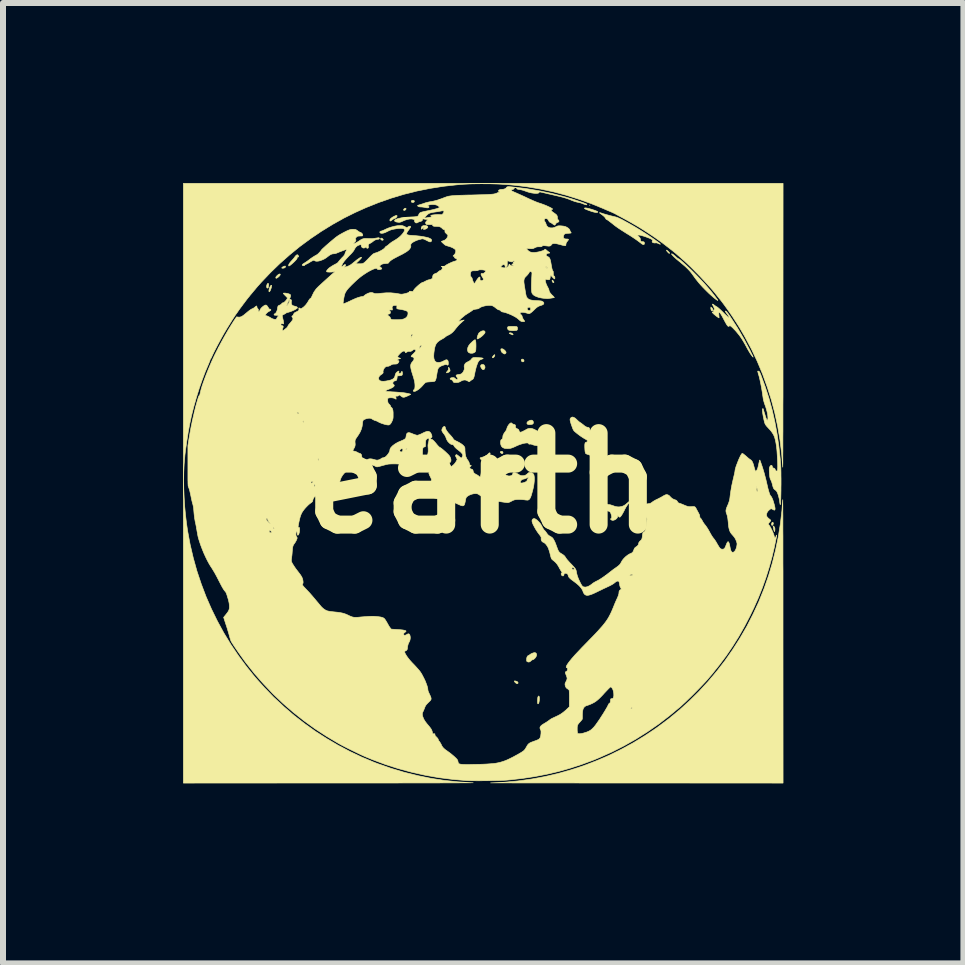
<source format=kicad_pcb>
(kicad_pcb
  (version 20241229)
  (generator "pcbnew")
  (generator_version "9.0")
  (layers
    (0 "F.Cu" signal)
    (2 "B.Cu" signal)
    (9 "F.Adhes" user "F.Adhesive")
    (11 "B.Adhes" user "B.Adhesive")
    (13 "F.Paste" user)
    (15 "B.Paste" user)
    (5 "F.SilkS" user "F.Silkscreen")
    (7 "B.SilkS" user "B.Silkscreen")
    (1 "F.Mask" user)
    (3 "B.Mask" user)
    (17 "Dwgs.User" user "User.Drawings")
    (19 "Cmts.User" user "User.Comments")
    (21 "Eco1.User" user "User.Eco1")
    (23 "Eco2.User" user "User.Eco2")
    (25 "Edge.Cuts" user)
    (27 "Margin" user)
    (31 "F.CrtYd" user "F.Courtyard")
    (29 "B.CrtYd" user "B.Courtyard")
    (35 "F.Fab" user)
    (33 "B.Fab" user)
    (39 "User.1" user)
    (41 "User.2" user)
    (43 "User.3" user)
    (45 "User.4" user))
  (footprint "earth"
    (layer "F.Cu")
    (at 5.001 5.001)
    (property "Reference" "earth" (at 0 0 0) (layer "F.SilkS") (effects (font (size 1.524 1.524) (thickness 0.3))))
    (attr through_hole)
    (fp_poly (pts (xy 1.779 -4.633) (xy 1.778 -4.63) (xy 1.775 -4.63) (xy 1.771 -4.632) (xy 1.772 -4.633) (xy 1.778 -4.634) (xy 1.779 -4.633)) (stroke (width 0.01) (type solid)) (fill yes) (layer "F.SilkS"))
    (fp_poly (pts (xy -1.687 -4.081) (xy -1.677 -4.074) (xy -1.667 -4.062) (xy -1.666 -4.053) (xy -1.675 -4.049) (xy -1.681 -4.048) (xy -1.697 -4.053) (xy -1.704 -4.059) (xy -1.709 -4.072) (xy -1.707 -4.081) (xy -1.699 -4.084) (xy -1.687 -4.081)) (stroke (width 0.01) (type solid)) (fill yes) (layer "F.SilkS"))
    (fp_poly (pts (xy -1.288 -4.579) (xy -1.285 -4.57) (xy -1.291 -4.559) (xy -1.301 -4.55) (xy -1.313 -4.546) (xy -1.324 -4.548) (xy -1.328 -4.551) (xy -1.327 -4.559) (xy -1.32 -4.569) (xy -1.31 -4.577) (xy -1.3 -4.582) (xy -1.298 -4.582) (xy -1.288 -4.579)) (stroke (width 0.01) (type solid)) (fill yes) (layer "F.SilkS"))
    (fp_poly (pts (xy -1.16 -4.711) (xy -1.149 -4.705) (xy -1.147 -4.696) (xy -1.151 -4.686) (xy -1.161 -4.679) (xy -1.173 -4.677) (xy -1.186 -4.679) (xy -1.193 -4.683) (xy -1.199 -4.694) (xy -1.197 -4.704) (xy -1.187 -4.711) (xy -1.173 -4.713) (xy -1.16 -4.711)) (stroke (width 0.01) (type solid)) (fill yes) (layer "F.SilkS"))
    (fp_poly (pts (xy 0.664 -2.065) (xy 0.676 -2.054) (xy 0.68 -2.04) (xy 0.68 -2.036) (xy 0.674 -2.026) (xy 0.663 -2.022) (xy 0.65 -2.024) (xy 0.642 -2.03) (xy 0.635 -2.042) (xy 0.635 -2.055) (xy 0.642 -2.065) (xy 0.65 -2.068) (xy 0.664 -2.065)) (stroke (width 0.01) (type solid)) (fill yes) (layer "F.SilkS"))
    (fp_poly (pts (xy 3.811 -2.919) (xy 3.825 -2.902) (xy 3.828 -2.887) (xy 3.822 -2.876) (xy 3.812 -2.87) (xy 3.804 -2.875) (xy 3.797 -2.889) (xy 3.797 -2.89) (xy 3.793 -2.906) (xy 3.792 -2.921) (xy 3.793 -2.923) (xy 3.794 -2.935) (xy 3.811 -2.919)) (stroke (width 0.01) (type solid)) (fill yes) (layer "F.SilkS"))
    (fp_poly (pts (xy 4.828 0.653) (xy 4.833 0.662) (xy 4.834 0.668) (xy 4.831 0.683) (xy 4.825 0.695) (xy 4.818 0.702) (xy 4.81 0.701) (xy 4.804 0.694) (xy 4.803 0.681) (xy 4.808 0.665) (xy 4.812 0.655) (xy 4.82 0.65) (xy 4.828 0.653)) (stroke (width 0.01) (type solid)) (fill yes) (layer "F.SilkS"))
    (fp_poly (pts (xy 0.081 -0.241) (xy 0.09 -0.23) (xy 0.096 -0.215) (xy 0.096 -0.2) (xy 0.094 -0.194) (xy 0.087 -0.185) (xy 0.079 -0.186) (xy 0.071 -0.195) (xy 0.066 -0.207) (xy 0.063 -0.221) (xy 0.063 -0.235) (xy 0.066 -0.244) (xy 0.07 -0.246) (xy 0.081 -0.241)) (stroke (width 0.01) (type solid)) (fill yes) (layer "F.SilkS"))
    (fp_poly (pts (xy 0.471 -2.502) (xy 0.486 -2.493) (xy 0.496 -2.483) (xy 0.498 -2.475) (xy 0.493 -2.472) (xy 0.48 -2.475) (xy 0.459 -2.484) (xy 0.456 -2.486) (xy 0.44 -2.493) (xy 0.433 -2.498) (xy 0.433 -2.501) (xy 0.438 -2.504) (xy 0.454 -2.506) (xy 0.471 -2.502)) (stroke (width 0.01) (type solid)) (fill yes) (layer "F.SilkS"))
    (fp_poly (pts (xy 1.159 -3.379) (xy 1.167 -3.37) (xy 1.175 -3.358) (xy 1.178 -3.349) (xy 1.178 -3.348) (xy 1.175 -3.342) (xy 1.167 -3.342) (xy 1.158 -3.349) (xy 1.155 -3.353) (xy 1.149 -3.365) (xy 1.147 -3.376) (xy 1.15 -3.383) (xy 1.152 -3.383) (xy 1.159 -3.379)) (stroke (width 0.01) (type solid)) (fill yes) (layer "F.SilkS"))
    (fp_poly (pts (xy 3.062 -3.88) (xy 3.079 -3.867) (xy 3.093 -3.853) (xy 3.102 -3.842) (xy 3.106 -3.835) (xy 3.103 -3.829) (xy 3.095 -3.831) (xy 3.082 -3.842) (xy 3.074 -3.851) (xy 3.062 -3.864) (xy 3.055 -3.876) (xy 3.053 -3.883) (xy 3.055 -3.884) (xy 3.062 -3.88)) (stroke (width 0.01) (type solid)) (fill yes) (layer "F.SilkS"))
    (fp_poly (pts (xy 0.193 -2.138) (xy 0.193 -2.128) (xy 0.187 -2.113) (xy 0.183 -2.107) (xy 0.174 -2.096) (xy 0.164 -2.09) (xy 0.156 -2.09) (xy 0.152 -2.096) (xy 0.152 -2.097) (xy 0.155 -2.105) (xy 0.163 -2.117) (xy 0.173 -2.129) (xy 0.183 -2.138) (xy 0.189 -2.142) (xy 0.193 -2.138)) (stroke (width 0.01) (type solid)) (fill yes) (layer "F.SilkS"))
    (fp_poly (pts (xy 0.32 -0.528) (xy 0.328 -0.518) (xy 0.33 -0.511) (xy 0.327 -0.5) (xy 0.322 -0.495) (xy 0.315 -0.493) (xy 0.31 -0.494) (xy 0.302 -0.498) (xy 0.301 -0.499) (xy 0.287 -0.509) (xy 0.284 -0.519) (xy 0.29 -0.527) (xy 0.293 -0.529) (xy 0.307 -0.532) (xy 0.32 -0.528)) (stroke (width 0.01) (type solid)) (fill yes) (layer "F.SilkS"))
    (fp_poly (pts (xy -3.295 -3.615) (xy -3.294 -3.609) (xy -3.298 -3.598) (xy -3.306 -3.59) (xy -3.316 -3.586) (xy -3.33 -3.583) (xy -3.344 -3.582) (xy -3.354 -3.584) (xy -3.357 -3.587) (xy -3.353 -3.594) (xy -3.342 -3.603) (xy -3.327 -3.611) (xy -3.313 -3.616) (xy -3.31 -3.617) (xy -3.299 -3.618) (xy -3.295 -3.615)) (stroke (width 0.01) (type solid)) (fill yes) (layer "F.SilkS"))
    (fp_poly (pts (xy -3.579 -3.327) (xy -3.575 -3.316) (xy -3.575 -3.297) (xy -3.577 -3.284) (xy -3.58 -3.269) (xy -3.582 -3.259) (xy -3.582 -3.257) (xy -3.586 -3.252) (xy -3.595 -3.251) (xy -3.602 -3.254) (xy -3.608 -3.265) (xy -3.609 -3.281) (xy -3.606 -3.299) (xy -3.6 -3.316) (xy -3.592 -3.327) (xy -3.587 -3.33) (xy -3.579 -3.327)) (stroke (width 0.01) (type solid)) (fill yes) (layer "F.SilkS"))
    (fp_poly (pts (xy -3.386 -3.486) (xy -3.381 -3.48) (xy -3.384 -3.468) (xy -3.395 -3.453) (xy -3.41 -3.438) (xy -3.428 -3.424) (xy -3.442 -3.416) (xy -3.452 -3.415) (xy -3.456 -3.423) (xy -3.456 -3.425) (xy -3.453 -3.437) (xy -3.442 -3.451) (xy -3.428 -3.465) (xy -3.413 -3.477) (xy -3.398 -3.485) (xy -3.387 -3.486) (xy -3.386 -3.486)) (stroke (width 0.01) (type solid)) (fill yes) (layer "F.SilkS"))
    (fp_poly (pts (xy 0.013 -1.971) (xy 0.024 -1.955) (xy 0.029 -1.941) (xy 0.03 -1.93) (xy 0.026 -1.915) (xy 0.026 -1.914) (xy 0.016 -1.898) (xy 0.004 -1.891) (xy -0.009 -1.894) (xy -0.019 -1.902) (xy -0.034 -1.923) (xy -0.042 -1.942) (xy -0.043 -1.959) (xy -0.036 -1.971) (xy -0.024 -1.977) (xy -0.003 -1.979) (xy 0.013 -1.971)) (stroke (width 0.01) (type solid)) (fill yes) (layer "F.SilkS"))
    (fp_poly (pts (xy 0.534 3.295) (xy 0.547 3.298) (xy 0.561 3.303) (xy 0.569 3.307) (xy 0.578 3.317) (xy 0.581 3.328) (xy 0.576 3.337) (xy 0.573 3.338) (xy 0.567 3.34) (xy 0.563 3.34) (xy 0.556 3.337) (xy 0.546 3.331) (xy 0.532 3.32) (xy 0.522 3.306) (xy 0.518 3.296) (xy 0.523 3.294) (xy 0.534 3.295)) (stroke (width 0.01) (type solid)) (fill yes) (layer "F.SilkS"))
    (fp_poly (pts (xy 4.836 0.714) (xy 4.845 0.722) (xy 4.847 0.724) (xy 4.855 0.736) (xy 4.859 0.749) (xy 4.86 0.768) (xy 4.86 0.77) (xy 4.859 0.787) (xy 4.856 0.799) (xy 4.853 0.806) (xy 4.849 0.805) (xy 4.848 0.8) (xy 4.841 0.773) (xy 4.835 0.748) (xy 4.832 0.729) (xy 4.831 0.717) (xy 4.831 0.713) (xy 4.836 0.714)) (stroke (width 0.01) (type solid)) (fill yes) (layer "F.SilkS"))
    (fp_poly (pts (xy -3.527 -3.298) (xy -3.526 -3.297) (xy -3.525 -3.29) (xy -3.527 -3.276) (xy -3.531 -3.258) (xy -3.537 -3.238) (xy -3.544 -3.22) (xy -3.547 -3.212) (xy -3.557 -3.196) (xy -3.564 -3.189) (xy -3.569 -3.192) (xy -3.571 -3.204) (xy -3.57 -3.212) (xy -3.566 -3.235) (xy -3.559 -3.257) (xy -3.551 -3.276) (xy -3.542 -3.29) (xy -3.534 -3.298) (xy -3.527 -3.298)) (stroke (width 0.01) (type solid)) (fill yes) (layer "F.SilkS"))
    (fp_poly (pts (xy 0.337 -2.232) (xy 0.359 -2.214) (xy 0.36 -2.213) (xy 0.375 -2.195) (xy 0.381 -2.18) (xy 0.378 -2.168) (xy 0.371 -2.161) (xy 0.362 -2.155) (xy 0.355 -2.153) (xy 0.347 -2.156) (xy 0.336 -2.162) (xy 0.313 -2.178) (xy 0.299 -2.201) (xy 0.295 -2.217) (xy 0.294 -2.231) (xy 0.297 -2.238) (xy 0.3 -2.239) (xy 0.317 -2.24) (xy 0.337 -2.232)) (stroke (width 0.01) (type solid)) (fill yes) (layer "F.SilkS"))
    (fp_poly (pts (xy 0.815 -1.048) (xy 0.828 -1.038) (xy 0.835 -1.023) (xy 0.836 -1.006) (xy 0.831 -0.992) (xy 0.823 -0.985) (xy 0.81 -0.981) (xy 0.792 -0.978) (xy 0.772 -0.976) (xy 0.756 -0.977) (xy 0.752 -0.978) (xy 0.735 -0.985) (xy 0.728 -0.998) (xy 0.728 -1.003) (xy 0.733 -1.016) (xy 0.745 -1.029) (xy 0.763 -1.04) (xy 0.782 -1.048) (xy 0.801 -1.051) (xy 0.815 -1.048)) (stroke (width 0.01) (type solid)) (fill yes) (layer "F.SilkS"))
    (fp_poly (pts (xy 0.929 3.549) (xy 0.934 3.559) (xy 0.936 3.576) (xy 0.936 3.598) (xy 0.935 3.614) (xy 0.931 3.642) (xy 0.926 3.662) (xy 0.92 3.673) (xy 0.913 3.676) (xy 0.908 3.671) (xy 0.906 3.662) (xy 0.905 3.645) (xy 0.905 3.624) (xy 0.906 3.602) (xy 0.908 3.582) (xy 0.91 3.567) (xy 0.911 3.565) (xy 0.917 3.55) (xy 0.924 3.545) (xy 0.929 3.549)) (stroke (width 0.01) (type solid)) (fill yes) (layer "F.SilkS"))
    (fp_poly (pts (xy -0.572 -1.928) (xy -0.566 -1.917) (xy -0.561 -1.907) (xy -0.553 -1.886) (xy -0.553 -1.87) (xy -0.562 -1.858) (xy -0.578 -1.848) (xy -0.597 -1.841) (xy -0.608 -1.839) (xy -0.612 -1.842) (xy -0.613 -1.845) (xy -0.609 -1.852) (xy -0.601 -1.863) (xy -0.596 -1.868) (xy -0.585 -1.882) (xy -0.58 -1.895) (xy -0.579 -1.909) (xy -0.579 -1.923) (xy -0.577 -1.931) (xy -0.576 -1.932) (xy -0.572 -1.928)) (stroke (width 0.01) (type solid)) (fill yes) (layer "F.SilkS"))
    (fp_poly (pts (xy 1.727 -4.584) (xy 1.757 -4.577) (xy 1.795 -4.567) (xy 1.803 -4.565) (xy 1.844 -4.551) (xy 1.875 -4.54) (xy 1.896 -4.531) (xy 1.908 -4.524) (xy 1.91 -4.518) (xy 1.903 -4.512) (xy 1.887 -4.51) (xy 1.864 -4.513) (xy 1.833 -4.52) (xy 1.8 -4.53) (xy 1.761 -4.544) (xy 1.731 -4.555) (xy 1.709 -4.564) (xy 1.695 -4.572) (xy 1.688 -4.578) (xy 1.686 -4.581) (xy 1.691 -4.586) (xy 1.705 -4.587) (xy 1.727 -4.584)) (stroke (width 0.01) (type solid)) (fill yes) (layer "F.SilkS"))
    (fp_poly (pts (xy -1.438 -4.46) (xy -1.435 -4.451) (xy -1.435 -4.451) (xy -1.439 -4.439) (xy -1.45 -4.426) (xy -1.463 -4.415) (xy -1.477 -4.41) (xy -1.478 -4.41) (xy -1.49 -4.406) (xy -1.505 -4.396) (xy -1.515 -4.389) (xy -1.531 -4.376) (xy -1.541 -4.369) (xy -1.548 -4.369) (xy -1.552 -4.371) (xy -1.555 -4.379) (xy -1.555 -4.386) (xy -1.551 -4.399) (xy -1.537 -4.413) (xy -1.517 -4.429) (xy -1.491 -4.444) (xy -1.487 -4.446) (xy -1.463 -4.457) (xy -1.447 -4.462) (xy -1.438 -4.46)) (stroke (width 0.01) (type solid)) (fill yes) (layer "F.SilkS"))
    (fp_poly (pts (xy 0.019 -2.537) (xy 0.029 -2.527) (xy 0.031 -2.515) (xy 0.027 -2.503) (xy 0.016 -2.488) (xy -0.000176 -2.47) (xy -0.02 -2.451) (xy -0.043 -2.433) (xy -0.055 -2.425) (xy -0.075 -2.413) (xy -0.088 -2.406) (xy -0.096 -2.404) (xy -0.101 -2.407) (xy -0.101 -2.408) (xy -0.102 -2.417) (xy -0.099 -2.432) (xy -0.094 -2.451) (xy -0.087 -2.471) (xy -0.079 -2.489) (xy -0.072 -2.502) (xy -0.069 -2.505) (xy -0.048 -2.522) (xy -0.025 -2.535) (xy -0.002 -2.54) (xy 0.001 -2.54) (xy 0.019 -2.537)) (stroke (width 0.01) (type solid)) (fill yes) (layer "F.SilkS"))
    (fp_poly (pts (xy 0.512 -2.613) (xy 0.534 -2.612) (xy 0.552 -2.61) (xy 0.561 -2.608) (xy 0.561 -2.608) (xy 0.568 -2.599) (xy 0.571 -2.584) (xy 0.571 -2.568) (xy 0.566 -2.555) (xy 0.563 -2.55) (xy 0.553 -2.546) (xy 0.535 -2.544) (xy 0.513 -2.542) (xy 0.488 -2.542) (xy 0.464 -2.543) (xy 0.452 -2.545) (xy 0.43 -2.549) (xy 0.417 -2.556) (xy 0.41 -2.566) (xy 0.406 -2.581) (xy 0.405 -2.593) (xy 0.407 -2.601) (xy 0.414 -2.607) (xy 0.427 -2.611) (xy 0.448 -2.613) (xy 0.477 -2.613) (xy 0.486 -2.613) (xy 0.512 -2.613)) (stroke (width 0.01) (type solid)) (fill yes) (layer "F.SilkS"))
    (fp_poly (pts (xy -0.133 -2.39) (xy -0.131 -2.388) (xy -0.127 -2.377) (xy -0.124 -2.358) (xy -0.122 -2.333) (xy -0.121 -2.304) (xy -0.121 -2.273) (xy -0.122 -2.251) (xy -0.123 -2.227) (xy -0.125 -2.21) (xy -0.128 -2.199) (xy -0.133 -2.191) (xy -0.136 -2.186) (xy -0.157 -2.172) (xy -0.183 -2.165) (xy -0.212 -2.166) (xy -0.224 -2.169) (xy -0.244 -2.179) (xy -0.257 -2.197) (xy -0.262 -2.222) (xy -0.262 -2.227) (xy -0.257 -2.258) (xy -0.242 -2.291) (xy -0.217 -2.324) (xy -0.183 -2.357) (xy -0.164 -2.373) (xy -0.148 -2.385) (xy -0.138 -2.39) (xy -0.133 -2.39)) (stroke (width 0.01) (type solid)) (fill yes) (layer "F.SilkS"))
    (fp_poly (pts (xy -0.96 -4.293) (xy -0.939 -4.288) (xy -0.926 -4.279) (xy -0.923 -4.267) (xy -0.924 -4.263) (xy -0.933 -4.251) (xy -0.949 -4.24) (xy -0.967 -4.232) (xy -0.986 -4.23) (xy -0.991 -4.23) (xy -0.998 -4.233) (xy -0.999 -4.237) (xy -0.992 -4.245) (xy -0.986 -4.25) (xy -0.977 -4.258) (xy -0.975 -4.262) (xy -0.981 -4.263) (xy -0.984 -4.263) (xy -0.995 -4.259) (xy -1.008 -4.25) (xy -1.012 -4.247) (xy -1.022 -4.238) (xy -1.028 -4.232) (xy -1.029 -4.232) (xy -1.031 -4.236) (xy -1.032 -4.248) (xy -1.032 -4.25) (xy -1.027 -4.27) (xy -1.015 -4.284) (xy -0.994 -4.292) (xy -0.967 -4.294) (xy -0.96 -4.293)) (stroke (width 0.01) (type solid)) (fill yes) (layer "F.SilkS"))
    (fp_poly (pts (xy -3.087 -3.801) (xy -3.082 -3.794) (xy -3.076 -3.781) (xy -3.076 -3.772) (xy -3.083 -3.769) (xy -3.091 -3.771) (xy -3.099 -3.775) (xy -3.1 -3.772) (xy -3.099 -3.768) (xy -3.098 -3.758) (xy -3.102 -3.744) (xy -3.104 -3.741) (xy -3.111 -3.73) (xy -3.125 -3.714) (xy -3.142 -3.696) (xy -3.162 -3.677) (xy -3.183 -3.658) (xy -3.202 -3.642) (xy -3.219 -3.629) (xy -3.232 -3.621) (xy -3.237 -3.619) (xy -3.241 -3.623) (xy -3.242 -3.631) (xy -3.238 -3.647) (xy -3.225 -3.668) (xy -3.205 -3.693) (xy -3.187 -3.713) (xy -3.17 -3.732) (xy -3.152 -3.753) (xy -3.14 -3.77) (xy -3.123 -3.791) (xy -3.109 -3.803) (xy -3.097 -3.807) (xy -3.087 -3.801)) (stroke (width 0.01) (type solid)) (fill yes) (layer "F.SilkS"))
    (fp_poly (pts (xy 0.875 2.827) (xy 0.886 2.84) (xy 0.89 2.858) (xy 0.89 2.859) (xy 0.886 2.878) (xy 0.876 2.898) (xy 0.861 2.917) (xy 0.844 2.932) (xy 0.827 2.941) (xy 0.817 2.943) (xy 0.81 2.947) (xy 0.799 2.956) (xy 0.793 2.962) (xy 0.775 2.976) (xy 0.756 2.98) (xy 0.735 2.974) (xy 0.735 2.974) (xy 0.728 2.969) (xy 0.724 2.961) (xy 0.723 2.947) (xy 0.723 2.939) (xy 0.725 2.911) (xy 0.733 2.89) (xy 0.744 2.875) (xy 0.755 2.87) (xy 0.768 2.863) (xy 0.781 2.853) (xy 0.781 2.853) (xy 0.794 2.844) (xy 0.813 2.835) (xy 0.834 2.827) (xy 0.853 2.823) (xy 0.859 2.823) (xy 0.875 2.827)) (stroke (width 0.01) (type solid)) (fill yes) (layer "F.SilkS"))
    (fp_poly (pts (xy 3.15 -3.82) (xy 3.165 -3.811) (xy 3.183 -3.797) (xy 3.202 -3.781) (xy 3.217 -3.767) (xy 3.232 -3.754) (xy 3.245 -3.744) (xy 3.255 -3.739) (xy 3.256 -3.739) (xy 3.263 -3.736) (xy 3.276 -3.727) (xy 3.293 -3.713) (xy 3.312 -3.696) (xy 3.39 -3.625) (xy 3.467 -3.552) (xy 3.541 -3.478) (xy 3.612 -3.404) (xy 3.68 -3.332) (xy 3.742 -3.262) (xy 3.797 -3.196) (xy 3.846 -3.135) (xy 3.854 -3.124) (xy 3.877 -3.093) (xy 3.894 -3.07) (xy 3.905 -3.054) (xy 3.909 -3.045) (xy 3.908 -3.044) (xy 3.9 -3.048) (xy 3.885 -3.058) (xy 3.865 -3.073) (xy 3.855 -3.081) (xy 3.829 -3.102) (xy 3.799 -3.129) (xy 3.764 -3.16) (xy 3.728 -3.195) (xy 3.691 -3.232) (xy 3.655 -3.269) (xy 3.622 -3.305) (xy 3.593 -3.338) (xy 3.591 -3.341) (xy 3.569 -3.368) (xy 3.545 -3.398) (xy 3.523 -3.427) (xy 3.505 -3.453) (xy 3.504 -3.454) (xy 3.473 -3.497) (xy 3.441 -3.536) (xy 3.405 -3.574) (xy 3.365 -3.612) (xy 3.317 -3.653) (xy 3.305 -3.663) (xy 3.262 -3.699) (xy 3.224 -3.73) (xy 3.193 -3.758) (xy 3.168 -3.781) (xy 3.151 -3.8) (xy 3.14 -3.813) (xy 3.138 -3.821) (xy 3.142 -3.823) (xy 3.15 -3.82)) (stroke (width 0.01) (type solid)) (fill yes) (layer "F.SilkS"))
    (fp_poly (pts (xy 4.991 0.285) (xy 4.991 0.305) (xy 4.991 0.334) (xy 4.992 0.373) (xy 4.992 0.421) (xy 4.992 0.477) (xy 4.993 0.542) (xy 4.993 0.615) (xy 4.993 0.697) (xy 4.993 0.785) (xy 4.994 0.881) (xy 4.994 0.984) (xy 4.994 1.094) (xy 4.994 1.21) (xy 4.994 1.332) (xy 4.995 1.46) (xy 4.995 1.594) (xy 4.995 1.733) (xy 4.995 1.877) (xy 4.995 2.026) (xy 4.995 2.179) (xy 4.995 2.336) (xy 4.995 2.497) (xy 4.995 2.596) (xy 4.996 4.996) (xy 2.531 4.995) (xy 2.371 4.995) (xy 2.214 4.995) (xy 2.061 4.995) (xy 1.911 4.995) (xy 1.765 4.995) (xy 1.622 4.995) (xy 1.485 4.994) (xy 1.352 4.994) (xy 1.224 4.994) (xy 1.102 4.994) (xy 0.985 4.994) (xy 0.874 4.994) (xy 0.769 4.994) (xy 0.672 4.994) (xy 0.581 4.994) (xy 0.497 4.994) (xy 0.421 4.993) (xy 0.353 4.993) (xy 0.293 4.993) (xy 0.241 4.993) (xy 0.199 4.993) (xy 0.165 4.993) (xy 0.141 4.993) (xy 0.127 4.993) (xy 0.122 4.993) (xy 0.123 4.993) (xy 0.35 4.982) (xy 0.575 4.961) (xy 0.799 4.93) (xy 1.021 4.889) (xy 1.241 4.838) (xy 1.458 4.777) (xy 1.672 4.707) (xy 1.883 4.626) (xy 2.091 4.537) (xy 2.294 4.437) (xy 2.493 4.329) (xy 2.687 4.211) (xy 2.876 4.085) (xy 2.909 4.061) (xy 3.09 3.926) (xy 3.264 3.782) (xy 3.431 3.631) (xy 3.592 3.472) (xy 3.745 3.306) (xy 3.89 3.134) (xy 4.028 2.956) (xy 4.157 2.771) (xy 4.278 2.581) (xy 4.391 2.386) (xy 4.494 2.185) (xy 4.589 1.981) (xy 4.673 1.772) (xy 4.682 1.749) (xy 4.754 1.542) (xy 4.817 1.33) (xy 4.871 1.114) (xy 4.916 0.896) (xy 4.951 0.676) (xy 4.977 0.455) (xy 4.99 0.275) (xy 4.991 0.275) (xy 4.991 0.285)) (stroke (width 0.01) (type solid)) (fill yes) (layer "F.SilkS"))
    (fp_poly (pts (xy 1.507 -1.098) (xy 1.532 -1.084) (xy 1.559 -1.06) (xy 1.56 -1.058) (xy 1.578 -1.041) (xy 1.596 -1.025) (xy 1.611 -1.014) (xy 1.615 -1.011) (xy 1.63 -1.002) (xy 1.648 -0.988) (xy 1.665 -0.975) (xy 1.693 -0.952) (xy 1.717 -0.938) (xy 1.736 -0.932) (xy 1.74 -0.932) (xy 1.758 -0.928) (xy 1.771 -0.916) (xy 1.775 -0.898) (xy 1.775 -0.898) (xy 1.78 -0.87) (xy 1.794 -0.842) (xy 1.807 -0.824) (xy 1.817 -0.81) (xy 1.824 -0.796) (xy 1.825 -0.792) (xy 1.835 -0.76) (xy 1.85 -0.721) (xy 1.865 -0.691) (xy 1.875 -0.668) (xy 1.884 -0.646) (xy 1.89 -0.629) (xy 1.891 -0.626) (xy 1.897 -0.609) (xy 1.905 -0.598) (xy 1.908 -0.596) (xy 1.915 -0.589) (xy 1.924 -0.574) (xy 1.934 -0.555) (xy 1.943 -0.535) (xy 1.949 -0.516) (xy 1.95 -0.512) (xy 1.95 -0.492) (xy 1.941 -0.475) (xy 1.923 -0.461) (xy 1.897 -0.452) (xy 1.864 -0.447) (xy 1.862 -0.446) (xy 1.841 -0.446) (xy 1.825 -0.447) (xy 1.812 -0.452) (xy 1.8 -0.458) (xy 1.78 -0.467) (xy 1.757 -0.475) (xy 1.746 -0.479) (xy 1.728 -0.484) (xy 1.714 -0.491) (xy 1.708 -0.494) (xy 1.702 -0.507) (xy 1.697 -0.529) (xy 1.694 -0.562) (xy 1.692 -0.603) (xy 1.692 -0.609) (xy 1.692 -0.639) (xy 1.695 -0.66) (xy 1.699 -0.674) (xy 1.706 -0.68) (xy 1.712 -0.681) (xy 1.724 -0.685) (xy 1.733 -0.695) (xy 1.737 -0.706) (xy 1.737 -0.711) (xy 1.73 -0.717) (xy 1.717 -0.726) (xy 1.7 -0.736) (xy 1.698 -0.737) (xy 1.68 -0.747) (xy 1.657 -0.762) (xy 1.629 -0.78) (xy 1.6 -0.801) (xy 1.572 -0.822) (xy 1.547 -0.842) (xy 1.526 -0.86) (xy 1.515 -0.87) (xy 1.506 -0.882) (xy 1.497 -0.898) (xy 1.488 -0.92) (xy 1.477 -0.951) (xy 1.474 -0.959) (xy 1.462 -0.994) (xy 1.454 -1.022) (xy 1.449 -1.042) (xy 1.447 -1.058) (xy 1.448 -1.069) (xy 1.451 -1.079) (xy 1.453 -1.082) (xy 1.468 -1.097) (xy 1.486 -1.103) (xy 1.507 -1.098)) (stroke (width 0.01) (type solid)) (fill yes) (layer "F.SilkS"))
    (fp_poly (pts (xy 1.948 -4.507) (xy 1.967 -4.502) (xy 1.977 -4.498) (xy 2.005 -4.489) (xy 2.04 -4.479) (xy 2.079 -4.468) (xy 2.12 -4.457) (xy 2.158 -4.448) (xy 2.186 -4.441) (xy 2.212 -4.435) (xy 2.236 -4.427) (xy 2.261 -4.416) (xy 2.291 -4.402) (xy 2.31 -4.393) (xy 2.416 -4.335) (xy 2.526 -4.272) (xy 2.637 -4.204) (xy 2.746 -4.134) (xy 2.85 -4.063) (xy 2.906 -4.023) (xy 2.93 -4.005) (xy 2.945 -3.992) (xy 2.952 -3.984) (xy 2.951 -3.981) (xy 2.941 -3.984) (xy 2.923 -3.992) (xy 2.919 -3.993) (xy 2.899 -4.002) (xy 2.883 -4.005) (xy 2.871 -4.004) (xy 2.85 -4.003) (xy 2.832 -4.007) (xy 2.82 -4.014) (xy 2.814 -4.023) (xy 2.817 -4.034) (xy 2.819 -4.037) (xy 2.825 -4.044) (xy 2.824 -4.049) (xy 2.817 -4.056) (xy 2.811 -4.06) (xy 2.796 -4.07) (xy 2.774 -4.08) (xy 2.746 -4.091) (xy 2.716 -4.102) (xy 2.685 -4.113) (xy 2.654 -4.122) (xy 2.626 -4.13) (xy 2.603 -4.134) (xy 2.586 -4.136) (xy 2.579 -4.135) (xy 2.574 -4.132) (xy 2.575 -4.128) (xy 2.583 -4.119) (xy 2.591 -4.11) (xy 2.604 -4.097) (xy 2.613 -4.084) (xy 2.616 -4.078) (xy 2.62 -4.054) (xy 2.624 -4.039) (xy 2.628 -4.03) (xy 2.633 -4.026) (xy 2.642 -4.025) (xy 2.651 -4.025) (xy 2.671 -4.023) (xy 2.682 -4.016) (xy 2.686 -4.003) (xy 2.687 -4) (xy 2.684 -3.984) (xy 2.676 -3.976) (xy 2.662 -3.977) (xy 2.643 -3.987) (xy 2.632 -3.996) (xy 2.586 -4.031) (xy 2.537 -4.066) (xy 2.482 -4.103) (xy 2.42 -4.143) (xy 2.399 -4.155) (xy 2.347 -4.188) (xy 2.303 -4.216) (xy 2.266 -4.24) (xy 2.234 -4.262) (xy 2.206 -4.282) (xy 2.18 -4.302) (xy 2.163 -4.316) (xy 2.126 -4.345) (xy 2.096 -4.368) (xy 2.074 -4.384) (xy 2.06 -4.392) (xy 2.055 -4.394) (xy 2.048 -4.398) (xy 2.041 -4.409) (xy 2.04 -4.411) (xy 2.027 -4.431) (xy 2.005 -4.453) (xy 1.974 -4.477) (xy 1.965 -4.483) (xy 1.947 -4.496) (xy 1.938 -4.504) (xy 1.938 -4.508) (xy 1.948 -4.507)) (stroke (width 0.01) (type solid)) (fill yes) (layer "F.SilkS"))
    (fp_poly (pts (xy -0.094 -2.093) (xy -0.088 -2.093) (xy -0.052 -2.09) (xy -0.026 -2.088) (xy -0.009 -2.084) (xy -0.001 -2.081) (xy -0.003 -2.076) (xy -0.013 -2.071) (xy -0.026 -2.066) (xy -0.044 -2.059) (xy -0.059 -2.051) (xy -0.064 -2.048) (xy -0.076 -2.034) (xy -0.089 -2.011) (xy -0.101 -1.98) (xy -0.114 -1.943) (xy -0.125 -1.901) (xy -0.136 -1.855) (xy -0.141 -1.827) (xy -0.148 -1.794) (xy -0.154 -1.769) (xy -0.161 -1.751) (xy -0.168 -1.738) (xy -0.178 -1.729) (xy -0.187 -1.724) (xy -0.202 -1.715) (xy -0.215 -1.705) (xy -0.217 -1.703) (xy -0.226 -1.694) (xy -0.236 -1.692) (xy -0.248 -1.697) (xy -0.263 -1.706) (xy -0.29 -1.718) (xy -0.319 -1.72) (xy -0.349 -1.712) (xy -0.365 -1.704) (xy -0.382 -1.694) (xy -0.399 -1.686) (xy -0.406 -1.683) (xy -0.422 -1.679) (xy -0.442 -1.677) (xy -0.462 -1.677) (xy -0.48 -1.678) (xy -0.492 -1.682) (xy -0.493 -1.682) (xy -0.501 -1.692) (xy -0.505 -1.703) (xy -0.51 -1.714) (xy -0.521 -1.72) (xy -0.528 -1.723) (xy -0.545 -1.73) (xy -0.551 -1.738) (xy -0.55 -1.746) (xy -0.54 -1.754) (xy -0.523 -1.758) (xy -0.506 -1.76) (xy -0.489 -1.759) (xy -0.478 -1.754) (xy -0.468 -1.745) (xy -0.467 -1.744) (xy -0.453 -1.732) (xy -0.438 -1.729) (xy -0.426 -1.734) (xy -0.425 -1.735) (xy -0.423 -1.742) (xy -0.426 -1.75) (xy -0.437 -1.764) (xy -0.437 -1.765) (xy -0.448 -1.779) (xy -0.452 -1.788) (xy -0.451 -1.796) (xy -0.45 -1.797) (xy -0.447 -1.801) (xy -0.441 -1.805) (xy -0.43 -1.808) (xy -0.413 -1.811) (xy -0.39 -1.814) (xy -0.369 -1.82) (xy -0.352 -1.832) (xy -0.336 -1.851) (xy -0.329 -1.863) (xy -0.317 -1.89) (xy -0.314 -1.917) (xy -0.317 -1.94) (xy -0.317 -1.957) (xy -0.309 -1.977) (xy -0.308 -1.98) (xy -0.301 -1.992) (xy -0.292 -2.002) (xy -0.279 -2.011) (xy -0.26 -2.021) (xy -0.255 -2.024) (xy -0.23 -2.037) (xy -0.213 -2.049) (xy -0.2 -2.063) (xy -0.197 -2.067) (xy -0.188 -2.078) (xy -0.178 -2.087) (xy -0.166 -2.092) (xy -0.149 -2.094) (xy -0.125 -2.095) (xy -0.094 -2.093)) (stroke (width 0.01) (type solid)) (fill yes) (layer "F.SilkS"))
    (fp_poly (pts (xy 0.475 -1.001) (xy 0.481 -0.995) (xy 0.491 -0.987) (xy 0.508 -0.981) (xy 0.508 -0.981) (xy 0.527 -0.976) (xy 0.536 -0.967) (xy 0.538 -0.953) (xy 0.537 -0.947) (xy 0.537 -0.933) (xy 0.542 -0.923) (xy 0.554 -0.913) (xy 0.569 -0.906) (xy 0.584 -0.898) (xy 0.592 -0.889) (xy 0.597 -0.875) (xy 0.601 -0.862) (xy 0.607 -0.854) (xy 0.616 -0.85) (xy 0.628 -0.851) (xy 0.645 -0.857) (xy 0.668 -0.868) (xy 0.699 -0.884) (xy 0.72 -0.896) (xy 0.739 -0.906) (xy 0.755 -0.911) (xy 0.773 -0.913) (xy 0.785 -0.913) (xy 0.797 -0.913) (xy 0.807 -0.912) (xy 0.818 -0.909) (xy 0.831 -0.905) (xy 0.848 -0.897) (xy 0.87 -0.887) (xy 0.899 -0.872) (xy 0.921 -0.861) (xy 0.972 -0.835) (xy 1.014 -0.813) (xy 1.048 -0.794) (xy 1.075 -0.778) (xy 1.095 -0.765) (xy 1.111 -0.753) (xy 1.121 -0.742) (xy 1.127 -0.732) (xy 1.13 -0.722) (xy 1.131 -0.712) (xy 1.129 -0.697) (xy 1.123 -0.684) (xy 1.112 -0.67) (xy 1.094 -0.653) (xy 1.075 -0.641) (xy 1.053 -0.632) (xy 1.026 -0.627) (xy 0.99 -0.625) (xy 0.984 -0.624) (xy 0.938 -0.624) (xy 0.896 -0.626) (xy 0.86 -0.631) (xy 0.83 -0.639) (xy 0.817 -0.644) (xy 0.797 -0.652) (xy 0.778 -0.652) (xy 0.778 -0.652) (xy 0.765 -0.65) (xy 0.76 -0.653) (xy 0.759 -0.657) (xy 0.755 -0.665) (xy 0.742 -0.67) (xy 0.722 -0.671) (xy 0.696 -0.668) (xy 0.666 -0.662) (xy 0.633 -0.652) (xy 0.598 -0.64) (xy 0.561 -0.625) (xy 0.547 -0.618) (xy 0.521 -0.606) (xy 0.495 -0.595) (xy 0.473 -0.587) (xy 0.457 -0.582) (xy 0.457 -0.582) (xy 0.431 -0.578) (xy 0.403 -0.577) (xy 0.377 -0.578) (xy 0.357 -0.581) (xy 0.355 -0.581) (xy 0.327 -0.593) (xy 0.307 -0.611) (xy 0.295 -0.636) (xy 0.289 -0.665) (xy 0.289 -0.686) (xy 0.291 -0.705) (xy 0.296 -0.72) (xy 0.302 -0.727) (xy 0.304 -0.728) (xy 0.313 -0.732) (xy 0.321 -0.743) (xy 0.325 -0.755) (xy 0.325 -0.757) (xy 0.329 -0.793) (xy 0.344 -0.826) (xy 0.361 -0.851) (xy 0.381 -0.878) (xy 0.392 -0.903) (xy 0.393 -0.909) (xy 0.401 -0.933) (xy 0.413 -0.956) (xy 0.428 -0.978) (xy 0.443 -0.994) (xy 0.458 -1.004) (xy 0.466 -1.006) (xy 0.475 -1.001)) (stroke (width 0.01) (type solid)) (fill yes) (layer "F.SilkS"))
    (fp_poly (pts (xy 3.83 -2.982) (xy 3.844 -2.973) (xy 3.847 -2.969) (xy 3.863 -2.957) (xy 3.883 -2.945) (xy 3.89 -2.941) (xy 3.904 -2.932) (xy 3.924 -2.915) (xy 3.95 -2.892) (xy 3.981 -2.862) (xy 3.999 -2.844) (xy 4.023 -2.82) (xy 4.045 -2.799) (xy 4.064 -2.781) (xy 4.078 -2.768) (xy 4.087 -2.761) (xy 4.089 -2.76) (xy 4.095 -2.763) (xy 4.093 -2.774) (xy 4.083 -2.791) (xy 4.077 -2.8) (xy 4.059 -2.825) (xy 4.046 -2.843) (xy 4.039 -2.855) (xy 4.035 -2.863) (xy 4.034 -2.867) (xy 4.034 -2.868) (xy 4.04 -2.869) (xy 4.05 -2.862) (xy 4.063 -2.848) (xy 4.081 -2.825) (xy 4.103 -2.794) (xy 4.115 -2.777) (xy 4.236 -2.589) (xy 4.35 -2.393) (xy 4.447 -2.209) (xy 4.465 -2.172) (xy 4.479 -2.144) (xy 4.489 -2.123) (xy 4.495 -2.11) (xy 4.497 -2.102) (xy 4.497 -2.1) (xy 4.493 -2.104) (xy 4.485 -2.112) (xy 4.485 -2.112) (xy 4.469 -2.132) (xy 4.449 -2.161) (xy 4.426 -2.199) (xy 4.4 -2.245) (xy 4.391 -2.262) (xy 4.363 -2.314) (xy 4.338 -2.357) (xy 4.315 -2.395) (xy 4.293 -2.428) (xy 4.27 -2.46) (xy 4.252 -2.483) (xy 4.228 -2.512) (xy 4.204 -2.54) (xy 4.18 -2.565) (xy 4.158 -2.588) (xy 4.138 -2.606) (xy 4.123 -2.618) (xy 4.113 -2.624) (xy 4.112 -2.624) (xy 4.103 -2.622) (xy 4.101 -2.619) (xy 4.096 -2.615) (xy 4.088 -2.613) (xy 4.082 -2.614) (xy 4.075 -2.619) (xy 4.068 -2.627) (xy 4.058 -2.64) (xy 4.047 -2.659) (xy 4.032 -2.685) (xy 4.014 -2.719) (xy 4.007 -2.732) (xy 3.985 -2.774) (xy 3.966 -2.807) (xy 3.951 -2.831) (xy 3.94 -2.845) (xy 3.933 -2.849) (xy 3.927 -2.844) (xy 3.925 -2.83) (xy 3.926 -2.806) (xy 3.927 -2.794) (xy 3.929 -2.776) (xy 3.93 -2.762) (xy 3.93 -2.755) (xy 3.93 -2.755) (xy 3.924 -2.756) (xy 3.913 -2.763) (xy 3.897 -2.774) (xy 3.879 -2.787) (xy 3.861 -2.802) (xy 3.843 -2.817) (xy 3.829 -2.831) (xy 3.819 -2.842) (xy 3.817 -2.845) (xy 3.814 -2.852) (xy 3.818 -2.854) (xy 3.826 -2.852) (xy 3.835 -2.85) (xy 3.838 -2.854) (xy 3.836 -2.864) (xy 3.836 -2.877) (xy 3.842 -2.886) (xy 3.844 -2.887) (xy 3.85 -2.893) (xy 3.853 -2.9) (xy 3.851 -2.91) (xy 3.845 -2.925) (xy 3.834 -2.948) (xy 3.833 -2.95) (xy 3.825 -2.966) (xy 3.82 -2.977) (xy 3.818 -2.982) (xy 3.821 -2.985) (xy 3.83 -2.982)) (stroke (width 0.01) (type solid)) (fill yes) (layer "F.SilkS"))
    (fp_poly (pts (xy 1.916 0.188) (xy 1.918 0.198) (xy 1.918 0.2) (xy 1.919 0.211) (xy 1.927 0.216) (xy 1.929 0.217) (xy 1.94 0.224) (xy 1.945 0.235) (xy 1.95 0.247) (xy 1.962 0.263) (xy 1.979 0.282) (xy 1.998 0.301) (xy 2.018 0.319) (xy 2.037 0.335) (xy 2.045 0.34) (xy 2.067 0.351) (xy 2.087 0.356) (xy 2.094 0.356) (xy 2.112 0.358) (xy 2.135 0.365) (xy 2.157 0.372) (xy 2.196 0.386) (xy 2.23 0.393) (xy 2.262 0.395) (xy 2.284 0.392) (xy 2.317 0.385) (xy 2.346 0.372) (xy 2.375 0.353) (xy 2.396 0.334) (xy 2.412 0.321) (xy 2.425 0.31) (xy 2.434 0.304) (xy 2.435 0.304) (xy 2.44 0.307) (xy 2.44 0.316) (xy 2.435 0.326) (xy 2.428 0.333) (xy 2.415 0.345) (xy 2.4 0.366) (xy 2.381 0.395) (xy 2.36 0.433) (xy 2.345 0.464) (xy 2.324 0.503) (xy 2.306 0.533) (xy 2.291 0.553) (xy 2.28 0.564) (xy 2.273 0.566) (xy 2.264 0.562) (xy 2.253 0.552) (xy 2.253 0.551) (xy 2.245 0.542) (xy 2.242 0.541) (xy 2.242 0.547) (xy 2.242 0.549) (xy 2.237 0.568) (xy 2.225 0.586) (xy 2.208 0.601) (xy 2.188 0.612) (xy 2.168 0.618) (xy 2.148 0.618) (xy 2.132 0.61) (xy 2.128 0.607) (xy 2.122 0.599) (xy 2.123 0.593) (xy 2.13 0.588) (xy 2.139 0.579) (xy 2.141 0.564) (xy 2.139 0.544) (xy 2.131 0.516) (xy 2.13 0.513) (xy 2.123 0.494) (xy 2.116 0.482) (xy 2.107 0.474) (xy 2.1 0.47) (xy 2.084 0.464) (xy 2.07 0.46) (xy 2.069 0.46) (xy 2.061 0.46) (xy 2.057 0.463) (xy 2.056 0.472) (xy 2.055 0.487) (xy 2.055 0.504) (xy 2.053 0.518) (xy 2.051 0.522) (xy 2.042 0.528) (xy 2.03 0.528) (xy 2.018 0.524) (xy 2.017 0.523) (xy 2.012 0.513) (xy 2.011 0.5) (xy 2.015 0.491) (xy 2.016 0.49) (xy 2.015 0.485) (xy 2.009 0.474) (xy 1.999 0.458) (xy 1.986 0.44) (xy 1.973 0.422) (xy 1.96 0.405) (xy 1.948 0.392) (xy 1.942 0.386) (xy 1.929 0.38) (xy 1.914 0.377) (xy 1.902 0.376) (xy 1.895 0.371) (xy 1.887 0.359) (xy 1.885 0.355) (xy 1.875 0.338) (xy 1.86 0.321) (xy 1.851 0.312) (xy 1.839 0.301) (xy 1.83 0.29) (xy 1.828 0.285) (xy 1.831 0.277) (xy 1.84 0.266) (xy 1.841 0.265) (xy 1.851 0.249) (xy 1.854 0.236) (xy 1.856 0.222) (xy 1.861 0.218) (xy 1.87 0.224) (xy 1.874 0.229) (xy 1.881 0.238) (xy 1.885 0.239) (xy 1.885 0.233) (xy 1.887 0.221) (xy 1.89 0.205) (xy 1.891 0.203) (xy 1.896 0.189) (xy 1.902 0.184) (xy 1.908 0.184) (xy 1.916 0.188)) (stroke (width 0.01) (type solid)) (fill yes) (layer "F.SilkS"))
    (fp_poly (pts (xy 4.59 -1.867) (xy 4.595 -1.864) (xy 4.601 -1.859) (xy 4.607 -1.849) (xy 4.614 -1.833) (xy 4.624 -1.81) (xy 4.63 -1.794) (xy 4.699 -1.606) (xy 4.761 -1.415) (xy 4.814 -1.222) (xy 4.859 -1.024) (xy 4.896 -0.822) (xy 4.926 -0.614) (xy 4.949 -0.4) (xy 4.955 -0.322) (xy 4.957 -0.293) (xy 4.959 -0.259) (xy 4.96 -0.219) (xy 4.961 -0.175) (xy 4.961 -0.128) (xy 4.962 -0.079) (xy 4.962 -0.028) (xy 4.962 0.023) (xy 4.961 0.074) (xy 4.961 0.123) (xy 4.96 0.171) (xy 4.959 0.215) (xy 4.958 0.254) (xy 4.956 0.289) (xy 4.955 0.318) (xy 4.953 0.34) (xy 4.951 0.354) (xy 4.95 0.359) (xy 4.948 0.356) (xy 4.945 0.345) (xy 4.942 0.327) (xy 4.939 0.305) (xy 4.938 0.299) (xy 4.933 0.264) (xy 4.924 0.229) (xy 4.915 0.195) (xy 4.904 0.165) (xy 4.894 0.144) (xy 4.894 0.143) (xy 4.882 0.127) (xy 4.868 0.114) (xy 4.863 0.111) (xy 4.85 0.101) (xy 4.84 0.089) (xy 4.832 0.071) (xy 4.824 0.046) (xy 4.818 0.019) (xy 4.811 -0.005) (xy 4.804 -0.027) (xy 4.797 -0.043) (xy 4.795 -0.047) (xy 4.786 -0.065) (xy 4.778 -0.087) (xy 4.773 -0.116) (xy 4.769 -0.153) (xy 4.767 -0.189) (xy 4.766 -0.217) (xy 4.766 -0.238) (xy 4.767 -0.252) (xy 4.77 -0.263) (xy 4.773 -0.272) (xy 4.774 -0.273) (xy 4.785 -0.29) (xy 4.796 -0.298) (xy 4.806 -0.298) (xy 4.814 -0.289) (xy 4.816 -0.28) (xy 4.821 -0.264) (xy 4.83 -0.255) (xy 4.846 -0.249) (xy 4.858 -0.243) (xy 4.864 -0.23) (xy 4.871 -0.214) (xy 4.881 -0.205) (xy 4.892 -0.203) (xy 4.897 -0.204) (xy 4.901 -0.211) (xy 4.904 -0.227) (xy 4.906 -0.25) (xy 4.907 -0.283) (xy 4.906 -0.325) (xy 4.904 -0.377) (xy 4.902 -0.411) (xy 4.899 -0.467) (xy 4.896 -0.515) (xy 4.893 -0.555) (xy 4.889 -0.591) (xy 4.885 -0.623) (xy 4.88 -0.655) (xy 4.875 -0.683) (xy 4.865 -0.73) (xy 4.853 -0.771) (xy 4.837 -0.807) (xy 4.817 -0.84) (xy 4.791 -0.875) (xy 4.757 -0.912) (xy 4.753 -0.917) (xy 4.73 -0.941) (xy 4.714 -0.961) (xy 4.702 -0.977) (xy 4.695 -0.993) (xy 4.693 -0.996) (xy 4.687 -1.016) (xy 4.68 -1.043) (xy 4.673 -1.076) (xy 4.666 -1.11) (xy 4.66 -1.145) (xy 4.655 -1.177) (xy 4.652 -1.203) (xy 4.651 -1.223) (xy 4.651 -1.234) (xy 4.653 -1.24) (xy 4.657 -1.241) (xy 4.658 -1.241) (xy 4.665 -1.24) (xy 4.666 -1.239) (xy 4.668 -1.231) (xy 4.672 -1.215) (xy 4.678 -1.193) (xy 4.686 -1.168) (xy 4.694 -1.142) (xy 4.702 -1.116) (xy 4.709 -1.094) (xy 4.716 -1.077) (xy 4.72 -1.067) (xy 4.72 -1.066) (xy 4.726 -1.054) (xy 4.731 -1.049) (xy 4.735 -1.052) (xy 4.738 -1.056) (xy 4.743 -1.069) (xy 4.744 -1.091) (xy 4.742 -1.12) (xy 4.737 -1.155) (xy 4.729 -1.193) (xy 4.718 -1.234) (xy 4.705 -1.276) (xy 4.697 -1.298) (xy 4.687 -1.326) (xy 4.678 -1.355) (xy 4.671 -1.381) (xy 4.667 -1.4) (xy 4.666 -1.402) (xy 4.652 -1.5) (xy 4.638 -1.586) (xy 4.623 -1.663) (xy 4.609 -1.73) (xy 4.595 -1.787) (xy 4.584 -1.821) (xy 4.579 -1.841) (xy 4.575 -1.857) (xy 4.573 -1.866) (xy 4.573 -1.867) (xy 4.58 -1.868) (xy 4.59 -1.867)) (stroke (width 0.01) (type solid)) (fill yes) (layer "F.SilkS"))
    (fp_poly (pts (xy 4.995 -2.594) (xy 4.995 -2.436) (xy 4.995 -2.282) (xy 4.995 -2.131) (xy 4.995 -1.983) (xy 4.995 -1.84) (xy 4.995 -1.7) (xy 4.995 -1.565) (xy 4.995 -1.435) (xy 4.994 -1.31) (xy 4.994 -1.191) (xy 4.994 -1.077) (xy 4.994 -0.969) (xy 4.994 -0.868) (xy 4.993 -0.774) (xy 4.993 -0.686) (xy 4.993 -0.606) (xy 4.993 -0.534) (xy 4.992 -0.469) (xy 4.992 -0.413) (xy 4.992 -0.365) (xy 4.992 -0.327) (xy 4.991 -0.297) (xy 4.991 -0.277) (xy 4.991 -0.267) (xy 4.99 -0.267) (xy 4.972 -0.497) (xy 4.944 -0.724) (xy 4.906 -0.949) (xy 4.858 -1.171) (xy 4.8 -1.391) (xy 4.731 -1.607) (xy 4.654 -1.82) (xy 4.566 -2.03) (xy 4.469 -2.235) (xy 4.362 -2.436) (xy 4.277 -2.582) (xy 4.238 -2.645) (xy 4.195 -2.711) (xy 4.151 -2.779) (xy 4.105 -2.846) (xy 4.059 -2.911) (xy 4.015 -2.972) (xy 3.974 -3.027) (xy 3.936 -3.075) (xy 3.934 -3.077) (xy 3.927 -3.086) (xy 3.916 -3.1) (xy 3.902 -3.118) (xy 3.897 -3.124) (xy 3.861 -3.17) (xy 3.818 -3.221) (xy 3.769 -3.277) (xy 3.716 -3.335) (xy 3.66 -3.395) (xy 3.603 -3.456) (xy 3.544 -3.516) (xy 3.487 -3.574) (xy 3.432 -3.628) (xy 3.379 -3.678) (xy 3.331 -3.721) (xy 3.331 -3.721) (xy 3.305 -3.744) (xy 3.278 -3.768) (xy 3.254 -3.789) (xy 3.233 -3.807) (xy 3.223 -3.816) (xy 3.206 -3.831) (xy 3.182 -3.85) (xy 3.156 -3.872) (xy 3.129 -3.893) (xy 3.121 -3.899) (xy 2.99 -4) (xy 2.861 -4.093) (xy 2.731 -4.18) (xy 2.599 -4.264) (xy 2.462 -4.344) (xy 2.317 -4.424) (xy 2.283 -4.442) (xy 2.259 -4.455) (xy 2.235 -4.468) (xy 2.216 -4.478) (xy 2.205 -4.485) (xy 2.188 -4.494) (xy 2.166 -4.504) (xy 2.145 -4.514) (xy 2.128 -4.521) (xy 2.105 -4.531) (xy 2.076 -4.543) (xy 2.044 -4.557) (xy 2.01 -4.572) (xy 2.006 -4.574) (xy 1.795 -4.66) (xy 1.584 -4.735) (xy 1.373 -4.801) (xy 1.16 -4.857) (xy 0.945 -4.903) (xy 0.728 -4.939) (xy 0.548 -4.962) (xy 0.409 -4.975) (xy 0.263 -4.984) (xy 0.114 -4.989) (xy -0.036 -4.99) (xy -0.184 -4.988) (xy -0.327 -4.981) (xy -0.437 -4.972) (xy -0.663 -4.947) (xy -0.885 -4.912) (xy -1.104 -4.868) (xy -1.319 -4.814) (xy -1.532 -4.75) (xy -1.743 -4.676) (xy -1.953 -4.592) (xy -2.133 -4.511) (xy -2.324 -4.416) (xy -2.513 -4.31) (xy -2.698 -4.196) (xy -2.88 -4.073) (xy -3.056 -3.943) (xy -3.226 -3.804) (xy -3.39 -3.659) (xy -3.546 -3.508) (xy -3.694 -3.352) (xy -3.708 -3.337) (xy -3.724 -3.318) (xy -3.738 -3.303) (xy -3.748 -3.291) (xy -3.753 -3.287) (xy -3.758 -3.281) (xy -3.769 -3.268) (xy -3.784 -3.25) (xy -3.801 -3.229) (xy -3.821 -3.206) (xy -3.84 -3.183) (xy -3.858 -3.161) (xy -3.874 -3.142) (xy -3.887 -3.127) (xy -3.889 -3.124) (xy -3.902 -3.107) (xy -3.916 -3.091) (xy -3.923 -3.082) (xy -3.931 -3.072) (xy -3.944 -3.055) (xy -3.96 -3.034) (xy -3.979 -3.008) (xy -4 -2.981) (xy -4.02 -2.953) (xy -4.04 -2.927) (xy -4.057 -2.904) (xy -4.071 -2.885) (xy -4.08 -2.871) (xy -4.083 -2.867) (xy -4.092 -2.853) (xy -4.104 -2.837) (xy -4.109 -2.83) (xy -4.119 -2.816) (xy -4.134 -2.794) (xy -4.152 -2.766) (xy -4.173 -2.734) (xy -4.195 -2.699) (xy -4.218 -2.662) (xy -4.241 -2.625) (xy -4.263 -2.59) (xy -4.283 -2.557) (xy -4.283 -2.557) (xy -4.315 -2.503) (xy -4.349 -2.443) (xy -4.383 -2.381) (xy -4.417 -2.318) (xy -4.45 -2.255) (xy -4.48 -2.197) (xy -4.506 -2.143) (xy -4.521 -2.11) (xy -4.53 -2.091) (xy -4.538 -2.076) (xy -4.544 -2.067) (xy -4.545 -2.066) (xy -4.55 -2.059) (xy -4.551 -2.053) (xy -4.553 -2.045) (xy -4.559 -2.029) (xy -4.567 -2.009) (xy -4.575 -1.989) (xy -4.63 -1.86) (xy -4.682 -1.722) (xy -4.732 -1.578) (xy -4.778 -1.43) (xy -4.821 -1.28) (xy -4.859 -1.13) (xy -4.891 -0.981) (xy -4.904 -0.911) (xy -4.913 -0.865) (xy -4.921 -0.812) (xy -4.93 -0.754) (xy -4.94 -0.693) (xy -4.948 -0.631) (xy -4.957 -0.572) (xy -4.964 -0.516) (xy -4.97 -0.468) (xy -4.972 -0.442) (xy -4.983 -0.318) (xy -4.989 -0.186) (xy -4.991 -0.047) (xy -4.989 0.095) (xy -4.983 0.24) (xy -4.974 0.385) (xy -4.96 0.53) (xy -4.943 0.672) (xy -4.925 0.796) (xy -4.883 1.022) (xy -4.831 1.244) (xy -4.77 1.463) (xy -4.698 1.678) (xy -4.618 1.889) (xy -4.528 2.095) (xy -4.429 2.297) (xy -4.321 2.495) (xy -4.204 2.687) (xy -4.078 2.874) (xy -3.944 3.055) (xy -3.802 3.231) (xy -3.651 3.4) (xy -3.493 3.563) (xy -3.326 3.719) (xy -3.153 3.868) (xy -2.979 4.003) (xy -2.799 4.132) (xy -2.612 4.252) (xy -2.42 4.365) (xy -2.223 4.469) (xy -2.023 4.564) (xy -1.82 4.649) (xy -1.757 4.673) (xy -1.54 4.749) (xy -1.321 4.815) (xy -1.1 4.87) (xy -0.877 4.916) (xy -0.652 4.951) (xy -0.425 4.975) (xy -0.197 4.99) (xy -0.168 4.991) (xy -0.166 4.991) (xy -0.174 4.991) (xy -0.192 4.991) (xy -0.219 4.992) (xy -0.256 4.992) (xy -0.302 4.992) (xy -0.356 4.992) (xy -0.419 4.993) (xy -0.489 4.993) (xy -0.568 4.993) (xy -0.654 4.993) (xy -0.747 4.994) (xy -0.846 4.994) (xy -0.953 4.994) (xy -1.065 4.994) (xy -1.184 4.994) (xy -1.308 4.994) (xy -1.438 4.995) (xy -1.572 4.995) (xy -1.711 4.995) (xy -1.855 4.995) (xy -2.003 4.995) (xy -2.154 4.995) (xy -2.309 4.995) (xy -2.467 4.995) (xy -2.526 4.995) (xy -4.996 4.996) (xy -4.996 -4.996) (xy 4.996 -4.996) (xy 4.995 -2.594)) (stroke (width 0.01) (type solid)) (fill yes) (layer "F.SilkS"))
    (fp_poly (pts (xy -0.641 -0.946) (xy -0.636 -0.939) (xy -0.631 -0.927) (xy -0.631 -0.923) (xy -0.626 -0.906) (xy -0.617 -0.887) (xy -0.604 -0.867) (xy -0.585 -0.842) (xy -0.559 -0.813) (xy -0.555 -0.809) (xy -0.536 -0.788) (xy -0.52 -0.769) (xy -0.507 -0.752) (xy -0.5 -0.741) (xy -0.499 -0.74) (xy -0.495 -0.732) (xy -0.488 -0.725) (xy -0.476 -0.717) (xy -0.459 -0.707) (xy -0.433 -0.695) (xy -0.433 -0.695) (xy -0.39 -0.672) (xy -0.356 -0.65) (xy -0.33 -0.628) (xy -0.316 -0.611) (xy -0.31 -0.602) (xy -0.306 -0.592) (xy -0.305 -0.579) (xy -0.304 -0.559) (xy -0.304 -0.545) (xy -0.3 -0.491) (xy -0.29 -0.444) (xy -0.272 -0.404) (xy -0.252 -0.376) (xy -0.241 -0.359) (xy -0.234 -0.341) (xy -0.233 -0.338) (xy -0.228 -0.316) (xy -0.221 -0.304) (xy -0.212 -0.299) (xy -0.209 -0.299) (xy -0.2 -0.296) (xy -0.201 -0.29) (xy -0.21 -0.282) (xy -0.212 -0.281) (xy -0.222 -0.269) (xy -0.224 -0.256) (xy -0.218 -0.244) (xy -0.206 -0.237) (xy -0.197 -0.236) (xy -0.183 -0.231) (xy -0.172 -0.219) (xy -0.168 -0.205) (xy -0.164 -0.185) (xy -0.152 -0.169) (xy -0.13 -0.153) (xy -0.117 -0.146) (xy -0.097 -0.136) (xy -0.08 -0.124) (xy -0.068 -0.114) (xy -0.059 -0.105) (xy -0.053 -0.103) (xy -0.047 -0.107) (xy -0.047 -0.107) (xy -0.044 -0.116) (xy -0.04 -0.132) (xy -0.037 -0.152) (xy -0.036 -0.153) (xy -0.032 -0.185) (xy -0.026 -0.207) (xy -0.017 -0.221) (xy -0.006 -0.229) (xy 0.006 -0.23) (xy 0.024 -0.226) (xy 0.038 -0.212) (xy 0.048 -0.191) (xy 0.05 -0.181) (xy 0.054 -0.157) (xy 0.076 -0.157) (xy 0.091 -0.156) (xy 0.102 -0.15) (xy 0.112 -0.139) (xy 0.124 -0.126) (xy 0.133 -0.121) (xy 0.138 -0.124) (xy 0.137 -0.133) (xy 0.138 -0.144) (xy 0.146 -0.156) (xy 0.152 -0.162) (xy 0.159 -0.169) (xy 0.164 -0.175) (xy 0.165 -0.181) (xy 0.161 -0.19) (xy 0.153 -0.201) (xy 0.139 -0.218) (xy 0.119 -0.241) (xy 0.117 -0.244) (xy 0.09 -0.276) (xy 0.072 -0.301) (xy 0.061 -0.32) (xy 0.058 -0.332) (xy 0.054 -0.338) (xy 0.051 -0.337) (xy 0.037 -0.338) (xy 0.018 -0.347) (xy -0.005 -0.365) (xy -0.017 -0.376) (xy -0.036 -0.395) (xy -0.048 -0.408) (xy -0.053 -0.417) (xy -0.05 -0.422) (xy -0.039 -0.427) (xy -0.022 -0.431) (xy -0.019 -0.432) (xy 0.024 -0.446) (xy 0.06 -0.468) (xy 0.084 -0.489) (xy 0.098 -0.503) (xy 0.108 -0.507) (xy 0.114 -0.503) (xy 0.115 -0.49) (xy 0.113 -0.475) (xy 0.104 -0.464) (xy 0.1 -0.461) (xy 0.089 -0.451) (xy 0.084 -0.442) (xy 0.084 -0.441) (xy 0.088 -0.428) (xy 0.098 -0.421) (xy 0.11 -0.419) (xy 0.121 -0.424) (xy 0.126 -0.432) (xy 0.132 -0.442) (xy 0.138 -0.445) (xy 0.144 -0.442) (xy 0.148 -0.432) (xy 0.15 -0.414) (xy 0.152 -0.387) (xy 0.152 -0.358) (xy 0.152 -0.327) (xy 0.155 -0.306) (xy 0.159 -0.292) (xy 0.165 -0.285) (xy 0.174 -0.283) (xy 0.175 -0.283) (xy 0.189 -0.279) (xy 0.198 -0.268) (xy 0.199 -0.26) (xy 0.197 -0.253) (xy 0.188 -0.252) (xy 0.185 -0.252) (xy 0.174 -0.252) (xy 0.171 -0.247) (xy 0.17 -0.238) (xy 0.171 -0.227) (xy 0.177 -0.224) (xy 0.186 -0.224) (xy 0.205 -0.226) (xy 0.216 -0.226) (xy 0.221 -0.224) (xy 0.223 -0.218) (xy 0.223 -0.212) (xy 0.224 -0.198) (xy 0.224 -0.188) (xy 0.228 -0.18) (xy 0.237 -0.166) (xy 0.248 -0.151) (xy 0.249 -0.151) (xy 0.262 -0.133) (xy 0.274 -0.115) (xy 0.28 -0.103) (xy 0.286 -0.09) (xy 0.291 -0.086) (xy 0.297 -0.089) (xy 0.3 -0.09) (xy 0.308 -0.099) (xy 0.317 -0.114) (xy 0.324 -0.13) (xy 0.334 -0.151) (xy 0.342 -0.161) (xy 0.35 -0.161) (xy 0.354 -0.157) (xy 0.36 -0.151) (xy 0.372 -0.142) (xy 0.381 -0.136) (xy 0.404 -0.125) (xy 0.428 -0.12) (xy 0.451 -0.122) (xy 0.471 -0.128) (xy 0.485 -0.139) (xy 0.49 -0.152) (xy 0.495 -0.165) (xy 0.501 -0.173) (xy 0.513 -0.177) (xy 0.532 -0.174) (xy 0.555 -0.166) (xy 0.582 -0.151) (xy 0.587 -0.148) (xy 0.606 -0.136) (xy 0.621 -0.129) (xy 0.633 -0.126) (xy 0.648 -0.125) (xy 0.654 -0.125) (xy 0.682 -0.127) (xy 0.704 -0.134) (xy 0.724 -0.147) (xy 0.737 -0.158) (xy 0.751 -0.171) (xy 0.763 -0.178) (xy 0.777 -0.18) (xy 0.782 -0.18) (xy 0.808 -0.176) (xy 0.828 -0.163) (xy 0.842 -0.145) (xy 0.847 -0.128) (xy 0.851 -0.103) (xy 0.852 -0.071) (xy 0.851 -0.036) (xy 0.847 0.002) (xy 0.842 0.04) (xy 0.836 0.071) (xy 0.823 0.124) (xy 0.811 0.167) (xy 0.801 0.202) (xy 0.791 0.23) (xy 0.781 0.25) (xy 0.772 0.264) (xy 0.761 0.274) (xy 0.758 0.276) (xy 0.749 0.28) (xy 0.74 0.282) (xy 0.727 0.281) (xy 0.709 0.28) (xy 0.691 0.277) (xy 0.653 0.273) (xy 0.614 0.271) (xy 0.577 0.271) (xy 0.545 0.273) (xy 0.519 0.278) (xy 0.512 0.28) (xy 0.493 0.288) (xy 0.471 0.299) (xy 0.461 0.305) (xy 0.442 0.314) (xy 0.422 0.321) (xy 0.413 0.323) (xy 0.4 0.323) (xy 0.378 0.321) (xy 0.349 0.317) (xy 0.314 0.312) (xy 0.283 0.307) (xy 0.24 0.299) (xy 0.207 0.293) (xy 0.18 0.288) (xy 0.16 0.283) (xy 0.144 0.279) (xy 0.132 0.274) (xy 0.12 0.27) (xy 0.114 0.267) (xy 0.1 0.261) (xy 0.079 0.254) (xy 0.056 0.248) (xy 0.05 0.246) (xy 0.005 0.233) (xy -0.033 0.216) (xy -0.065 0.194) (xy -0.081 0.184) (xy -0.098 0.176) (xy -0.103 0.175) (xy -0.132 0.173) (xy -0.163 0.176) (xy -0.195 0.184) (xy -0.226 0.196) (xy -0.252 0.21) (xy -0.273 0.226) (xy -0.286 0.243) (xy -0.286 0.244) (xy -0.29 0.258) (xy -0.295 0.279) (xy -0.299 0.301) (xy -0.299 0.304) (xy -0.304 0.326) (xy -0.309 0.346) (xy -0.314 0.36) (xy -0.315 0.361) (xy -0.325 0.372) (xy -0.338 0.377) (xy -0.357 0.375) (xy -0.381 0.367) (xy -0.408 0.355) (xy -0.432 0.344) (xy -0.46 0.331) (xy -0.491 0.317) (xy -0.516 0.306) (xy -0.549 0.29) (xy -0.573 0.276) (xy -0.59 0.264) (xy -0.599 0.252) (xy -0.602 0.24) (xy -0.602 0.238) (xy -0.607 0.225) (xy -0.62 0.21) (xy -0.639 0.194) (xy -0.663 0.178) (xy -0.69 0.163) (xy -0.718 0.151) (xy -0.746 0.142) (xy -0.77 0.137) (xy -0.78 0.136) (xy -0.801 0.132) (xy -0.827 0.118) (xy -0.858 0.095) (xy -0.879 0.076) (xy -0.902 0.055) (xy -0.919 0.041) (xy -0.931 0.032) (xy -0.941 0.029) (xy -0.948 0.029) (xy -0.95 0.029) (xy -0.956 0.028) (xy -0.959 0.021) (xy -0.957 0.01) (xy -0.951 -0.000395) (xy -0.947 -0.005) (xy -0.935 -0.012) (xy -0.919 -0.018) (xy -0.917 -0.018) (xy -0.899 -0.022) (xy -0.88 -0.029) (xy -0.879 -0.03) (xy -0.873 -0.033) (xy -0.01 -0.033) (xy -0.003 -0.023) (xy 0.000312 -0.021) (xy 0.014 -0.016) (xy 0.035 -0.012) (xy 0.062 -0.009) (xy 0.09 -0.007) (xy 0.118 -0.006) (xy 0.143 -0.006) (xy 0.162 -0.008) (xy 0.17 -0.01) (xy 0.176 -0.013) (xy 0.175 -0.016) (xy 0.616 -0.016) (xy 0.621 -0.007) (xy 0.633 -0.003) (xy 0.651 -0.004) (xy 0.674 -0.009) (xy 0.699 -0.019) (xy 0.702 -0.02) (xy 0.718 -0.029) (xy 0.727 -0.037) (xy 0.731 -0.045) (xy 0.731 -0.048) (xy 0.734 -0.06) (xy 0.743 -0.075) (xy 0.746 -0.079) (xy 0.754 -0.09) (xy 0.756 -0.097) (xy 0.755 -0.098) (xy 0.748 -0.097) (xy 0.735 -0.092) (xy 0.718 -0.084) (xy 0.699 -0.076) (xy 0.681 -0.07) (xy 0.669 -0.068) (xy 0.651 -0.063) (xy 0.634 -0.05) (xy 0.619 -0.029) (xy 0.619 -0.029) (xy 0.616 -0.016) (xy 0.175 -0.016) (xy 0.174 -0.017) (xy 0.164 -0.022) (xy 0.161 -0.023) (xy 0.147 -0.028) (xy 0.127 -0.033) (xy 0.103 -0.038) (xy 0.076 -0.043) (xy 0.076 -0.043) (xy 0.226 -0.043) (xy 0.229 -0.037) (xy 0.23 -0.037) (xy 0.236 -0.041) (xy 0.241 -0.047) (xy 0.244 -0.061) (xy 0.243 -0.069) (xy 0.24 -0.077) (xy 0.237 -0.076) (xy 0.233 -0.068) (xy 0.227 -0.054) (xy 0.226 -0.043) (xy 0.076 -0.043) (xy 0.051 -0.047) (xy 0.027 -0.05) (xy 0.01 -0.051) (xy -0.001 -0.051) (xy -0.001 -0.051) (xy -0.009 -0.044) (xy -0.01 -0.033) (xy -0.873 -0.033) (xy -0.867 -0.036) (xy -0.861 -0.043) (xy -0.86 -0.054) (xy -0.864 -0.069) (xy -0.873 -0.091) (xy -0.882 -0.11) (xy -0.889 -0.123) (xy -0.655 -0.123) (xy -0.652 -0.12) (xy -0.649 -0.123) (xy -0.652 -0.126) (xy -0.655 -0.123) (xy -0.889 -0.123) (xy -0.893 -0.131) (xy -0.9 -0.15) (xy -0.905 -0.163) (xy -0.906 -0.168) (xy -0.902 -0.178) (xy -0.893 -0.19) (xy -0.887 -0.196) (xy -0.876 -0.209) (xy -0.871 -0.219) (xy -0.87 -0.232) (xy -0.87 -0.234) (xy -0.872 -0.247) (xy -0.877 -0.253) (xy -0.888 -0.255) (xy -0.892 -0.256) (xy -0.913 -0.261) (xy -0.927 -0.272) (xy -0.933 -0.278) (xy -0.94 -0.283) (xy -0.949 -0.286) (xy -0.962 -0.289) (xy -0.979 -0.291) (xy -1.003 -0.293) (xy -1.034 -0.294) (xy -1.074 -0.295) (xy -1.081 -0.295) (xy -1.121 -0.297) (xy -1.166 -0.3) (xy -1.213 -0.303) (xy -1.256 -0.308) (xy -1.273 -0.309) (xy -1.318 -0.314) (xy -1.365 -0.318) (xy -1.413 -0.32) (xy -1.46 -0.322) (xy -1.504 -0.322) (xy -1.542 -0.321) (xy -1.575 -0.319) (xy -1.598 -0.315) (xy -1.6 -0.315) (xy -1.617 -0.311) (xy -1.642 -0.304) (xy -1.67 -0.297) (xy -1.694 -0.29) (xy -1.719 -0.283) (xy -1.741 -0.278) (xy -1.759 -0.274) (xy -1.769 -0.272) (xy -1.769 -0.272) (xy -1.78 -0.275) (xy -1.796 -0.281) (xy -1.808 -0.288) (xy -1.841 -0.301) (xy -1.877 -0.309) (xy -1.903 -0.313) (xy -1.922 -0.318) (xy -1.933 -0.324) (xy -1.941 -0.333) (xy -1.943 -0.338) (xy -1.948 -0.361) (xy -1.943 -0.379) (xy -1.935 -0.39) (xy -1.914 -0.402) (xy -1.887 -0.407) (xy -1.854 -0.404) (xy -1.833 -0.399) (xy -1.812 -0.393) (xy -1.793 -0.388) (xy -1.78 -0.385) (xy -1.779 -0.385) (xy -1.758 -0.385) (xy -1.734 -0.391) (xy -1.71 -0.403) (xy -1.702 -0.409) (xy -1.683 -0.421) (xy -1.665 -0.424) (xy -1.015 -0.424) (xy -0.998 -0.424) (xy -0.982 -0.426) (xy -0.964 -0.429) (xy -0.962 -0.43) (xy -0.948 -0.436) (xy -0.938 -0.447) (xy -0.93 -0.464) (xy -0.923 -0.489) (xy -0.922 -0.49) (xy -0.916 -0.533) (xy -0.917 -0.583) (xy -0.919 -0.602) (xy -0.92 -0.632) (xy -0.917 -0.659) (xy -0.915 -0.665) (xy -0.908 -0.692) (xy -0.904 -0.716) (xy -0.903 -0.735) (xy -0.904 -0.746) (xy -0.905 -0.747) (xy -0.91 -0.75) (xy -0.921 -0.748) (xy -0.926 -0.745) (xy -0.941 -0.736) (xy -0.951 -0.726) (xy -0.957 -0.711) (xy -0.96 -0.689) (xy -0.961 -0.663) (xy -0.961 -0.641) (xy -0.962 -0.623) (xy -0.964 -0.612) (xy -0.965 -0.61) (xy -0.972 -0.606) (xy -0.985 -0.603) (xy -0.985 -0.603) (xy -0.993 -0.6) (xy -1 -0.596) (xy -1.004 -0.589) (xy -1.007 -0.576) (xy -1.009 -0.558) (xy -1.011 -0.532) (xy -1.012 -0.497) (xy -1.012 -0.496) (xy -1.015 -0.424) (xy -1.665 -0.424) (xy -1.651 -0.426) (xy -1.637 -0.433) (xy -1.622 -0.445) (xy -1.602 -0.465) (xy -1.584 -0.488) (xy -1.569 -0.511) (xy -1.559 -0.532) (xy -1.557 -0.542) (xy -1.391 -0.542) (xy -1.386 -0.532) (xy -1.377 -0.521) (xy -1.367 -0.519) (xy -1.357 -0.524) (xy -1.346 -0.533) (xy -1.34 -0.547) (xy -1.338 -0.561) (xy -1.339 -0.564) (xy -1.293 -0.564) (xy -1.292 -0.556) (xy -1.286 -0.557) (xy -1.276 -0.565) (xy -1.275 -0.566) (xy -1.268 -0.574) (xy -1.269 -0.576) (xy -1.278 -0.575) (xy -1.288 -0.571) (xy -1.293 -0.564) (xy -1.339 -0.564) (xy -1.341 -0.568) (xy -1.352 -0.575) (xy -1.366 -0.573) (xy -1.38 -0.564) (xy -1.384 -0.559) (xy -1.391 -0.549) (xy -1.391 -0.542) (xy -1.557 -0.542) (xy -1.555 -0.548) (xy -1.553 -0.566) (xy -1.546 -0.583) (xy -1.532 -0.601) (xy -1.511 -0.622) (xy -1.51 -0.624) (xy -1.471 -0.653) (xy -1.424 -0.681) (xy -1.37 -0.704) (xy -1.335 -0.719) (xy -1.31 -0.733) (xy -1.295 -0.746) (xy -1.292 -0.751) (xy -1.288 -0.762) (xy -1.285 -0.779) (xy -1.283 -0.793) (xy -1.277 -0.818) (xy -1.267 -0.834) (xy -1.251 -0.842) (xy -1.23 -0.842) (xy -1.202 -0.834) (xy -1.191 -0.829) (xy -1.169 -0.82) (xy -1.144 -0.811) (xy -1.13 -0.806) (xy -1.112 -0.801) (xy -1.1 -0.799) (xy -1.088 -0.8) (xy -1.075 -0.805) (xy -1.059 -0.811) (xy -1.037 -0.82) (xy -1.014 -0.831) (xy -1.005 -0.836) (xy -0.973 -0.851) (xy -0.948 -0.86) (xy -0.928 -0.865) (xy -0.912 -0.864) (xy -0.902 -0.861) (xy -0.885 -0.85) (xy -0.871 -0.831) (xy -0.86 -0.808) (xy -0.855 -0.788) (xy -0.854 -0.774) (xy -0.856 -0.766) (xy -0.862 -0.761) (xy -0.866 -0.759) (xy -0.877 -0.752) (xy -0.878 -0.743) (xy -0.87 -0.736) (xy -0.862 -0.732) (xy -0.85 -0.728) (xy -0.837 -0.718) (xy -0.821 -0.703) (xy -0.801 -0.681) (xy -0.777 -0.652) (xy -0.774 -0.648) (xy -0.758 -0.629) (xy -0.744 -0.614) (xy -0.732 -0.603) (xy -0.727 -0.599) (xy -0.715 -0.593) (xy -0.698 -0.581) (xy -0.676 -0.564) (xy -0.653 -0.544) (xy -0.628 -0.522) (xy -0.605 -0.5) (xy -0.584 -0.48) (xy -0.568 -0.462) (xy -0.558 -0.448) (xy -0.557 -0.447) (xy -0.543 -0.417) (xy -0.537 -0.389) (xy -0.539 -0.364) (xy -0.539 -0.364) (xy -0.548 -0.35) (xy -0.564 -0.339) (xy -0.588 -0.331) (xy -0.621 -0.327) (xy -0.638 -0.326) (xy -0.662 -0.325) (xy -0.679 -0.326) (xy -0.69 -0.328) (xy -0.699 -0.332) (xy -0.7 -0.333) (xy -0.716 -0.339) (xy -0.737 -0.339) (xy -0.758 -0.336) (xy -0.776 -0.328) (xy -0.79 -0.317) (xy -0.795 -0.307) (xy -0.792 -0.298) (xy -0.783 -0.285) (xy -0.768 -0.27) (xy -0.75 -0.254) (xy -0.731 -0.239) (xy -0.713 -0.227) (xy -0.704 -0.223) (xy -0.682 -0.211) (xy -0.659 -0.196) (xy -0.648 -0.188) (xy -0.633 -0.177) (xy -0.62 -0.17) (xy -0.613 -0.168) (xy -0.601 -0.172) (xy -0.592 -0.185) (xy -0.587 -0.205) (xy -0.586 -0.215) (xy -0.584 -0.24) (xy -0.575 -0.257) (xy -0.561 -0.266) (xy -0.556 -0.268) (xy -0.533 -0.277) (xy -0.509 -0.294) (xy -0.484 -0.317) (xy -0.462 -0.344) (xy -0.444 -0.374) (xy -0.444 -0.376) (xy -0.433 -0.398) (xy -0.449 -0.429) (xy -0.458 -0.446) (xy -0.461 -0.457) (xy -0.461 -0.464) (xy -0.457 -0.469) (xy -0.45 -0.475) (xy -0.447 -0.477) (xy -0.437 -0.473) (xy -0.422 -0.463) (xy -0.404 -0.448) (xy -0.396 -0.442) (xy -0.382 -0.43) (xy -0.371 -0.422) (xy -0.366 -0.419) (xy -0.359 -0.423) (xy -0.352 -0.434) (xy -0.345 -0.449) (xy -0.341 -0.462) (xy -0.34 -0.467) (xy -0.344 -0.482) (xy -0.357 -0.499) (xy -0.377 -0.52) (xy -0.407 -0.545) (xy -0.413 -0.55) (xy -0.442 -0.572) (xy -0.462 -0.591) (xy -0.476 -0.606) (xy -0.485 -0.62) (xy -0.487 -0.624) (xy -0.496 -0.637) (xy -0.505 -0.641) (xy -0.521 -0.645) (xy -0.532 -0.647) (xy -0.542 -0.652) (xy -0.556 -0.662) (xy -0.571 -0.676) (xy -0.572 -0.677) (xy -0.593 -0.7) (xy -0.607 -0.725) (xy -0.619 -0.754) (xy -0.623 -0.767) (xy -0.629 -0.781) (xy -0.64 -0.8) (xy -0.653 -0.819) (xy -0.657 -0.823) (xy -0.67 -0.841) (xy -0.681 -0.858) (xy -0.688 -0.872) (xy -0.689 -0.874) (xy -0.689 -0.891) (xy -0.684 -0.909) (xy -0.675 -0.926) (xy -0.663 -0.939) (xy -0.651 -0.946) (xy -0.641 -0.946)) (stroke (width 0.01) (type solid)) (fill yes) (layer "F.SilkS"))
    (fp_poly (pts (xy 0.433 -4.941) (xy 0.457 -4.939) (xy 0.489 -4.936) (xy 0.49 -4.936) (xy 0.709 -4.91) (xy 0.928 -4.873) (xy 1.146 -4.827) (xy 1.363 -4.771) (xy 1.391 -4.763) (xy 1.429 -4.752) (xy 1.469 -4.74) (xy 1.51 -4.727) (xy 1.551 -4.713) (xy 1.59 -4.7) (xy 1.627 -4.687) (xy 1.66 -4.676) (xy 1.688 -4.665) (xy 1.709 -4.657) (xy 1.723 -4.65) (xy 1.728 -4.647) (xy 1.728 -4.647) (xy 1.725 -4.639) (xy 1.716 -4.638) (xy 1.699 -4.642) (xy 1.675 -4.651) (xy 1.672 -4.652) (xy 1.647 -4.662) (xy 1.62 -4.671) (xy 1.596 -4.676) (xy 1.595 -4.677) (xy 1.557 -4.685) (xy 1.516 -4.697) (xy 1.469 -4.715) (xy 1.435 -4.729) (xy 1.411 -4.738) (xy 1.381 -4.748) (xy 1.346 -4.759) (xy 1.312 -4.768) (xy 1.302 -4.771) (xy 1.278 -4.776) (xy 1.248 -4.784) (xy 1.213 -4.792) (xy 1.174 -4.801) (xy 1.133 -4.811) (xy 1.091 -4.82) (xy 1.052 -4.829) (xy 1.016 -4.838) (xy 0.984 -4.845) (xy 0.96 -4.85) (xy 0.944 -4.854) (xy 0.935 -4.853) (xy 0.932 -4.847) (xy 0.927 -4.838) (xy 0.914 -4.832) (xy 0.894 -4.829) (xy 0.867 -4.829) (xy 0.837 -4.832) (xy 0.803 -4.837) (xy 0.768 -4.845) (xy 0.733 -4.856) (xy 0.705 -4.866) (xy 0.675 -4.877) (xy 0.644 -4.886) (xy 0.618 -4.891) (xy 0.616 -4.891) (xy 0.59 -4.895) (xy 0.574 -4.899) (xy 0.564 -4.903) (xy 0.561 -4.908) (xy 0.56 -4.91) (xy 0.556 -4.918) (xy 0.551 -4.922) (xy 0.54 -4.925) (xy 0.528 -4.924) (xy 0.52 -4.92) (xy 0.518 -4.917) (xy 0.514 -4.908) (xy 0.504 -4.899) (xy 0.491 -4.893) (xy 0.485 -4.891) (xy 0.472 -4.889) (xy 0.468 -4.882) (xy 0.472 -4.873) (xy 0.472 -4.873) (xy 0.48 -4.868) (xy 0.495 -4.861) (xy 0.515 -4.851) (xy 0.534 -4.843) (xy 0.555 -4.834) (xy 0.584 -4.821) (xy 0.617 -4.806) (xy 0.653 -4.79) (xy 0.69 -4.773) (xy 0.703 -4.767) (xy 0.755 -4.742) (xy 0.8 -4.722) (xy 0.838 -4.705) (xy 0.871 -4.691) (xy 0.901 -4.679) (xy 0.929 -4.669) (xy 0.957 -4.66) (xy 0.975 -4.654) (xy 0.999 -4.645) (xy 1.026 -4.635) (xy 1.055 -4.623) (xy 1.083 -4.61) (xy 1.109 -4.598) (xy 1.131 -4.586) (xy 1.147 -4.577) (xy 1.155 -4.57) (xy 1.156 -4.568) (xy 1.154 -4.563) (xy 1.147 -4.562) (xy 1.136 -4.558) (xy 1.133 -4.549) (xy 1.138 -4.537) (xy 1.142 -4.533) (xy 1.152 -4.523) (xy 1.168 -4.511) (xy 1.186 -4.499) (xy 1.187 -4.498) (xy 1.209 -4.482) (xy 1.224 -4.468) (xy 1.232 -4.453) (xy 1.236 -4.436) (xy 1.236 -4.426) (xy 1.237 -4.409) (xy 1.242 -4.396) (xy 1.249 -4.389) (xy 1.261 -4.374) (xy 1.262 -4.362) (xy 1.253 -4.352) (xy 1.24 -4.346) (xy 1.222 -4.338) (xy 1.21 -4.325) (xy 1.207 -4.319) (xy 1.199 -4.307) (xy 1.192 -4.3) (xy 1.19 -4.3) (xy 1.182 -4.303) (xy 1.17 -4.311) (xy 1.16 -4.318) (xy 1.144 -4.33) (xy 1.126 -4.341) (xy 1.119 -4.344) (xy 1.103 -4.353) (xy 1.093 -4.368) (xy 1.089 -4.376) (xy 1.078 -4.395) (xy 1.064 -4.406) (xy 1.047 -4.41) (xy 1.044 -4.41) (xy 1.027 -4.406) (xy 1.018 -4.396) (xy 1.016 -4.382) (xy 1.022 -4.366) (xy 1.029 -4.357) (xy 1.039 -4.341) (xy 1.046 -4.321) (xy 1.047 -4.318) (xy 1.056 -4.293) (xy 1.073 -4.273) (xy 1.096 -4.26) (xy 1.124 -4.254) (xy 1.155 -4.254) (xy 1.188 -4.262) (xy 1.213 -4.274) (xy 1.228 -4.281) (xy 1.24 -4.286) (xy 1.252 -4.288) (xy 1.268 -4.289) (xy 1.291 -4.288) (xy 1.294 -4.288) (xy 1.335 -4.284) (xy 1.368 -4.276) (xy 1.374 -4.274) (xy 1.396 -4.263) (xy 1.417 -4.249) (xy 1.433 -4.234) (xy 1.443 -4.219) (xy 1.445 -4.21) (xy 1.449 -4.198) (xy 1.457 -4.186) (xy 1.464 -4.177) (xy 1.465 -4.171) (xy 1.465 -4.17) (xy 1.458 -4.168) (xy 1.444 -4.166) (xy 1.424 -4.164) (xy 1.415 -4.164) (xy 1.387 -4.161) (xy 1.367 -4.157) (xy 1.354 -4.15) (xy 1.346 -4.141) (xy 1.341 -4.128) (xy 1.336 -4.104) (xy 1.339 -4.086) (xy 1.35 -4.075) (xy 1.369 -4.07) (xy 1.385 -4.069) (xy 1.407 -4.068) (xy 1.419 -4.065) (xy 1.421 -4.058) (xy 1.415 -4.048) (xy 1.408 -4.039) (xy 1.389 -4.015) (xy 1.379 -3.991) (xy 1.377 -3.975) (xy 1.377 -3.967) (xy 1.375 -3.961) (xy 1.37 -3.958) (xy 1.361 -3.957) (xy 1.346 -3.959) (xy 1.324 -3.964) (xy 1.295 -3.972) (xy 1.269 -3.979) (xy 1.228 -3.989) (xy 1.195 -3.994) (xy 1.169 -3.993) (xy 1.15 -3.987) (xy 1.137 -3.975) (xy 1.134 -3.969) (xy 1.125 -3.958) (xy 1.111 -3.952) (xy 1.09 -3.95) (xy 1.062 -3.953) (xy 1.055 -3.954) (xy 1.028 -3.957) (xy 1.009 -3.959) (xy 0.996 -3.958) (xy 0.987 -3.954) (xy 0.981 -3.949) (xy 0.974 -3.943) (xy 0.964 -3.94) (xy 0.95 -3.939) (xy 0.932 -3.939) (xy 0.91 -3.939) (xy 0.893 -3.937) (xy 0.878 -3.932) (xy 0.859 -3.923) (xy 0.843 -3.915) (xy 0.831 -3.91) (xy 0.819 -3.908) (xy 0.805 -3.907) (xy 0.785 -3.908) (xy 0.771 -3.909) (xy 0.717 -3.912) (xy 0.735 -3.89) (xy 0.759 -3.866) (xy 0.787 -3.851) (xy 0.819 -3.845) (xy 0.834 -3.844) (xy 0.862 -3.845) (xy 0.893 -3.849) (xy 0.926 -3.855) (xy 0.956 -3.863) (xy 0.984 -3.871) (xy 1.006 -3.88) (xy 1.02 -3.889) (xy 1.024 -3.892) (xy 1.028 -3.898) (xy 1.033 -3.899) (xy 1.04 -3.895) (xy 1.052 -3.885) (xy 1.054 -3.883) (xy 1.07 -3.869) (xy 1.086 -3.857) (xy 1.093 -3.852) (xy 1.106 -3.843) (xy 1.109 -3.837) (xy 1.103 -3.834) (xy 1.098 -3.834) (xy 1.078 -3.831) (xy 1.061 -3.824) (xy 1.051 -3.813) (xy 1.05 -3.81) (xy 1.048 -3.798) (xy 1.053 -3.789) (xy 1.065 -3.781) (xy 1.077 -3.775) (xy 1.089 -3.768) (xy 1.099 -3.76) (xy 1.107 -3.748) (xy 1.114 -3.731) (xy 1.121 -3.708) (xy 1.127 -3.677) (xy 1.133 -3.642) (xy 1.14 -3.603) (xy 1.146 -3.573) (xy 1.152 -3.553) (xy 1.157 -3.54) (xy 1.162 -3.535) (xy 1.163 -3.535) (xy 1.166 -3.53) (xy 1.167 -3.518) (xy 1.168 -3.499) (xy 1.168 -3.496) (xy 1.168 -3.477) (xy 1.17 -3.463) (xy 1.172 -3.457) (xy 1.173 -3.456) (xy 1.18 -3.453) (xy 1.186 -3.448) (xy 1.191 -3.439) (xy 1.194 -3.426) (xy 1.194 -3.414) (xy 1.191 -3.405) (xy 1.188 -3.404) (xy 1.181 -3.408) (xy 1.17 -3.417) (xy 1.156 -3.431) (xy 1.152 -3.436) (xy 1.122 -3.468) (xy 1.118 -3.445) (xy 1.115 -3.422) (xy 1.111 -3.406) (xy 1.108 -3.398) (xy 1.104 -3.393) (xy 1.098 -3.391) (xy 1.097 -3.391) (xy 1.085 -3.39) (xy 1.068 -3.392) (xy 1.063 -3.394) (xy 1.047 -3.397) (xy 1.037 -3.395) (xy 1.034 -3.386) (xy 1.035 -3.37) (xy 1.037 -3.359) (xy 1.05 -3.317) (xy 1.072 -3.271) (xy 1.081 -3.255) (xy 1.089 -3.239) (xy 1.094 -3.225) (xy 1.095 -3.221) (xy 1.1 -3.197) (xy 1.115 -3.171) (xy 1.14 -3.141) (xy 1.151 -3.131) (xy 1.167 -3.116) (xy 1.178 -3.103) (xy 1.184 -3.095) (xy 1.185 -3.093) (xy 1.178 -3.091) (xy 1.162 -3.089) (xy 1.14 -3.085) (xy 1.112 -3.081) (xy 1.087 -3.077) (xy 1.067 -3.076) (xy 1.04 -3.078) (xy 1.009 -3.081) (xy 0.977 -3.085) (xy 0.946 -3.091) (xy 0.928 -3.095) (xy 0.885 -3.11) (xy 0.851 -3.126) (xy 0.828 -3.145) (xy 0.813 -3.167) (xy 0.812 -3.169) (xy 0.808 -3.187) (xy 0.805 -3.211) (xy 0.803 -3.244) (xy 0.803 -3.284) (xy 0.804 -3.334) (xy 0.806 -3.386) (xy 0.813 -3.511) (xy 0.801 -3.521) (xy 0.788 -3.528) (xy 0.777 -3.526) (xy 0.767 -3.514) (xy 0.762 -3.505) (xy 0.753 -3.491) (xy 0.739 -3.473) (xy 0.722 -3.455) (xy 0.719 -3.452) (xy 0.703 -3.436) (xy 0.692 -3.422) (xy 0.686 -3.41) (xy 0.681 -3.394) (xy 0.681 -3.393) (xy 0.679 -3.382) (xy 0.678 -3.371) (xy 0.678 -3.358) (xy 0.679 -3.341) (xy 0.682 -3.319) (xy 0.686 -3.29) (xy 0.691 -3.262) (xy 0.698 -3.218) (xy 0.704 -3.183) (xy 0.708 -3.156) (xy 0.713 -3.135) (xy 0.716 -3.12) (xy 0.72 -3.109) (xy 0.724 -3.1) (xy 0.729 -3.093) (xy 0.734 -3.088) (xy 0.748 -3.073) (xy 0.766 -3.062) (xy 0.787 -3.054) (xy 0.813 -3.049) (xy 0.847 -3.045) (xy 0.885 -3.043) (xy 0.919 -3.041) (xy 0.945 -3.039) (xy 0.964 -3.037) (xy 0.978 -3.033) (xy 0.989 -3.027) (xy 1 -3.019) (xy 1.002 -3.018) (xy 1.01 -3.005) (xy 1.009 -2.99) (xy 1 -2.978) (xy 0.999 -2.978) (xy 0.988 -2.972) (xy 0.971 -2.965) (xy 0.953 -2.959) (xy 0.929 -2.951) (xy 0.907 -2.939) (xy 0.886 -2.924) (xy 0.863 -2.903) (xy 0.843 -2.883) (xy 0.825 -2.866) (xy 0.807 -2.85) (xy 0.791 -2.838) (xy 0.787 -2.835) (xy 0.773 -2.827) (xy 0.763 -2.825) (xy 0.752 -2.826) (xy 0.74 -2.83) (xy 0.705 -2.84) (xy 0.674 -2.846) (xy 0.649 -2.848) (xy 0.63 -2.847) (xy 0.619 -2.842) (xy 0.619 -2.842) (xy 0.615 -2.831) (xy 0.619 -2.818) (xy 0.627 -2.808) (xy 0.633 -2.806) (xy 0.642 -2.799) (xy 0.647 -2.783) (xy 0.647 -2.783) (xy 0.659 -2.747) (xy 0.679 -2.716) (xy 0.689 -2.703) (xy 0.69 -2.696) (xy 0.682 -2.693) (xy 0.668 -2.692) (xy 0.647 -2.693) (xy 0.63 -2.698) (xy 0.613 -2.709) (xy 0.594 -2.726) (xy 0.59 -2.73) (xy 0.567 -2.749) (xy 0.537 -2.769) (xy 0.5 -2.789) (xy 0.461 -2.808) (xy 0.42 -2.825) (xy 0.381 -2.839) (xy 0.346 -2.849) (xy 0.329 -2.852) (xy 0.311 -2.856) (xy 0.299 -2.863) (xy 0.293 -2.87) (xy 0.282 -2.881) (xy 0.271 -2.886) (xy 0.257 -2.889) (xy 0.239 -2.898) (xy 0.229 -2.905) (xy 0.733 -2.905) (xy 0.738 -2.89) (xy 0.742 -2.885) (xy 0.754 -2.877) (xy 0.769 -2.876) (xy 0.783 -2.88) (xy 0.785 -2.881) (xy 0.789 -2.891) (xy 0.791 -2.904) (xy 0.787 -2.921) (xy 0.777 -2.931) (xy 0.766 -2.933) (xy 0.748 -2.929) (xy 0.736 -2.919) (xy 0.733 -2.905) (xy 0.229 -2.905) (xy 0.216 -2.914) (xy 0.197 -2.93) (xy 0.178 -2.943) (xy 0.159 -2.954) (xy 0.145 -2.959) (xy 0.12 -2.963) (xy 0.09 -2.963) (xy 0.056 -2.96) (xy 0.021 -2.953) (xy -0.011 -2.945) (xy -0.039 -2.934) (xy -0.059 -2.923) (xy -0.061 -2.921) (xy -0.072 -2.912) (xy -0.085 -2.907) (xy -0.102 -2.903) (xy -0.119 -2.901) (xy -0.147 -2.896) (xy -0.166 -2.89) (xy -0.173 -2.886) (xy -0.188 -2.874) (xy -0.212 -2.858) (xy -0.243 -2.838) (xy -0.281 -2.814) (xy -0.283 -2.812) (xy -0.301 -2.801) (xy -0.32 -2.785) (xy -0.341 -2.768) (xy -0.361 -2.751) (xy -0.379 -2.734) (xy -0.394 -2.718) (xy -0.404 -2.707) (xy -0.407 -2.7) (xy -0.407 -2.699) (xy -0.4 -2.698) (xy -0.387 -2.701) (xy -0.378 -2.704) (xy -0.359 -2.711) (xy -0.341 -2.715) (xy -0.335 -2.716) (xy -0.317 -2.719) (xy -0.334 -2.704) (xy -0.37 -2.672) (xy -0.4 -2.644) (xy -0.425 -2.616) (xy -0.45 -2.586) (xy -0.453 -2.582) (xy -0.48 -2.548) (xy -0.503 -2.522) (xy -0.526 -2.502) (xy -0.549 -2.485) (xy -0.575 -2.471) (xy -0.583 -2.467) (xy -0.603 -2.457) (xy -0.62 -2.447) (xy -0.631 -2.439) (xy -0.633 -2.436) (xy -0.64 -2.43) (xy -0.654 -2.42) (xy -0.673 -2.409) (xy -0.687 -2.401) (xy -0.72 -2.382) (xy -0.747 -2.363) (xy -0.769 -2.342) (xy -0.786 -2.318) (xy -0.799 -2.289) (xy -0.809 -2.254) (xy -0.816 -2.212) (xy -0.822 -2.166) (xy -0.825 -2.119) (xy -0.822 -2.081) (xy -0.813 -2.052) (xy -0.8 -2.03) (xy -0.783 -2.018) (xy -0.754 -2.012) (xy -0.721 -2.014) (xy -0.686 -2.024) (xy -0.651 -2.042) (xy -0.65 -2.042) (xy -0.626 -2.054) (xy -0.608 -2.057) (xy -0.594 -2.05) (xy -0.585 -2.035) (xy -0.582 -2.01) (xy -0.581 -2.003) (xy -0.582 -1.982) (xy -0.586 -1.97) (xy -0.593 -1.967) (xy -0.603 -1.971) (xy -0.604 -1.972) (xy -0.612 -1.976) (xy -0.619 -1.978) (xy -0.629 -1.977) (xy -0.645 -1.973) (xy -0.656 -1.969) (xy -0.678 -1.962) (xy -0.7 -1.953) (xy -0.715 -1.945) (xy -0.729 -1.936) (xy -0.74 -1.926) (xy -0.749 -1.914) (xy -0.756 -1.897) (xy -0.762 -1.874) (xy -0.768 -1.844) (xy -0.774 -1.806) (xy -0.775 -1.803) (xy -0.781 -1.766) (xy -0.787 -1.738) (xy -0.794 -1.719) (xy -0.801 -1.706) (xy -0.81 -1.698) (xy -0.81 -1.698) (xy -0.819 -1.696) (xy -0.836 -1.693) (xy -0.858 -1.691) (xy -0.881 -1.69) (xy -0.916 -1.687) (xy -0.942 -1.684) (xy -0.958 -1.679) (xy -0.958 -1.679) (xy -0.969 -1.671) (xy -0.983 -1.657) (xy -0.999 -1.64) (xy -1.005 -1.632) (xy -1.031 -1.604) (xy -1.059 -1.578) (xy -1.087 -1.557) (xy -1.113 -1.541) (xy -1.136 -1.531) (xy -1.15 -1.529) (xy -1.162 -1.532) (xy -1.166 -1.54) (xy -1.162 -1.551) (xy -1.154 -1.558) (xy -1.147 -1.565) (xy -1.142 -1.573) (xy -1.139 -1.585) (xy -1.138 -1.603) (xy -1.137 -1.61) (xy -1.137 -1.637) (xy -1.139 -1.663) (xy -1.143 -1.692) (xy -1.151 -1.725) (xy -1.162 -1.765) (xy -1.173 -1.799) (xy -1.188 -1.847) (xy -1.199 -1.887) (xy -1.206 -1.919) (xy -1.209 -1.946) (xy -1.208 -1.967) (xy -1.204 -1.985) (xy -1.197 -2.001) (xy -1.191 -2.009) (xy -1.173 -2.031) (xy -1.162 -2.048) (xy -1.155 -2.06) (xy -1.152 -2.07) (xy -1.152 -2.074) (xy -1.157 -2.089) (xy -1.169 -2.101) (xy -1.186 -2.105) (xy -1.187 -2.105) (xy -1.198 -2.107) (xy -1.201 -2.113) (xy -1.196 -2.123) (xy -1.183 -2.139) (xy -1.172 -2.149) (xy -1.155 -2.166) (xy -1.141 -2.181) (xy -1.131 -2.193) (xy -1.129 -2.196) (xy -1.123 -2.206) (xy -1.123 -2.213) (xy -1.129 -2.221) (xy -1.14 -2.229) (xy -1.152 -2.23) (xy -1.167 -2.222) (xy -1.176 -2.215) (xy -1.197 -2.201) (xy -1.216 -2.195) (xy -1.234 -2.197) (xy -1.248 -2.197) (xy -1.265 -2.189) (xy -1.271 -2.186) (xy -1.294 -2.173) (xy -1.299 -2.186) (xy -1.307 -2.199) (xy -1.318 -2.203) (xy -1.335 -2.199) (xy -1.341 -2.197) (xy -1.354 -2.189) (xy -1.371 -2.176) (xy -1.387 -2.16) (xy -1.403 -2.143) (xy -1.416 -2.128) (xy -1.423 -2.116) (xy -1.424 -2.111) (xy -1.42 -2.098) (xy -1.406 -2.09) (xy -1.394 -2.086) (xy -1.381 -2.082) (xy -1.378 -2.078) (xy -1.384 -2.075) (xy -1.392 -2.074) (xy -1.406 -2.071) (xy -1.418 -2.065) (xy -1.427 -2.057) (xy -1.428 -2.049) (xy -1.428 -2.049) (xy -1.42 -2.043) (xy -1.414 -2.042) (xy -1.405 -2.039) (xy -1.404 -2.029) (xy -1.41 -2.015) (xy -1.412 -2.011) (xy -1.423 -1.998) (xy -1.434 -1.99) (xy -1.449 -1.986) (xy -1.471 -1.985) (xy -1.474 -1.985) (xy -1.496 -1.984) (xy -1.511 -1.982) (xy -1.525 -1.976) (xy -1.54 -1.967) (xy -1.562 -1.955) (xy -1.58 -1.949) (xy -1.591 -1.948) (xy -1.614 -1.945) (xy -1.632 -1.934) (xy -1.649 -1.915) (xy -1.657 -1.901) (xy -1.666 -1.881) (xy -1.669 -1.865) (xy -1.669 -1.859) (xy -1.667 -1.844) (xy -1.671 -1.833) (xy -1.681 -1.823) (xy -1.697 -1.812) (xy -1.721 -1.794) (xy -1.736 -1.774) (xy -1.743 -1.753) (xy -1.742 -1.734) (xy -1.731 -1.716) (xy -1.714 -1.705) (xy -1.69 -1.699) (xy -1.66 -1.698) (xy -1.621 -1.702) (xy -1.574 -1.711) (xy -1.536 -1.721) (xy -1.508 -1.734) (xy -1.488 -1.75) (xy -1.475 -1.77) (xy -1.469 -1.792) (xy -1.462 -1.818) (xy -1.452 -1.837) (xy -1.436 -1.853) (xy -1.433 -1.855) (xy -1.417 -1.865) (xy -1.408 -1.869) (xy -1.404 -1.865) (xy -1.405 -1.854) (xy -1.405 -1.851) (xy -1.406 -1.837) (xy -1.402 -1.83) (xy -1.4 -1.829) (xy -1.387 -1.829) (xy -1.374 -1.836) (xy -1.365 -1.848) (xy -1.364 -1.851) (xy -1.359 -1.862) (xy -1.354 -1.864) (xy -1.35 -1.858) (xy -1.347 -1.844) (xy -1.346 -1.828) (xy -1.347 -1.811) (xy -1.353 -1.8) (xy -1.365 -1.794) (xy -1.384 -1.791) (xy -1.396 -1.79) (xy -1.432 -1.788) (xy -1.435 -1.757) (xy -1.439 -1.731) (xy -1.446 -1.715) (xy -1.457 -1.708) (xy -1.462 -1.707) (xy -1.481 -1.703) (xy -1.497 -1.691) (xy -1.503 -1.68) (xy -1.507 -1.668) (xy -1.503 -1.657) (xy -1.501 -1.652) (xy -1.493 -1.643) (xy -1.487 -1.639) (xy -1.483 -1.635) (xy -1.482 -1.629) (xy -1.487 -1.615) (xy -1.502 -1.601) (xy -1.525 -1.587) (xy -1.556 -1.573) (xy -1.581 -1.563) (xy -1.603 -1.555) (xy -1.617 -1.546) (xy -1.624 -1.538) (xy -1.622 -1.532) (xy -1.616 -1.53) (xy -1.601 -1.529) (xy -1.579 -1.527) (xy -1.551 -1.525) (xy -1.518 -1.522) (xy -1.494 -1.521) (xy -1.456 -1.519) (xy -1.419 -1.516) (xy -1.385 -1.513) (xy -1.356 -1.511) (xy -1.335 -1.509) (xy -1.328 -1.508) (xy -1.301 -1.504) (xy -1.273 -1.499) (xy -1.248 -1.494) (xy -1.228 -1.489) (xy -1.213 -1.485) (xy -1.208 -1.482) (xy -1.211 -1.479) (xy -1.221 -1.473) (xy -1.237 -1.465) (xy -1.256 -1.456) (xy -1.276 -1.447) (xy -1.296 -1.439) (xy -1.312 -1.434) (xy -1.321 -1.432) (xy -1.337 -1.432) (xy -1.353 -1.44) (xy -1.356 -1.442) (xy -1.371 -1.453) (xy -1.385 -1.463) (xy -1.387 -1.465) (xy -1.396 -1.47) (xy -1.402 -1.469) (xy -1.408 -1.462) (xy -1.417 -1.454) (xy -1.429 -1.451) (xy -1.438 -1.451) (xy -1.451 -1.451) (xy -1.458 -1.449) (xy -1.458 -1.448) (xy -1.457 -1.44) (xy -1.454 -1.426) (xy -1.453 -1.419) (xy -1.451 -1.405) (xy -1.452 -1.4) (xy -1.455 -1.401) (xy -1.459 -1.404) (xy -1.475 -1.413) (xy -1.498 -1.42) (xy -1.524 -1.424) (xy -1.55 -1.424) (xy -1.573 -1.421) (xy -1.579 -1.419) (xy -1.586 -1.416) (xy -1.59 -1.41) (xy -1.592 -1.4) (xy -1.592 -1.381) (xy -1.59 -1.357) (xy -1.585 -1.339) (xy -1.575 -1.324) (xy -1.562 -1.312) (xy -1.55 -1.299) (xy -1.545 -1.286) (xy -1.545 -1.286) (xy -1.54 -1.273) (xy -1.53 -1.263) (xy -1.518 -1.251) (xy -1.51 -1.234) (xy -1.504 -1.21) (xy -1.501 -1.178) (xy -1.501 -1.139) (xy -1.501 -1.11) (xy -1.502 -1.088) (xy -1.505 -1.071) (xy -1.509 -1.056) (xy -1.513 -1.047) (xy -1.526 -1.019) (xy -1.54 -0.995) (xy -1.555 -0.979) (xy -1.569 -0.971) (xy -1.57 -0.971) (xy -1.585 -0.97) (xy -1.608 -0.973) (xy -1.635 -0.979) (xy -1.665 -0.988) (xy -1.695 -0.998) (xy -1.722 -1.009) (xy -1.745 -1.02) (xy -1.752 -1.025) (xy -1.77 -1.034) (xy -1.79 -1.041) (xy -1.796 -1.043) (xy -1.815 -1.049) (xy -1.835 -1.059) (xy -1.846 -1.066) (xy -1.866 -1.078) (xy -1.886 -1.083) (xy -1.909 -1.083) (xy -1.937 -1.077) (xy -1.95 -1.074) (xy -1.974 -1.065) (xy -1.99 -1.057) (xy -2.001 -1.047) (xy -2.006 -1.032) (xy -2.01 -1.011) (xy -2.011 -0.994) (xy -2.018 -0.945) (xy -2.031 -0.899) (xy -2.05 -0.854) (xy -2.077 -0.808) (xy -2.099 -0.776) (xy -2.116 -0.751) (xy -2.128 -0.732) (xy -2.134 -0.714) (xy -2.136 -0.696) (xy -2.135 -0.674) (xy -2.134 -0.667) (xy -2.133 -0.64) (xy -2.137 -0.616) (xy -2.147 -0.592) (xy -2.159 -0.571) (xy -2.167 -0.556) (xy -2.171 -0.545) (xy -2.171 -0.54) (xy -2.165 -0.537) (xy -2.152 -0.534) (xy -2.145 -0.533) (xy -2.124 -0.528) (xy -2.103 -0.518) (xy -2.101 -0.517) (xy -2.084 -0.507) (xy -2.065 -0.5) (xy -2.061 -0.499) (xy -2.042 -0.491) (xy -2.03 -0.477) (xy -2.024 -0.455) (xy -2.023 -0.425) (xy -2.023 -0.424) (xy -2.031 -0.386) (xy -2.048 -0.35) (xy -2.073 -0.318) (xy -2.106 -0.29) (xy -2.146 -0.268) (xy -2.176 -0.257) (xy -2.22 -0.238) (xy -2.263 -0.212) (xy -2.303 -0.18) (xy -2.307 -0.176) (xy -2.341 -0.136) (xy -2.366 -0.095) (xy -2.383 -0.05) (xy -2.386 -0.037) (xy -2.393 -0.013) (xy -2.401 0.006) (xy -2.407 0.016) (xy -2.419 0.025) (xy -2.437 0.035) (xy -2.461 0.046) (xy -2.487 0.057) (xy -2.513 0.065) (xy -2.536 0.071) (xy -2.545 0.072) (xy -2.562 0.075) (xy -2.571 0.081) (xy -2.574 0.086) (xy -2.578 0.092) (xy -2.585 0.095) (xy -2.597 0.097) (xy -2.615 0.097) (xy -2.635 0.097) (xy -2.647 0.099) (xy -2.654 0.103) (xy -2.661 0.11) (xy -2.662 0.112) (xy -2.682 0.138) (xy -2.701 0.156) (xy -2.72 0.17) (xy -2.743 0.18) (xy -2.744 0.18) (xy -2.772 0.195) (xy -2.797 0.213) (xy -2.818 0.235) (xy -2.832 0.258) (xy -2.838 0.28) (xy -2.839 0.284) (xy -2.843 0.302) (xy -2.857 0.318) (xy -2.877 0.332) (xy -2.893 0.344) (xy -2.914 0.362) (xy -2.937 0.385) (xy -2.961 0.41) (xy -2.983 0.436) (xy -3.001 0.46) (xy -3.008 0.47) (xy -3.022 0.493) (xy -3.033 0.516) (xy -3.043 0.541) (xy -3.052 0.57) (xy -3.061 0.605) (xy -3.069 0.641) (xy -3.076 0.676) (xy -3.081 0.701) (xy -3.083 0.719) (xy -3.084 0.73) (xy -3.083 0.736) (xy -3.08 0.737) (xy -3.076 0.736) (xy -3.067 0.736) (xy -3.061 0.744) (xy -3.059 0.762) (xy -3.059 0.772) (xy -3.061 0.801) (xy -3.066 0.828) (xy -3.073 0.85) (xy -3.077 0.858) (xy -3.086 0.866) (xy -3.093 0.864) (xy -3.098 0.854) (xy -3.1 0.836) (xy -3.1 0.832) (xy -3.101 0.817) (xy -3.104 0.806) (xy -3.105 0.804) (xy -3.112 0.805) (xy -3.116 0.813) (xy -3.119 0.827) (xy -3.121 0.844) (xy -3.12 0.862) (xy -3.117 0.877) (xy -3.112 0.889) (xy -3.109 0.893) (xy -3.102 0.903) (xy -3.1 0.912) (xy -3.103 0.926) (xy -3.111 0.946) (xy -3.122 0.968) (xy -3.135 0.99) (xy -3.148 1.008) (xy -3.149 1.009) (xy -3.159 1.024) (xy -3.167 1.04) (xy -3.173 1.06) (xy -3.177 1.085) (xy -3.18 1.118) (xy -3.182 1.139) (xy -3.184 1.169) (xy -3.187 1.201) (xy -3.191 1.229) (xy -3.192 1.241) (xy -3.196 1.268) (xy -3.197 1.287) (xy -3.195 1.303) (xy -3.194 1.307) (xy -3.188 1.321) (xy -3.177 1.342) (xy -3.161 1.367) (xy -3.143 1.395) (xy -3.122 1.425) (xy -3.1 1.454) (xy -3.079 1.481) (xy -3.073 1.489) (xy -3.043 1.529) (xy -3.021 1.565) (xy -3.008 1.599) (xy -3.002 1.632) (xy -3.002 1.632) (xy -3.001 1.656) (xy -3.004 1.671) (xy -3.008 1.677) (xy -3.011 1.683) (xy -3.012 1.689) (xy -3.011 1.696) (xy -3.005 1.705) (xy -2.996 1.717) (xy -2.981 1.734) (xy -2.96 1.756) (xy -2.94 1.777) (xy -2.922 1.796) (xy -2.905 1.814) (xy -2.889 1.831) (xy -2.873 1.85) (xy -2.854 1.871) (xy -2.834 1.895) (xy -2.81 1.923) (xy -2.782 1.957) (xy -2.748 1.997) (xy -2.729 2.02) (xy -2.698 2.057) (xy -2.669 2.085) (xy -2.642 2.105) (xy -2.615 2.12) (xy -2.597 2.127) (xy -2.579 2.131) (xy -2.553 2.136) (xy -2.521 2.14) (xy -2.485 2.144) (xy -2.474 2.145) (xy -2.425 2.15) (xy -2.384 2.156) (xy -2.348 2.163) (xy -2.316 2.172) (xy -2.285 2.183) (xy -2.252 2.198) (xy -2.248 2.2) (xy -2.221 2.213) (xy -2.198 2.222) (xy -2.178 2.229) (xy -2.159 2.233) (xy -2.137 2.235) (xy -2.112 2.235) (xy -2.08 2.233) (xy -2.041 2.229) (xy -1.991 2.225) (xy -1.949 2.222) (xy -1.915 2.219) (xy -1.886 2.218) (xy -1.862 2.217) (xy -1.84 2.217) (xy -1.82 2.217) (xy -1.8 2.219) (xy -1.78 2.22) (xy -1.738 2.225) (xy -1.705 2.23) (xy -1.68 2.237) (xy -1.661 2.245) (xy -1.647 2.256) (xy -1.645 2.257) (xy -1.637 2.268) (xy -1.625 2.285) (xy -1.612 2.307) (xy -1.598 2.331) (xy -1.597 2.333) (xy -1.583 2.358) (xy -1.57 2.381) (xy -1.557 2.4) (xy -1.548 2.412) (xy -1.548 2.412) (xy -1.532 2.431) (xy -1.427 2.438) (xy -1.379 2.441) (xy -1.342 2.445) (xy -1.315 2.45) (xy -1.296 2.455) (xy -1.287 2.461) (xy -1.286 2.468) (xy -1.293 2.477) (xy -1.304 2.484) (xy -1.319 2.496) (xy -1.326 2.51) (xy -1.325 2.525) (xy -1.324 2.526) (xy -1.315 2.533) (xy -1.3 2.533) (xy -1.282 2.526) (xy -1.276 2.522) (xy -1.262 2.514) (xy -1.25 2.509) (xy -1.247 2.509) (xy -1.234 2.513) (xy -1.224 2.526) (xy -1.218 2.545) (xy -1.215 2.567) (xy -1.216 2.592) (xy -1.221 2.617) (xy -1.23 2.639) (xy -1.236 2.65) (xy -1.245 2.667) (xy -1.253 2.691) (xy -1.259 2.716) (xy -1.262 2.739) (xy -1.262 2.741) (xy -1.265 2.766) (xy -1.275 2.783) (xy -1.291 2.792) (xy -1.292 2.793) (xy -1.304 2.798) (xy -1.309 2.807) (xy -1.307 2.821) (xy -1.298 2.842) (xy -1.295 2.846) (xy -1.277 2.877) (xy -1.253 2.91) (xy -1.223 2.948) (xy -1.185 2.99) (xy -1.147 3.029) (xy -1.122 3.056) (xy -1.098 3.083) (xy -1.076 3.108) (xy -1.058 3.129) (xy -1.046 3.146) (xy -1.045 3.147) (xy -1.024 3.18) (xy -1.004 3.218) (xy -0.984 3.257) (xy -0.965 3.297) (xy -0.95 3.336) (xy -0.937 3.371) (xy -0.928 3.402) (xy -0.923 3.426) (xy -0.923 3.434) (xy -0.921 3.448) (xy -0.917 3.465) (xy -0.908 3.487) (xy -0.895 3.515) (xy -0.881 3.545) (xy -0.872 3.568) (xy -0.868 3.586) (xy -0.869 3.601) (xy -0.876 3.615) (xy -0.889 3.63) (xy -0.907 3.647) (xy -0.93 3.67) (xy -0.947 3.688) (xy -0.959 3.705) (xy -0.968 3.722) (xy -0.976 3.742) (xy -0.977 3.745) (xy -0.985 3.766) (xy -0.995 3.79) (xy -1.001 3.802) (xy -1.01 3.821) (xy -1.015 3.839) (xy -1.014 3.857) (xy -1.01 3.879) (xy -1.006 3.892) (xy -0.99 3.931) (xy -0.965 3.972) (xy -0.933 4.013) (xy -0.921 4.027) (xy -0.891 4.063) (xy -0.869 4.093) (xy -0.855 4.121) (xy -0.848 4.143) (xy -0.845 4.159) (xy -0.842 4.17) (xy -0.84 4.173) (xy -0.834 4.175) (xy -0.821 4.175) (xy -0.82 4.175) (xy -0.808 4.175) (xy -0.804 4.178) (xy -0.805 4.187) (xy -0.805 4.195) (xy -0.801 4.204) (xy -0.791 4.217) (xy -0.778 4.229) (xy -0.76 4.249) (xy -0.751 4.263) (xy -0.749 4.271) (xy -0.745 4.285) (xy -0.734 4.299) (xy -0.734 4.299) (xy -0.724 4.311) (xy -0.713 4.329) (xy -0.702 4.348) (xy -0.702 4.348) (xy -0.689 4.376) (xy -0.674 4.399) (xy -0.655 4.419) (xy -0.632 4.439) (xy -0.606 4.457) (xy -0.543 4.503) (xy -0.487 4.55) (xy -0.454 4.581) (xy -0.438 4.598) (xy -0.428 4.612) (xy -0.423 4.624) (xy -0.421 4.635) (xy -0.418 4.648) (xy -0.415 4.658) (xy -0.41 4.667) (xy -0.402 4.674) (xy -0.39 4.679) (xy -0.373 4.682) (xy -0.35 4.685) (xy -0.321 4.686) (xy -0.285 4.687) (xy -0.24 4.687) (xy -0.186 4.686) (xy -0.16 4.685) (xy -0.078 4.684) (xy -0.006 4.682) (xy 0.058 4.679) (xy 0.114 4.675) (xy 0.165 4.671) (xy 0.212 4.665) (xy 0.254 4.657) (xy 0.294 4.647) (xy 0.333 4.635) (xy 0.372 4.621) (xy 0.412 4.604) (xy 0.453 4.584) (xy 0.499 4.561) (xy 0.548 4.534) (xy 0.571 4.522) (xy 0.607 4.501) (xy 0.636 4.484) (xy 0.658 4.469) (xy 0.676 4.456) (xy 0.69 4.441) (xy 0.702 4.425) (xy 0.713 4.406) (xy 0.72 4.395) (xy 0.733 4.371) (xy 0.746 4.353) (xy 0.76 4.339) (xy 0.776 4.328) (xy 0.798 4.317) (xy 0.828 4.306) (xy 0.838 4.302) (xy 0.872 4.29) (xy 0.897 4.28) (xy 0.916 4.272) (xy 0.929 4.264) (xy 0.938 4.256) (xy 0.944 4.247) (xy 0.95 4.237) (xy 0.958 4.21) (xy 0.962 4.174) (xy 0.963 4.168) (xy 0.963 4.145) (xy 0.963 4.129) (xy 0.96 4.117) (xy 0.955 4.107) (xy 0.953 4.104) (xy 0.95 4.095) (xy 1.566 4.095) (xy 1.566 4.119) (xy 1.568 4.14) (xy 1.57 4.155) (xy 1.571 4.161) (xy 1.575 4.168) (xy 1.582 4.172) (xy 1.594 4.174) (xy 1.604 4.174) (xy 1.622 4.173) (xy 1.646 4.169) (xy 1.671 4.163) (xy 1.677 4.161) (xy 1.72 4.148) (xy 1.755 4.134) (xy 1.787 4.116) (xy 1.815 4.093) (xy 1.843 4.065) (xy 1.872 4.029) (xy 1.889 4.005) (xy 1.915 3.968) (xy 1.942 3.929) (xy 1.968 3.888) (xy 1.994 3.848) (xy 2.018 3.809) (xy 2.04 3.773) (xy 2.053 3.75) (xy 2.458 3.75) (xy 2.46 3.757) (xy 2.467 3.76) (xy 2.476 3.754) (xy 2.482 3.745) (xy 2.478 3.74) (xy 2.472 3.739) (xy 2.463 3.743) (xy 2.458 3.75) (xy 2.053 3.75) (xy 2.059 3.741) (xy 2.073 3.714) (xy 2.083 3.694) (xy 2.086 3.688) (xy 2.092 3.676) (xy 2.101 3.668) (xy 2.101 3.668) (xy 2.112 3.66) (xy 2.119 3.643) (xy 2.121 3.622) (xy 2.122 3.602) (xy 2.127 3.592) (xy 2.135 3.59) (xy 2.139 3.59) (xy 2.153 3.59) (xy 2.165 3.58) (xy 2.172 3.562) (xy 2.176 3.537) (xy 2.175 3.506) (xy 2.174 3.495) (xy 2.17 3.473) (xy 2.165 3.452) (xy 2.16 3.437) (xy 2.152 3.421) (xy 2.142 3.407) (xy 2.132 3.397) (xy 2.126 3.394) (xy 2.119 3.396) (xy 2.109 3.405) (xy 2.093 3.419) (xy 2.072 3.441) (xy 2.045 3.469) (xy 2.012 3.504) (xy 2 3.518) (xy 1.967 3.553) (xy 1.938 3.582) (xy 1.913 3.605) (xy 1.89 3.624) (xy 1.867 3.641) (xy 1.842 3.656) (xy 1.813 3.671) (xy 1.808 3.673) (xy 1.784 3.684) (xy 1.759 3.694) (xy 1.738 3.701) (xy 1.737 3.701) (xy 1.71 3.71) (xy 1.688 3.725) (xy 1.672 3.745) (xy 1.661 3.773) (xy 1.655 3.807) (xy 1.652 3.851) (xy 1.652 3.857) (xy 1.652 3.882) (xy 1.652 3.905) (xy 1.651 3.921) (xy 1.651 3.929) (xy 1.647 3.937) (xy 1.637 3.95) (xy 1.624 3.965) (xy 1.616 3.974) (xy 1.596 3.996) (xy 1.582 4.014) (xy 1.573 4.031) (xy 1.568 4.049) (xy 1.566 4.071) (xy 1.566 4.095) (xy 0.95 4.095) (xy 0.946 4.085) (xy 0.946 4.068) (xy 0.955 4.05) (xy 0.973 4.032) (xy 1.001 4.013) (xy 1.028 3.997) (xy 1.051 3.983) (xy 1.075 3.967) (xy 1.096 3.952) (xy 1.098 3.951) (xy 1.109 3.942) (xy 1.12 3.934) (xy 1.133 3.926) (xy 1.15 3.917) (xy 1.171 3.907) (xy 1.199 3.894) (xy 1.235 3.877) (xy 1.238 3.876) (xy 1.285 3.851) (xy 1.331 3.819) (xy 1.379 3.779) (xy 1.389 3.769) (xy 1.435 3.726) (xy 1.436 3.592) (xy 1.436 3.544) (xy 1.435 3.506) (xy 1.434 3.478) (xy 1.433 3.459) (xy 1.431 3.448) (xy 1.43 3.447) (xy 1.422 3.437) (xy 1.408 3.428) (xy 1.405 3.426) (xy 1.383 3.409) (xy 1.37 3.385) (xy 1.364 3.361) (xy 1.363 3.348) (xy 1.365 3.335) (xy 1.371 3.32) (xy 1.38 3.304) (xy 1.389 3.284) (xy 1.396 3.266) (xy 1.398 3.253) (xy 1.398 3.252) (xy 1.396 3.239) (xy 1.391 3.221) (xy 1.383 3.201) (xy 1.383 3.199) (xy 1.373 3.175) (xy 1.368 3.159) (xy 1.368 3.149) (xy 1.373 3.142) (xy 1.382 3.138) (xy 1.394 3.13) (xy 1.402 3.117) (xy 1.406 3.103) (xy 1.406 3.089) (xy 1.401 3.078) (xy 1.391 3.074) (xy 1.39 3.074) (xy 1.383 3.07) (xy 1.383 3.06) (xy 1.388 3.043) (xy 1.4 3.021) (xy 1.418 2.995) (xy 1.421 2.991) (xy 1.438 2.968) (xy 1.457 2.945) (xy 1.478 2.919) (xy 1.503 2.891) (xy 1.53 2.86) (xy 1.563 2.825) (xy 1.6 2.786) (xy 1.642 2.741) (xy 1.691 2.691) (xy 1.747 2.634) (xy 1.756 2.624) (xy 1.815 2.564) (xy 1.866 2.511) (xy 1.911 2.463) (xy 1.95 2.419) (xy 1.985 2.38) (xy 2.015 2.343) (xy 2.041 2.309) (xy 2.064 2.276) (xy 2.085 2.243) (xy 2.103 2.21) (xy 2.121 2.175) (xy 2.138 2.139) (xy 2.155 2.099) (xy 2.166 2.073) (xy 2.179 2.04) (xy 2.192 2.008) (xy 2.204 1.98) (xy 2.214 1.957) (xy 2.221 1.942) (xy 2.222 1.94) (xy 2.24 1.901) (xy 2.253 1.866) (xy 2.261 1.837) (xy 2.262 1.82) (xy 2.264 1.802) (xy 2.27 1.79) (xy 2.276 1.783) (xy 2.287 1.774) (xy 2.294 1.77) (xy 2.295 1.77) (xy 2.299 1.766) (xy 2.298 1.757) (xy 2.291 1.744) (xy 2.289 1.74) (xy 2.282 1.727) (xy 2.276 1.708) (xy 2.273 1.691) (xy 2.269 1.666) (xy 2.265 1.65) (xy 2.262 1.64) (xy 2.258 1.634) (xy 2.252 1.632) (xy 2.25 1.631) (xy 2.233 1.631) (xy 2.213 1.64) (xy 2.193 1.656) (xy 2.173 1.672) (xy 2.144 1.69) (xy 2.106 1.71) (xy 2.057 1.733) (xy 2.048 1.738) (xy 2.027 1.747) (xy 1.999 1.76) (xy 1.967 1.776) (xy 1.933 1.792) (xy 1.903 1.807) (xy 1.855 1.83) (xy 1.816 1.847) (xy 1.783 1.859) (xy 1.756 1.866) (xy 1.734 1.869) (xy 1.716 1.866) (xy 1.701 1.86) (xy 1.687 1.849) (xy 1.676 1.834) (xy 1.667 1.816) (xy 1.665 1.809) (xy 1.652 1.777) (xy 1.63 1.744) (xy 1.6 1.71) (xy 1.56 1.674) (xy 1.51 1.636) (xy 1.502 1.63) (xy 1.469 1.606) (xy 1.445 1.585) (xy 1.428 1.567) (xy 1.419 1.55) (xy 1.416 1.539) (xy 1.412 1.524) (xy 1.405 1.513) (xy 1.404 1.512) (xy 1.39 1.503) (xy 1.373 1.5) (xy 1.359 1.502) (xy 1.349 1.509) (xy 1.346 1.519) (xy 1.343 1.535) (xy 1.334 1.544) (xy 1.327 1.545) (xy 1.315 1.541) (xy 1.306 1.532) (xy 1.3 1.519) (xy 1.299 1.507) (xy 1.303 1.497) (xy 1.309 1.494) (xy 1.315 1.492) (xy 1.316 1.488) (xy 1.31 1.479) (xy 1.307 1.475) (xy 1.299 1.463) (xy 1.287 1.445) (xy 1.275 1.423) (xy 1.272 1.417) (xy 1.478 1.417) (xy 1.482 1.429) (xy 1.491 1.437) (xy 1.502 1.44) (xy 1.513 1.437) (xy 1.517 1.432) (xy 1.516 1.422) (xy 1.508 1.412) (xy 1.498 1.405) (xy 1.492 1.404) (xy 1.482 1.407) (xy 1.478 1.417) (xy 1.272 1.417) (xy 1.267 1.408) (xy 1.246 1.372) (xy 1.227 1.344) (xy 1.207 1.321) (xy 1.185 1.301) (xy 1.175 1.293) (xy 1.159 1.28) (xy 1.146 1.268) (xy 1.138 1.259) (xy 1.134 1.249) (xy 1.128 1.231) (xy 1.122 1.208) (xy 1.115 1.182) (xy 1.115 1.18) (xy 1.107 1.148) (xy 1.097 1.117) (xy 1.088 1.09) (xy 1.082 1.075) (xy 1.066 1.047) (xy 1.048 1.021) (xy 1.029 1.002) (xy 1.012 0.989) (xy 1.004 0.986) (xy 0.985 0.976) (xy 0.972 0.959) (xy 0.965 0.938) (xy 0.965 0.924) (xy 0.966 0.911) (xy 0.965 0.901) (xy 0.96 0.89) (xy 0.951 0.876) (xy 0.937 0.857) (xy 0.932 0.851) (xy 0.906 0.816) (xy 0.879 0.775) (xy 0.854 0.731) (xy 0.832 0.689) (xy 0.832 0.689) (xy 0.819 0.658) (xy 0.813 0.634) (xy 0.814 0.615) (xy 0.822 0.601) (xy 0.828 0.596) (xy 0.842 0.589) (xy 0.857 0.59) (xy 0.875 0.599) (xy 0.897 0.615) (xy 0.92 0.637) (xy 0.943 0.662) (xy 0.96 0.685) (xy 0.975 0.711) (xy 0.98 0.721) (xy 0.991 0.743) (xy 1.003 0.763) (xy 1.013 0.777) (xy 1.017 0.781) (xy 1.028 0.792) (xy 1.041 0.808) (xy 1.055 0.827) (xy 1.057 0.83) (xy 1.072 0.851) (xy 1.086 0.865) (xy 1.1 0.876) (xy 1.109 0.88) (xy 1.128 0.891) (xy 1.145 0.903) (xy 1.153 0.909) (xy 1.166 0.925) (xy 1.18 0.95) (xy 1.196 0.982) (xy 1.211 1.02) (xy 1.226 1.062) (xy 1.228 1.066) (xy 1.24 1.1) (xy 1.252 1.126) (xy 1.265 1.145) (xy 1.282 1.161) (xy 1.302 1.174) (xy 1.308 1.177) (xy 1.334 1.194) (xy 1.355 1.212) (xy 1.373 1.237) (xy 1.379 1.248) (xy 1.388 1.26) (xy 1.402 1.278) (xy 1.421 1.299) (xy 1.442 1.323) (xy 1.46 1.341) (xy 1.487 1.369) (xy 1.507 1.391) (xy 1.522 1.408) (xy 1.533 1.422) (xy 1.54 1.434) (xy 1.545 1.445) (xy 1.549 1.457) (xy 1.551 1.466) (xy 1.558 1.504) (xy 1.566 1.535) (xy 1.575 1.562) (xy 1.585 1.588) (xy 1.598 1.617) (xy 1.601 1.623) (xy 1.617 1.657) (xy 1.631 1.683) (xy 1.642 1.702) (xy 1.652 1.714) (xy 1.662 1.723) (xy 1.673 1.727) (xy 1.676 1.728) (xy 1.705 1.731) (xy 1.737 1.724) (xy 1.771 1.708) (xy 1.806 1.684) (xy 1.813 1.678) (xy 1.831 1.664) (xy 1.855 1.649) (xy 1.879 1.636) (xy 1.883 1.634) (xy 1.919 1.616) (xy 1.96 1.591) (xy 2.005 1.561) (xy 2.034 1.54) (xy 2.427 1.54) (xy 2.451 1.54) (xy 2.469 1.538) (xy 2.484 1.533) (xy 2.487 1.531) (xy 2.495 1.523) (xy 2.495 1.518) (xy 2.489 1.516) (xy 2.478 1.516) (xy 2.464 1.52) (xy 2.449 1.526) (xy 2.443 1.53) (xy 2.427 1.54) (xy 2.034 1.54) (xy 2.051 1.528) (xy 2.092 1.496) (xy 2.118 1.476) (xy 2.146 1.454) (xy 2.172 1.434) (xy 2.194 1.419) (xy 2.225 1.397) (xy 2.249 1.379) (xy 2.267 1.363) (xy 2.281 1.348) (xy 2.291 1.333) (xy 2.3 1.316) (xy 2.317 1.286) (xy 2.342 1.255) (xy 2.372 1.225) (xy 2.405 1.199) (xy 2.437 1.179) (xy 2.459 1.17) (xy 2.475 1.162) (xy 2.488 1.152) (xy 2.499 1.136) (xy 2.509 1.112) (xy 2.511 1.106) (xy 2.52 1.085) (xy 2.531 1.072) (xy 2.539 1.066) (xy 2.563 1.049) (xy 2.579 1.033) (xy 2.587 1.017) (xy 2.587 1.014) (xy 2.592 0.992) (xy 2.605 0.971) (xy 2.619 0.958) (xy 2.632 0.947) (xy 2.641 0.933) (xy 2.647 0.914) (xy 2.651 0.888) (xy 2.652 0.873) (xy 2.656 0.845) (xy 2.661 0.826) (xy 2.668 0.816) (xy 2.677 0.812) (xy 2.679 0.812) (xy 2.686 0.809) (xy 2.693 0.799) (xy 2.699 0.781) (xy 2.706 0.755) (xy 2.713 0.721) (xy 2.719 0.686) (xy 2.725 0.65) (xy 2.728 0.622) (xy 2.73 0.601) (xy 2.729 0.586) (xy 2.725 0.574) (xy 2.719 0.566) (xy 2.709 0.558) (xy 2.703 0.554) (xy 2.675 0.536) (xy 2.652 0.524) (xy 2.631 0.516) (xy 2.608 0.512) (xy 2.581 0.511) (xy 2.571 0.511) (xy 2.546 0.511) (xy 2.529 0.51) (xy 2.517 0.508) (xy 2.508 0.504) (xy 2.499 0.498) (xy 2.497 0.496) (xy 2.483 0.483) (xy 2.47 0.464) (xy 2.458 0.441) (xy 2.447 0.417) (xy 2.44 0.394) (xy 2.436 0.375) (xy 2.437 0.36) (xy 2.439 0.355) (xy 2.447 0.354) (xy 2.459 0.36) (xy 2.462 0.362) (xy 2.472 0.368) (xy 2.483 0.372) (xy 2.497 0.374) (xy 2.518 0.376) (xy 2.532 0.376) (xy 2.555 0.377) (xy 2.574 0.376) (xy 2.594 0.374) (xy 2.616 0.37) (xy 2.644 0.364) (xy 2.664 0.359) (xy 2.693 0.353) (xy 2.719 0.347) (xy 2.741 0.343) (xy 2.756 0.341) (xy 2.759 0.34) (xy 2.772 0.339) (xy 2.785 0.335) (xy 2.799 0.327) (xy 2.818 0.314) (xy 2.822 0.31) (xy 2.837 0.3) (xy 2.859 0.287) (xy 2.883 0.274) (xy 2.899 0.267) (xy 2.927 0.253) (xy 2.957 0.237) (xy 2.985 0.222) (xy 2.995 0.215) (xy 3.021 0.201) (xy 3.042 0.192) (xy 3.055 0.189) (xy 3.078 0.194) (xy 3.101 0.208) (xy 3.122 0.231) (xy 3.148 0.255) (xy 3.18 0.271) (xy 3.192 0.275) (xy 3.217 0.284) (xy 3.233 0.301) (xy 3.238 0.31) (xy 3.245 0.322) (xy 3.256 0.329) (xy 3.27 0.334) (xy 3.286 0.339) (xy 3.307 0.347) (xy 3.331 0.357) (xy 3.34 0.361) (xy 3.376 0.376) (xy 3.406 0.386) (xy 3.433 0.391) (xy 3.459 0.391) (xy 3.471 0.39) (xy 3.497 0.388) (xy 3.515 0.389) (xy 3.528 0.395) (xy 3.539 0.406) (xy 3.549 0.424) (xy 3.55 0.426) (xy 3.561 0.447) (xy 3.575 0.473) (xy 3.587 0.495) (xy 3.6 0.52) (xy 3.607 0.54) (xy 3.608 0.553) (xy 3.61 0.569) (xy 3.616 0.579) (xy 3.621 0.583) (xy 3.63 0.592) (xy 3.64 0.607) (xy 3.65 0.625) (xy 3.662 0.647) (xy 3.677 0.67) (xy 3.688 0.684) (xy 3.71 0.712) (xy 3.73 0.741) (xy 3.751 0.775) (xy 3.774 0.816) (xy 3.781 0.83) (xy 3.796 0.856) (xy 3.811 0.881) (xy 3.825 0.901) (xy 3.836 0.916) (xy 3.837 0.916) (xy 3.849 0.932) (xy 3.864 0.953) (xy 3.879 0.976) (xy 3.884 0.985) (xy 3.904 1.02) (xy 3.921 1.048) (xy 3.934 1.069) (xy 3.946 1.083) (xy 3.956 1.092) (xy 3.967 1.097) (xy 3.978 1.099) (xy 3.986 1.1) (xy 4.005 1.097) (xy 4.019 1.087) (xy 4.031 1.069) (xy 4.042 1.042) (xy 4.042 1.042) (xy 4.052 1.017) (xy 4.061 0.996) (xy 4.07 0.982) (xy 4.078 0.974) (xy 4.08 0.974) (xy 4.088 0.979) (xy 4.095 0.993) (xy 4.103 1.018) (xy 4.11 1.053) (xy 4.111 1.058) (xy 4.118 1.093) (xy 4.125 1.118) (xy 4.133 1.135) (xy 4.142 1.146) (xy 4.152 1.151) (xy 4.155 1.151) (xy 4.172 1.148) (xy 4.188 1.136) (xy 4.202 1.115) (xy 4.214 1.088) (xy 4.224 1.054) (xy 4.226 1.041) (xy 4.229 1.02) (xy 4.229 1.003) (xy 4.225 0.987) (xy 4.221 0.973) (xy 4.207 0.938) (xy 4.19 0.907) (xy 4.167 0.878) (xy 4.15 0.859) (xy 4.132 0.838) (xy 4.117 0.816) (xy 4.106 0.791) (xy 4.097 0.762) (xy 4.09 0.728) (xy 4.085 0.686) (xy 4.082 0.647) (xy 4.075 0.586) (xy 4.064 0.533) (xy 4.053 0.502) (xy 4.046 0.48) (xy 4.044 0.458) (xy 4.048 0.434) (xy 4.057 0.406) (xy 4.068 0.38) (xy 4.083 0.346) (xy 4.093 0.318) (xy 4.101 0.293) (xy 4.107 0.267) (xy 4.111 0.238) (xy 4.114 0.211) (xy 4.126 0.126) (xy 4.134 0.082) (xy 4.551 0.082) (xy 4.552 0.102) (xy 4.556 0.12) (xy 4.56 0.134) (xy 4.566 0.141) (xy 4.567 0.141) (xy 4.57 0.137) (xy 4.572 0.126) (xy 4.572 0.124) (xy 4.57 0.109) (xy 4.565 0.091) (xy 4.562 0.081) (xy 4.552 0.055) (xy 4.551 0.082) (xy 4.134 0.082) (xy 4.142 0.035) (xy 4.164 -0.063) (xy 4.172 -0.096) (xy 4.179 -0.127) (xy 4.186 -0.156) (xy 4.191 -0.18) (xy 4.194 -0.198) (xy 4.195 -0.207) (xy 4.197 -0.223) (xy 4.203 -0.246) (xy 4.211 -0.274) (xy 4.222 -0.305) (xy 4.235 -0.338) (xy 4.248 -0.372) (xy 4.262 -0.405) (xy 4.276 -0.435) (xy 4.288 -0.46) (xy 4.3 -0.48) (xy 4.309 -0.492) (xy 4.313 -0.496) (xy 4.32 -0.496) (xy 4.33 -0.491) (xy 4.344 -0.48) (xy 4.364 -0.464) (xy 4.391 -0.441) (xy 4.393 -0.439) (xy 4.412 -0.422) (xy 4.432 -0.406) (xy 4.449 -0.394) (xy 4.452 -0.392) (xy 4.465 -0.383) (xy 4.474 -0.373) (xy 4.483 -0.359) (xy 4.491 -0.342) (xy 4.5 -0.318) (xy 4.509 -0.286) (xy 4.514 -0.267) (xy 4.521 -0.243) (xy 4.527 -0.223) (xy 4.532 -0.208) (xy 4.536 -0.202) (xy 4.543 -0.201) (xy 4.552 -0.208) (xy 4.562 -0.223) (xy 4.571 -0.242) (xy 4.576 -0.259) (xy 4.582 -0.282) (xy 4.588 -0.309) (xy 4.593 -0.332) (xy 4.599 -0.359) (xy 4.603 -0.376) (xy 4.606 -0.385) (xy 4.609 -0.386) (xy 4.61 -0.385) (xy 4.613 -0.377) (xy 4.619 -0.361) (xy 4.627 -0.339) (xy 4.636 -0.312) (xy 4.646 -0.284) (xy 4.659 -0.244) (xy 4.671 -0.204) (xy 4.683 -0.164) (xy 4.694 -0.121) (xy 4.707 -0.073) (xy 4.72 -0.018) (xy 4.732 0.034) (xy 4.744 0.086) (xy 4.756 0.129) (xy 4.766 0.162) (xy 4.775 0.187) (xy 4.783 0.204) (xy 4.789 0.211) (xy 4.801 0.225) (xy 4.812 0.246) (xy 4.824 0.273) (xy 4.836 0.309) (xy 4.838 0.317) (xy 4.851 0.361) (xy 4.859 0.395) (xy 4.863 0.421) (xy 4.862 0.437) (xy 4.858 0.444) (xy 4.852 0.449) (xy 4.844 0.447) (xy 4.836 0.443) (xy 4.817 0.433) (xy 4.805 0.427) (xy 4.796 0.426) (xy 4.789 0.428) (xy 4.78 0.434) (xy 4.775 0.438) (xy 4.75 0.459) (xy 4.732 0.484) (xy 4.722 0.509) (xy 4.72 0.534) (xy 4.727 0.557) (xy 4.729 0.559) (xy 4.739 0.571) (xy 4.754 0.586) (xy 4.766 0.595) (xy 4.78 0.606) (xy 4.789 0.616) (xy 4.792 0.621) (xy 4.788 0.629) (xy 4.779 0.64) (xy 4.771 0.649) (xy 4.756 0.666) (xy 4.751 0.681) (xy 4.755 0.692) (xy 4.761 0.697) (xy 4.767 0.704) (xy 4.777 0.719) (xy 4.789 0.739) (xy 4.801 0.764) (xy 4.814 0.79) (xy 4.826 0.816) (xy 4.835 0.84) (xy 4.842 0.859) (xy 4.845 0.869) (xy 4.849 0.886) (xy 4.855 0.9) (xy 4.858 0.905) (xy 4.867 0.91) (xy 4.874 0.905) (xy 4.876 0.898) (xy 4.877 0.889) (xy 4.881 0.877) (xy 4.885 0.868) (xy 4.889 0.865) (xy 4.889 0.865) (xy 4.889 0.871) (xy 4.887 0.886) (xy 4.883 0.908) (xy 4.877 0.937) (xy 4.87 0.971) (xy 4.862 1.009) (xy 4.854 1.049) (xy 4.845 1.09) (xy 4.835 1.131) (xy 4.826 1.17) (xy 4.817 1.207) (xy 4.813 1.225) (xy 4.764 1.403) (xy 4.71 1.575) (xy 4.65 1.744) (xy 4.583 1.912) (xy 4.508 2.08) (xy 4.445 2.21) (xy 4.353 2.387) (xy 4.257 2.556) (xy 4.155 2.719) (xy 4.047 2.878) (xy 3.93 3.034) (xy 3.806 3.189) (xy 3.731 3.276) (xy 3.699 3.312) (xy 3.66 3.354) (xy 3.616 3.4) (xy 3.568 3.449) (xy 3.519 3.499) (xy 3.469 3.549) (xy 3.419 3.597) (xy 3.372 3.643) (xy 3.328 3.683) (xy 3.29 3.718) (xy 3.281 3.726) (xy 3.103 3.874) (xy 2.921 4.014) (xy 2.733 4.144) (xy 2.541 4.265) (xy 2.345 4.376) (xy 2.144 4.478) (xy 1.939 4.57) (xy 1.836 4.613) (xy 1.644 4.684) (xy 1.451 4.747) (xy 1.258 4.802) (xy 1.062 4.848) (xy 0.862 4.887) (xy 0.657 4.918) (xy 0.446 4.942) (xy 0.393 4.947) (xy 0.363 4.949) (xy 0.324 4.951) (xy 0.278 4.953) (xy 0.225 4.954) (xy 0.169 4.955) (xy 0.109 4.956) (xy 0.048 4.957) (xy -0.013 4.957) (xy -0.072 4.958) (xy -0.128 4.957) (xy -0.179 4.957) (xy -0.225 4.956) (xy -0.262 4.955) (xy -0.283 4.954) (xy -0.514 4.934) (xy -0.743 4.905) (xy -0.969 4.865) (xy -1.192 4.815) (xy -1.412 4.756) (xy -1.63 4.686) (xy -1.844 4.606) (xy -1.948 4.563) (xy -1.988 4.546) (xy -2.036 4.524) (xy -2.088 4.499) (xy -2.144 4.472) (xy -2.201 4.444) (xy -2.258 4.416) (xy -2.311 4.389) (xy -2.359 4.364) (xy -2.401 4.341) (xy -2.412 4.335) (xy -2.61 4.217) (xy -2.802 4.092) (xy -2.987 3.958) (xy -3.166 3.816) (xy -3.338 3.667) (xy -3.502 3.51) (xy -3.659 3.345) (xy -3.809 3.174) (xy -3.952 2.994) (xy -3.965 2.977) (xy -3.988 2.945) (xy -4.014 2.909) (xy -4.041 2.871) (xy -4.069 2.832) (xy -4.096 2.793) (xy -4.122 2.755) (xy -4.146 2.72) (xy -4.166 2.689) (xy -4.183 2.663) (xy -4.195 2.643) (xy -4.2 2.634) (xy -4.205 2.623) (xy -4.211 2.603) (xy -4.219 2.579) (xy -4.227 2.551) (xy -4.231 2.537) (xy -4.239 2.507) (xy -4.25 2.47) (xy -4.262 2.43) (xy -4.275 2.388) (xy -4.288 2.349) (xy -4.289 2.347) (xy -4.325 2.235) (xy -4.291 2.193) (xy -4.269 2.165) (xy -4.253 2.143) (xy -4.242 2.124) (xy -4.235 2.107) (xy -4.231 2.091) (xy -4.229 2.071) (xy -4.229 2.056) (xy -4.23 2.029) (xy -4.233 2.001) (xy -4.239 1.971) (xy -4.248 1.935) (xy -4.261 1.893) (xy -4.269 1.865) (xy -4.278 1.84) (xy -4.286 1.821) (xy -4.296 1.807) (xy -4.307 1.794) (xy -4.317 1.782) (xy -4.328 1.765) (xy -4.343 1.741) (xy -4.36 1.71) (xy -4.381 1.67) (xy -4.389 1.654) (xy -4.416 1.602) (xy -4.439 1.557) (xy -4.46 1.518) (xy -4.479 1.484) (xy -4.498 1.453) (xy -4.516 1.423) (xy -4.536 1.392) (xy -4.538 1.39) (xy -4.566 1.344) (xy -4.596 1.289) (xy -4.626 1.228) (xy -4.656 1.162) (xy -4.684 1.093) (xy -4.71 1.024) (xy -4.717 1.003) (xy -4.729 0.966) (xy -4.739 0.935) (xy -4.747 0.908) (xy -4.753 0.881) (xy -4.759 0.851) (xy -4.765 0.815) (xy -4.768 0.799) (xy -3.566 0.799) (xy -3.563 0.811) (xy -3.558 0.818) (xy -3.547 0.825) (xy -3.535 0.826) (xy -3.527 0.821) (xy -3.526 0.818) (xy -3.528 0.811) (xy -3.536 0.8) (xy -3.546 0.791) (xy -3.556 0.786) (xy -3.558 0.786) (xy -3.565 0.79) (xy -3.566 0.799) (xy -4.768 0.799) (xy -4.769 0.795) (xy -4.774 0.763) (xy -4.776 0.751) (xy -3.503 0.751) (xy -3.5 0.756) (xy -3.494 0.759) (xy -3.486 0.759) (xy -3.483 0.757) (xy -3.486 0.747) (xy -3.493 0.739) (xy -3.496 0.738) (xy -3.502 0.742) (xy -3.503 0.751) (xy -4.776 0.751) (xy -4.78 0.729) (xy -4.786 0.698) (xy -4.791 0.673) (xy -4.792 0.668) (xy -4.8 0.633) (xy -4.805 0.602) (xy -4.807 0.592) (xy -3.619 0.592) (xy -3.616 0.601) (xy -3.608 0.615) (xy -3.597 0.631) (xy -3.584 0.647) (xy -3.571 0.662) (xy -3.56 0.673) (xy -3.552 0.678) (xy -3.55 0.678) (xy -3.55 0.673) (xy -3.556 0.663) (xy -3.559 0.661) (xy -3.57 0.645) (xy -3.583 0.624) (xy -3.592 0.603) (xy -3.595 0.596) (xy -3.6 0.589) (xy -3.609 0.587) (xy -3.617 0.588) (xy -3.619 0.592) (xy -4.807 0.592) (xy -4.81 0.572) (xy -4.814 0.54) (xy -4.818 0.502) (xy -4.821 0.466) (xy -4.825 0.419) (xy -4.831 0.382) (xy -4.837 0.355) (xy -4.839 0.349) (xy -4.844 0.332) (xy -4.85 0.308) (xy -4.857 0.279) (xy -4.863 0.25) (xy -4.863 0.25) (xy -4.875 0.191) (xy -4.886 0.142) (xy -4.896 0.103) (xy -4.906 0.075) (xy -4.909 0.068) (xy -4.911 0.063) (xy -4.913 0.058) (xy -4.915 0.052) (xy -4.916 0.044) (xy -4.917 0.036) (xy -2.817 0.036) (xy -2.814 0.049) (xy -2.812 0.054) (xy -2.807 0.061) (xy -2.803 0.059) (xy -2.802 0.058) (xy -2.723 0.058) (xy -2.72 0.063) (xy -2.71 0.06) (xy -2.696 0.051) (xy -2.687 0.044) (xy -2.673 0.029) (xy -2.66 0.014) (xy -2.652 -0.000432) (xy -2.65 -0.008) (xy -2.654 -0.008) (xy -2.66 -0.005) (xy -2.669 0.001) (xy -2.682 0.012) (xy -2.696 0.026) (xy -2.709 0.039) (xy -2.719 0.05) (xy -2.723 0.057) (xy -2.723 0.058) (xy -2.802 0.058) (xy -2.801 0.055) (xy -2.798 0.043) (xy -2.799 0.034) (xy -2.804 0.024) (xy -2.81 0.021) (xy -2.816 0.025) (xy -2.817 0.036) (xy -4.917 0.036) (xy -4.917 0.033) (xy -4.918 0.018) (xy -4.919 -0.000123) (xy -4.919 -0.016) (xy -2.87 -0.016) (xy -2.867 -0.004) (xy -2.86 -0.001) (xy -2.848 -0.006) (xy -2.843 -0.011) (xy -2.835 -0.019) (xy -2.835 -0.023) (xy -2.841 -0.026) (xy -2.856 -0.028) (xy -2.866 -0.024) (xy -2.87 -0.016) (xy -4.919 -0.016) (xy -4.919 -0.024) (xy -4.92 -0.053) (xy -4.92 -0.09) (xy -4.92 -0.134) (xy -4.92 -0.186) (xy -4.92 -0.247) (xy -4.92 -0.291) (xy -4.92 -0.399) (xy -2.755 -0.399) (xy -2.752 -0.387) (xy -2.745 -0.382) (xy -2.737 -0.386) (xy -2.737 -0.392) (xy -2.741 -0.401) (xy -2.747 -0.408) (xy -2.75 -0.408) (xy -2.754 -0.404) (xy -2.755 -0.399) (xy -4.92 -0.399) (xy -4.92 -0.626) (xy -4.903 -0.736) (xy -4.885 -0.841) (xy -4.865 -0.95) (xy -4.849 -1.027) (xy -3.005 -1.027) (xy -3.004 -1.024) (xy -2.999 -1.018) (xy -2.991 -1.016) (xy -2.986 -1.019) (xy -2.985 -1.02) (xy -2.988 -1.027) (xy -2.992 -1.034) (xy -2.999 -1.039) (xy -3.005 -1.036) (xy -3.005 -1.027) (xy -4.849 -1.027) (xy -4.842 -1.06) (xy -4.817 -1.168) (xy -4.814 -1.181) (xy -3.105 -1.181) (xy -3.103 -1.173) (xy -3.095 -1.163) (xy -3.085 -1.157) (xy -3.075 -1.156) (xy -3.069 -1.16) (xy -3.069 -1.163) (xy -3.073 -1.169) (xy -3.083 -1.177) (xy -3.093 -1.182) (xy -3.099 -1.184) (xy -3.105 -1.181) (xy -4.814 -1.181) (xy -4.792 -1.272) (xy -4.765 -1.369) (xy -4.757 -1.395) (xy -4.75 -1.419) (xy -4.743 -1.439) (xy -4.738 -1.452) (xy -4.734 -1.458) (xy -4.734 -1.458) (xy -4.731 -1.458) (xy -4.728 -1.46) (xy -4.724 -1.468) (xy -4.72 -1.482) (xy -4.715 -1.504) (xy -4.708 -1.534) (xy -4.708 -1.534) (xy -4.698 -1.574) (xy -4.683 -1.623) (xy -4.664 -1.678) (xy -4.642 -1.739) (xy -4.617 -1.805) (xy -4.589 -1.875) (xy -4.559 -1.948) (xy -4.527 -2.022) (xy -4.512 -2.056) (xy -4.476 -2.133) (xy -4.434 -2.216) (xy -4.413 -2.257) (xy -1.063 -2.257) (xy -1.061 -2.248) (xy -1.056 -2.249) (xy -1.048 -2.259) (xy -1.041 -2.269) (xy -1.03 -2.287) (xy -1.027 -2.298) (xy -1.03 -2.301) (xy -1.039 -2.298) (xy -1.052 -2.287) (xy -1.061 -2.27) (xy -1.063 -2.257) (xy -4.413 -2.257) (xy -4.389 -2.303) (xy -4.341 -2.392) (xy -4.309 -2.449) (xy -1.204 -2.449) (xy -1.204 -2.427) (xy -1.194 -2.44) (xy -1.185 -2.455) (xy -1.179 -2.468) (xy -1.177 -2.481) (xy -1.181 -2.486) (xy -1.19 -2.483) (xy -1.194 -2.479) (xy -1.202 -2.466) (xy -1.204 -2.449) (xy -4.309 -2.449) (xy -4.292 -2.479) (xy -4.243 -2.564) (xy -4.194 -2.643) (xy -4.148 -2.716) (xy -4.141 -2.725) (xy -4.11 -2.772) (xy -4.081 -2.768) (xy -4.063 -2.767) (xy -4.046 -2.77) (xy -4.029 -2.776) (xy -4.01 -2.787) (xy -3.986 -2.804) (xy -3.957 -2.828) (xy -3.954 -2.83) (xy -3.922 -2.857) (xy -3.896 -2.878) (xy -3.875 -2.892) (xy -3.859 -2.902) (xy -3.847 -2.907) (xy -3.844 -2.908) (xy -3.833 -2.913) (xy -3.818 -2.923) (xy -3.806 -2.933) (xy -3.792 -2.944) (xy -3.781 -2.951) (xy -3.775 -2.954) (xy -3.772 -2.949) (xy -3.771 -2.938) (xy -3.771 -2.938) (xy -3.766 -2.92) (xy -3.757 -2.909) (xy -3.748 -2.899) (xy -3.746 -2.888) (xy -3.747 -2.878) (xy -3.749 -2.865) (xy -3.746 -2.86) (xy -3.743 -2.859) (xy -3.733 -2.864) (xy -3.723 -2.874) (xy -3.718 -2.886) (xy -3.718 -2.887) (xy -3.714 -2.897) (xy -3.704 -2.911) (xy -3.69 -2.927) (xy -3.672 -2.943) (xy -3.657 -2.954) (xy -3.637 -2.966) (xy -3.621 -2.969) (xy -3.608 -2.964) (xy -3.596 -2.949) (xy -3.593 -2.945) (xy -3.579 -2.923) (xy -3.57 -2.909) (xy -3.563 -2.902) (xy -3.558 -2.899) (xy -3.553 -2.9) (xy -3.544 -2.899) (xy -3.538 -2.891) (xy -3.539 -2.883) (xy -3.544 -2.877) (xy -3.557 -2.869) (xy -3.569 -2.863) (xy -3.587 -2.852) (xy -3.605 -2.837) (xy -3.619 -2.821) (xy -3.628 -2.807) (xy -3.629 -2.799) (xy -3.625 -2.794) (xy -3.613 -2.79) (xy -3.609 -2.789) (xy -3.594 -2.784) (xy -3.574 -2.775) (xy -3.555 -2.764) (xy -3.519 -2.743) (xy -3.487 -2.732) (xy -3.462 -2.729) (xy -3.461 -2.729) (xy -3.448 -2.733) (xy -3.442 -2.741) (xy -3.44 -2.746) (xy -3.434 -2.76) (xy -3.423 -2.775) (xy -3.419 -2.779) (xy -3.403 -2.796) (xy -3.444 -2.798) (xy -3.465 -2.799) (xy -3.477 -2.8) (xy -3.483 -2.803) (xy -3.485 -2.808) (xy -3.485 -2.809) (xy -3.481 -2.819) (xy -3.472 -2.823) (xy -3.461 -2.83) (xy -3.45 -2.845) (xy -3.439 -2.866) (xy -3.431 -2.89) (xy -3.427 -2.915) (xy -3.427 -2.917) (xy -3.423 -2.938) (xy -3.417 -2.953) (xy -3.405 -2.962) (xy -3.387 -2.969) (xy -3.373 -2.976) (xy -3.362 -2.985) (xy -3.361 -2.987) (xy -3.351 -3) (xy -3.339 -3.006) (xy -3.333 -3.006) (xy -3.323 -3.01) (xy -3.309 -3.021) (xy -3.294 -3.036) (xy -3.28 -3.053) (xy -3.269 -3.07) (xy -3.263 -3.084) (xy -3.263 -3.088) (xy -3.266 -3.093) (xy -3.276 -3.103) (xy -3.289 -3.117) (xy -3.297 -3.125) (xy -3.312 -3.14) (xy -3.324 -3.153) (xy -3.33 -3.162) (xy -3.331 -3.164) (xy -3.326 -3.167) (xy -3.314 -3.168) (xy -3.296 -3.167) (xy -3.276 -3.164) (xy -3.255 -3.16) (xy -3.237 -3.154) (xy -3.222 -3.148) (xy -3.219 -3.146) (xy -3.211 -3.137) (xy -3.209 -3.123) (xy -3.213 -3.104) (xy -3.223 -3.078) (xy -3.239 -3.045) (xy -3.25 -3.021) (xy -3.26 -3) (xy -3.268 -2.982) (xy -3.271 -2.972) (xy -3.275 -2.956) (xy -3.263 -2.967) (xy -3.252 -2.98) (xy -3.241 -2.999) (xy -3.232 -3.02) (xy -3.227 -3.039) (xy -3.226 -3.044) (xy -3.223 -3.057) (xy -3.214 -3.063) (xy -3.203 -3.059) (xy -3.202 -3.058) (xy -3.197 -3.051) (xy -3.195 -3.04) (xy -3.197 -3.022) (xy -3.197 -3.022) (xy -3.198 -3.003) (xy -3.196 -2.989) (xy -3.19 -2.976) (xy -3.184 -2.968) (xy -3.178 -2.963) (xy -3.169 -2.958) (xy -3.154 -2.953) (xy -3.132 -2.947) (xy -3.122 -2.945) (xy -3.108 -2.939) (xy -3.099 -2.932) (xy -3.098 -2.931) (xy -3.096 -2.923) (xy -3.1 -2.915) (xy -3.106 -2.911) (xy -3.122 -2.9) (xy -3.146 -2.887) (xy -3.174 -2.874) (xy -3.204 -2.862) (xy -3.231 -2.853) (xy -3.244 -2.849) (xy -3.264 -2.844) (xy -3.28 -2.838) (xy -3.29 -2.832) (xy -3.291 -2.831) (xy -3.299 -2.825) (xy -3.313 -2.817) (xy -3.321 -2.813) (xy -3.336 -2.806) (xy -3.346 -2.8) (xy -3.349 -2.797) (xy -3.349 -2.79) (xy -3.347 -2.775) (xy -3.342 -2.756) (xy -3.339 -2.743) (xy -3.333 -2.719) (xy -3.328 -2.697) (xy -3.326 -2.679) (xy -3.326 -2.674) (xy -3.326 -2.654) (xy -3.346 -2.657) (xy -3.36 -2.658) (xy -3.368 -2.655) (xy -3.369 -2.653) (xy -3.37 -2.639) (xy -3.361 -2.629) (xy -3.351 -2.625) (xy -3.338 -2.621) (xy -3.332 -2.612) (xy -3.334 -2.597) (xy -3.338 -2.587) (xy -3.344 -2.569) (xy -3.346 -2.554) (xy -3.345 -2.543) (xy -3.342 -2.54) (xy -3.335 -2.543) (xy -3.322 -2.551) (xy -3.306 -2.563) (xy -3.29 -2.576) (xy -3.275 -2.588) (xy -3.265 -2.599) (xy -3.264 -2.6) (xy -3.256 -2.612) (xy -3.252 -2.622) (xy -3.252 -2.622) (xy -3.249 -2.629) (xy -3.24 -2.642) (xy -3.226 -2.658) (xy -3.216 -2.669) (xy -3.2 -2.688) (xy -3.186 -2.706) (xy -3.176 -2.721) (xy -3.173 -2.727) (xy -3.17 -2.74) (xy -3.172 -2.75) (xy -3.178 -2.76) (xy -3.187 -2.773) (xy -3.188 -2.782) (xy -3.182 -2.788) (xy -3.176 -2.79) (xy -3.165 -2.8) (xy -3.161 -2.809) (xy -1.592 -2.809) (xy -1.59 -2.8) (xy -1.58 -2.79) (xy -1.571 -2.783) (xy -1.554 -2.769) (xy -1.547 -2.755) (xy -1.541 -2.739) (xy -1.53 -2.73) (xy -1.519 -2.727) (xy -1.503 -2.725) (xy -1.48 -2.724) (xy -1.452 -2.724) (xy -1.422 -2.724) (xy -1.395 -2.725) (xy -1.372 -2.727) (xy -1.359 -2.728) (xy -1.321 -2.738) (xy -1.291 -2.754) (xy -1.27 -2.775) (xy -1.257 -2.802) (xy -1.254 -2.816) (xy -1.253 -2.838) (xy -1.257 -2.854) (xy -1.27 -2.866) (xy -1.291 -2.876) (xy -1.299 -2.878) (xy -1.322 -2.885) (xy -1.349 -2.891) (xy -1.375 -2.896) (xy -1.402 -2.9) (xy -1.421 -2.903) (xy -1.432 -2.906) (xy -1.438 -2.91) (xy -1.44 -2.916) (xy -1.44 -2.926) (xy -1.439 -2.934) (xy -1.438 -2.962) (xy -1.464 -2.963) (xy -1.483 -2.963) (xy -1.497 -2.959) (xy -1.505 -2.953) (xy -1.514 -2.946) (xy -1.517 -2.938) (xy -1.518 -2.927) (xy -1.516 -2.914) (xy -1.513 -2.886) (xy -1.54 -2.887) (xy -1.559 -2.887) (xy -1.569 -2.883) (xy -1.57 -2.881) (xy -1.568 -2.875) (xy -1.561 -2.872) (xy -1.55 -2.864) (xy -1.546 -2.852) (xy -1.547 -2.838) (xy -1.553 -2.826) (xy -1.565 -2.82) (xy -1.578 -2.817) (xy -1.586 -2.815) (xy -1.592 -2.809) (xy -3.161 -2.809) (xy -3.16 -2.811) (xy -3.155 -2.825) (xy -3.146 -2.837) (xy -3.13 -2.847) (xy -3.111 -2.856) (xy -3.09 -2.867) (xy -3.077 -2.876) (xy -3.071 -2.885) (xy -3.07 -2.897) (xy -3.071 -2.904) (xy -3.072 -2.917) (xy -3.069 -2.922) (xy -3.061 -2.917) (xy -3.058 -2.914) (xy -3.049 -2.908) (xy -3.037 -2.908) (xy -3.021 -2.915) (xy -3.011 -2.922) (xy -2.986 -2.941) (xy -2.96 -2.967) (xy -2.936 -2.998) (xy -2.916 -3.029) (xy -2.913 -3.035) (xy -2.902 -3.053) (xy -2.892 -3.067) (xy -2.884 -3.076) (xy -2.883 -3.076) (xy -2.873 -3.083) (xy -2.865 -3.092) (xy -2.858 -3.106) (xy -2.848 -3.128) (xy -2.846 -3.133) (xy -2.819 -3.187) (xy -2.783 -3.238) (xy -2.755 -3.267) (xy -2.741 -3.281) (xy -2.72 -3.3) (xy -2.695 -3.323) (xy -2.667 -3.349) (xy -2.636 -3.377) (xy -2.605 -3.405) (xy -2.575 -3.432) (xy -2.547 -3.457) (xy -2.523 -3.479) (xy -2.504 -3.495) (xy -2.493 -3.505) (xy -2.469 -3.525) (xy -2.497 -3.522) (xy -2.521 -3.519) (xy -2.546 -3.518) (xy -2.57 -3.518) (xy -2.59 -3.519) (xy -2.604 -3.522) (xy -2.609 -3.524) (xy -2.611 -3.532) (xy -2.605 -3.545) (xy -2.592 -3.562) (xy -2.574 -3.58) (xy -2.564 -3.589) (xy -2.546 -3.601) (xy -2.523 -3.616) (xy -2.497 -3.632) (xy -2.476 -3.643) (xy -2.448 -3.658) (xy -2.429 -3.67) (xy -2.418 -3.68) (xy -2.414 -3.686) (xy -2.408 -3.694) (xy -2.397 -3.708) (xy -2.381 -3.726) (xy -2.363 -3.746) (xy -2.357 -3.753) (xy -2.332 -3.778) (xy -2.316 -3.797) (xy -2.307 -3.811) (xy -2.304 -3.819) (xy -2.302 -3.83) (xy -2.296 -3.846) (xy -2.288 -3.862) (xy -2.28 -3.877) (xy -2.275 -3.889) (xy -2.274 -3.894) (xy -2.28 -3.894) (xy -2.294 -3.89) (xy -2.314 -3.884) (xy -2.338 -3.875) (xy -2.364 -3.865) (xy -2.391 -3.855) (xy -2.415 -3.845) (xy -2.446 -3.832) (xy -2.47 -3.825) (xy -2.49 -3.823) (xy -2.491 -3.823) (xy -2.515 -3.82) (xy -2.538 -3.812) (xy -2.564 -3.796) (xy -2.59 -3.776) (xy -2.619 -3.754) (xy -2.652 -3.734) (xy -2.686 -3.719) (xy -2.719 -3.707) (xy -2.75 -3.7) (xy -2.777 -3.698) (xy -2.798 -3.702) (xy -2.808 -3.707) (xy -2.817 -3.714) (xy -2.824 -3.715) (xy -2.834 -3.711) (xy -2.841 -3.708) (xy -2.856 -3.701) (xy -2.875 -3.69) (xy -2.896 -3.678) (xy -2.901 -3.675) (xy -2.92 -3.663) (xy -2.938 -3.654) (xy -2.951 -3.648) (xy -2.954 -3.648) (xy -2.966 -3.642) (xy -2.972 -3.634) (xy -2.979 -3.627) (xy -2.992 -3.624) (xy -3.006 -3.626) (xy -3.011 -3.629) (xy -3.016 -3.635) (xy -3.013 -3.643) (xy -3.002 -3.653) (xy -2.982 -3.667) (xy -2.976 -3.67) (xy -2.956 -3.683) (xy -2.931 -3.7) (xy -2.906 -3.718) (xy -2.893 -3.729) (xy -2.868 -3.747) (xy -2.84 -3.766) (xy -2.813 -3.783) (xy -2.801 -3.79) (xy -2.777 -3.803) (xy -2.757 -3.817) (xy -2.739 -3.834) (xy -2.72 -3.854) (xy -2.698 -3.881) (xy -2.695 -3.886) (xy -2.686 -3.897) (xy -2.669 -3.913) (xy -2.647 -3.933) (xy -2.621 -3.957) (xy -2.591 -3.983) (xy -2.56 -4.01) (xy -2.528 -4.037) (xy -2.497 -4.063) (xy -2.468 -4.087) (xy -2.442 -4.107) (xy -2.439 -4.109) (xy -2.419 -4.123) (xy -2.392 -4.14) (xy -2.36 -4.158) (xy -2.327 -4.176) (xy -2.294 -4.193) (xy -2.263 -4.208) (xy -2.238 -4.218) (xy -2.228 -4.222) (xy -2.201 -4.229) (xy -2.17 -4.231) (xy -2.141 -4.229) (xy -2.127 -4.227) (xy -2.113 -4.22) (xy -2.097 -4.21) (xy -2.089 -4.203) (xy -2.074 -4.192) (xy -2.059 -4.184) (xy -2.053 -4.182) (xy -2.036 -4.175) (xy -2.021 -4.163) (xy -2.01 -4.148) (xy -2.007 -4.134) (xy -2.007 -4.133) (xy -2.008 -4.126) (xy -2.012 -4.122) (xy -2.02 -4.119) (xy -2.034 -4.119) (xy -2.045 -4.119) (xy -2.067 -4.118) (xy -2.082 -4.117) (xy -2.092 -4.115) (xy -2.1 -4.111) (xy -2.109 -4.104) (xy -2.113 -4.1) (xy -2.123 -4.088) (xy -2.13 -4.076) (xy -2.132 -4.065) (xy -2.129 -4.059) (xy -2.126 -4.059) (xy -2.121 -4.055) (xy -2.121 -4.046) (xy -2.126 -4.034) (xy -2.136 -4.022) (xy -2.139 -4.018) (xy -2.15 -4.007) (xy -2.157 -3.999) (xy -2.158 -3.996) (xy -2.154 -3.992) (xy -2.142 -3.995) (xy -2.124 -4.003) (xy -2.099 -4.017) (xy -2.069 -4.036) (xy -2.057 -4.044) (xy -2.035 -4.058) (xy -2.015 -4.068) (xy -1.996 -4.074) (xy -1.975 -4.078) (xy -1.949 -4.078) (xy -1.915 -4.077) (xy -1.914 -4.077) (xy -1.877 -4.076) (xy -1.847 -4.076) (xy -1.819 -4.079) (xy -1.799 -4.082) (xy -1.772 -4.086) (xy -1.753 -4.089) (xy -1.742 -4.09) (xy -1.735 -4.088) (xy -1.731 -4.085) (xy -1.73 -4.082) (xy -1.731 -4.072) (xy -1.741 -4.066) (xy -1.759 -4.064) (xy -1.786 -4.059) (xy -1.815 -4.045) (xy -1.837 -4.028) (xy -1.855 -4.014) (xy -1.875 -4.002) (xy -1.885 -3.996) (xy -1.903 -3.986) (xy -1.912 -3.978) (xy -1.915 -3.967) (xy -1.915 -3.952) (xy -1.914 -3.948) (xy -1.913 -3.931) (xy -1.916 -3.921) (xy -1.92 -3.917) (xy -1.931 -3.914) (xy -1.941 -3.918) (xy -1.947 -3.93) (xy -1.947 -3.932) (xy -1.949 -3.939) (xy -1.952 -3.938) (xy -1.96 -3.931) (xy -1.961 -3.93) (xy -1.978 -3.92) (xy -1.995 -3.918) (xy -2.012 -3.924) (xy -2.025 -3.936) (xy -2.032 -3.954) (xy -2.032 -3.959) (xy -2.034 -3.97) (xy -2.042 -3.975) (xy -2.055 -3.973) (xy -2.076 -3.965) (xy -2.082 -3.963) (xy -2.104 -3.95) (xy -2.122 -3.933) (xy -2.138 -3.911) (xy -2.15 -3.888) (xy -2.158 -3.874) (xy -2.171 -3.857) (xy -2.188 -3.837) (xy -2.211 -3.812) (xy -2.234 -3.79) (xy -2.278 -3.743) (xy -2.314 -3.701) (xy -2.34 -3.664) (xy -2.357 -3.63) (xy -2.359 -3.624) (xy -2.363 -3.611) (xy -2.364 -3.604) (xy -2.363 -3.603) (xy -2.357 -3.606) (xy -2.346 -3.614) (xy -2.334 -3.624) (xy -2.319 -3.635) (xy -2.307 -3.643) (xy -2.301 -3.645) (xy -2.295 -3.641) (xy -2.294 -3.632) (xy -2.299 -3.619) (xy -2.306 -3.61) (xy -2.317 -3.597) (xy -2.302 -3.601) (xy -2.269 -3.61) (xy -2.24 -3.622) (xy -2.212 -3.637) (xy -2.183 -3.658) (xy -2.15 -3.685) (xy -2.149 -3.685) (xy -2.123 -3.707) (xy -2.098 -3.727) (xy -2.074 -3.743) (xy -2.055 -3.756) (xy -2.04 -3.764) (xy -2.034 -3.765) (xy -2.028 -3.763) (xy -2.028 -3.757) (xy -2.036 -3.745) (xy -2.052 -3.728) (xy -2.075 -3.705) (xy -2.077 -3.703) (xy -2.127 -3.656) (xy -2.072 -3.656) (xy -2.044 -3.656) (xy -2.024 -3.657) (xy -2.01 -3.66) (xy -1.998 -3.665) (xy -1.996 -3.666) (xy -1.986 -3.673) (xy -1.97 -3.686) (xy -1.951 -3.704) (xy -1.929 -3.726) (xy -1.907 -3.749) (xy -1.881 -3.776) (xy -1.861 -3.796) (xy -1.845 -3.81) (xy -1.832 -3.821) (xy -1.819 -3.828) (xy -1.806 -3.833) (xy -1.79 -3.838) (xy -1.786 -3.839) (xy -1.765 -3.846) (xy -1.74 -3.857) (xy -1.712 -3.871) (xy -1.685 -3.886) (xy -1.664 -3.9) (xy -1.662 -3.901) (xy -1.648 -3.913) (xy -1.636 -3.926) (xy -1.633 -3.931) (xy -1.623 -3.943) (xy -1.61 -3.951) (xy -1.597 -3.958) (xy -1.582 -3.97) (xy -1.57 -3.981) (xy -1.554 -3.995) (xy -1.533 -4.011) (xy -1.511 -4.026) (xy -1.508 -4.027) (xy -1.465 -4.053) (xy -1.43 -4.076) (xy -1.401 -4.098) (xy -1.376 -4.121) (xy -1.366 -4.131) (xy -1.342 -4.158) (xy -1.324 -4.183) (xy -1.313 -4.204) (xy -1.309 -4.221) (xy -1.314 -4.232) (xy -1.328 -4.24) (xy -1.351 -4.244) (xy -1.381 -4.246) (xy -1.418 -4.244) (xy -1.449 -4.24) (xy -1.493 -4.232) (xy -1.529 -4.224) (xy -1.561 -4.212) (xy -1.592 -4.197) (xy -1.606 -4.19) (xy -1.632 -4.177) (xy -1.658 -4.168) (xy -1.681 -4.164) (xy -1.7 -4.164) (xy -1.714 -4.169) (xy -1.722 -4.178) (xy -1.722 -4.186) (xy -1.718 -4.194) (xy -1.708 -4.199) (xy -1.699 -4.201) (xy -1.685 -4.205) (xy -1.665 -4.213) (xy -1.643 -4.223) (xy -1.627 -4.231) (xy -1.582 -4.251) (xy -1.531 -4.268) (xy -1.478 -4.282) (xy -1.426 -4.291) (xy -1.379 -4.294) (xy -1.375 -4.294) (xy -1.356 -4.293) (xy -1.338 -4.289) (xy -1.319 -4.281) (xy -1.308 -4.276) (xy -1.272 -4.257) (xy -1.252 -4.271) (xy -1.235 -4.28) (xy -1.221 -4.283) (xy -1.212 -4.281) (xy -1.209 -4.272) (xy -1.209 -4.271) (xy -1.213 -4.262) (xy -1.222 -4.248) (xy -1.234 -4.23) (xy -1.239 -4.224) (xy -1.259 -4.195) (xy -1.272 -4.174) (xy -1.276 -4.157) (xy -1.272 -4.146) (xy -1.259 -4.138) (xy -1.236 -4.133) (xy -1.204 -4.13) (xy -1.201 -4.13) (xy -1.123 -4.124) (xy -1.055 -4.117) (xy -0.997 -4.108) (xy -0.948 -4.098) (xy -0.91 -4.088) (xy -0.882 -4.075) (xy -0.868 -4.066) (xy -0.86 -4.053) (xy -0.86 -4.039) (xy -0.867 -4.028) (xy -0.879 -4.021) (xy -0.895 -4.022) (xy -0.906 -4.027) (xy -0.923 -4.035) (xy -0.942 -4.045) (xy -0.943 -4.045) (xy -0.972 -4.06) (xy -0.996 -4.069) (xy -1.014 -4.072) (xy -1.029 -4.069) (xy -1.03 -4.069) (xy -1.044 -4.065) (xy -1.063 -4.06) (xy -1.071 -4.058) (xy -1.092 -4.052) (xy -1.116 -4.043) (xy -1.142 -4.031) (xy -1.166 -4.018) (xy -1.186 -4.005) (xy -1.197 -3.995) (xy -1.205 -3.982) (xy -1.208 -3.969) (xy -1.207 -3.959) (xy -1.206 -3.943) (xy -1.21 -3.929) (xy -1.217 -3.916) (xy -1.227 -3.901) (xy -1.241 -3.886) (xy -1.259 -3.871) (xy -1.283 -3.854) (xy -1.313 -3.836) (xy -1.35 -3.815) (xy -1.396 -3.792) (xy -1.435 -3.772) (xy -1.479 -3.749) (xy -1.514 -3.729) (xy -1.54 -3.711) (xy -1.559 -3.695) (xy -1.571 -3.68) (xy -1.571 -3.679) (xy -1.576 -3.672) (xy -1.581 -3.667) (xy -1.59 -3.664) (xy -1.604 -3.662) (xy -1.627 -3.66) (xy -1.658 -3.657) (xy -1.682 -3.651) (xy -1.7 -3.642) (xy -1.716 -3.629) (xy -1.717 -3.628) (xy -1.729 -3.615) (xy -1.706 -3.596) (xy -1.693 -3.583) (xy -1.689 -3.574) (xy -1.695 -3.568) (xy -1.71 -3.563) (xy -1.717 -3.561) (xy -1.738 -3.559) (xy -1.754 -3.561) (xy -1.763 -3.565) (xy -1.765 -3.569) (xy -1.769 -3.578) (xy -1.781 -3.58) (xy -1.799 -3.578) (xy -1.822 -3.57) (xy -1.851 -3.558) (xy -1.883 -3.542) (xy -1.918 -3.523) (xy -1.955 -3.5) (xy -1.993 -3.475) (xy -2.031 -3.448) (xy -2.059 -3.426) (xy -2.082 -3.407) (xy -2.108 -3.384) (xy -2.137 -3.357) (xy -2.167 -3.328) (xy -2.196 -3.3) (xy -2.222 -3.273) (xy -2.245 -3.249) (xy -2.261 -3.23) (xy -2.266 -3.224) (xy -2.279 -3.206) (xy -2.289 -3.19) (xy -2.298 -3.174) (xy -2.305 -3.157) (xy -2.311 -3.137) (xy -2.317 -3.111) (xy -2.323 -3.08) (xy -2.329 -3.041) (xy -2.334 -3.007) (xy -2.336 -2.995) (xy -2.333 -2.991) (xy -2.323 -2.992) (xy -2.319 -2.992) (xy -2.309 -2.996) (xy -2.292 -3.003) (xy -2.268 -3.013) (xy -2.24 -3.026) (xy -2.21 -3.04) (xy -2.205 -3.043) (xy -2.15 -3.068) (xy -2.102 -3.088) (xy -2.061 -3.101) (xy -2.029 -3.109) (xy -2.01 -3.111) (xy -1.993 -3.116) (xy -1.981 -3.126) (xy -1.964 -3.14) (xy -1.94 -3.154) (xy -1.914 -3.166) (xy -1.889 -3.174) (xy -1.876 -3.177) (xy -1.854 -3.177) (xy -1.834 -3.171) (xy -1.831 -3.169) (xy -1.819 -3.164) (xy -1.807 -3.16) (xy -1.792 -3.159) (xy -1.773 -3.159) (xy -1.748 -3.16) (xy -1.715 -3.164) (xy -1.693 -3.166) (xy -1.617 -3.172) (xy -1.539 -3.172) (xy -1.465 -3.165) (xy -1.421 -3.158) (xy -1.395 -3.153) (xy -1.376 -3.15) (xy -1.362 -3.149) (xy -1.348 -3.15) (xy -1.332 -3.153) (xy -1.319 -3.155) (xy -1.287 -3.163) (xy -1.261 -3.171) (xy -1.242 -3.179) (xy -1.231 -3.187) (xy -1.229 -3.193) (xy -1.229 -3.197) (xy -1.224 -3.199) (xy -1.211 -3.198) (xy -1.201 -3.197) (xy -1.17 -3.194) (xy -1.16 -3.213) (xy -1.15 -3.228) (xy -1.134 -3.247) (xy -1.114 -3.267) (xy -1.091 -3.288) (xy -1.068 -3.308) (xy -1.046 -3.325) (xy -1.027 -3.338) (xy -1.012 -3.345) (xy -1.006 -3.347) (xy -0.997 -3.349) (xy -0.983 -3.356) (xy -0.966 -3.365) (xy -0.942 -3.377) (xy -0.917 -3.387) (xy -0.905 -3.389) (xy -0.886 -3.394) (xy -0.867 -3.401) (xy -0.86 -3.404) (xy -0.848 -3.414) (xy -0.844 -3.425) (xy -0.843 -3.433) (xy -0.841 -3.451) (xy -0.835 -3.467) (xy -0.835 -3.467) (xy -0.828 -3.474) (xy -0.215 -3.474) (xy -0.213 -3.456) (xy -0.207 -3.444) (xy -0.2 -3.437) (xy -0.186 -3.418) (xy -0.182 -3.403) (xy -0.178 -3.387) (xy -0.171 -3.367) (xy -0.165 -3.354) (xy -0.158 -3.339) (xy -0.152 -3.331) (xy -0.146 -3.33) (xy -0.138 -3.337) (xy -0.127 -3.353) (xy -0.116 -3.372) (xy -0.098 -3.4) (xy -0.081 -3.421) (xy -0.068 -3.433) (xy -0.06 -3.436) (xy -0.055 -3.433) (xy -0.053 -3.425) (xy -0.053 -3.411) (xy -0.054 -3.395) (xy -0.051 -3.386) (xy -0.044 -3.38) (xy -0.042 -3.379) (xy -0.03 -3.374) (xy -0.02 -3.375) (xy -0.013 -3.379) (xy -0.002 -3.386) (xy 0.004 -3.395) (xy 0.004 -3.395) (xy 0.002 -3.404) (xy -0.004 -3.418) (xy -0.014 -3.435) (xy -0.015 -3.436) (xy -0.028 -3.457) (xy -0.035 -3.475) (xy -0.036 -3.488) (xy -0.032 -3.493) (xy -0.03 -3.494) (xy -0.02 -3.494) (xy -0.009 -3.493) (xy 0.003 -3.496) (xy 0.017 -3.504) (xy 0.029 -3.515) (xy 0.038 -3.526) (xy 0.041 -3.536) (xy 0.04 -3.537) (xy 0.032 -3.545) (xy 0.015 -3.551) (xy -0.01 -3.555) (xy -0.04 -3.556) (xy -0.063 -3.555) (xy -0.077 -3.552) (xy -0.084 -3.548) (xy -0.09 -3.544) (xy -0.102 -3.542) (xy -0.122 -3.54) (xy -0.137 -3.54) (xy -0.159 -3.54) (xy -0.178 -3.538) (xy -0.191 -3.536) (xy -0.194 -3.535) (xy -0.204 -3.524) (xy -0.211 -3.506) (xy -0.214 -3.482) (xy -0.215 -3.474) (xy -0.828 -3.474) (xy -0.823 -3.479) (xy -0.807 -3.49) (xy -0.79 -3.497) (xy -0.783 -3.498) (xy -0.775 -3.502) (xy -0.763 -3.51) (xy -0.749 -3.522) (xy -0.734 -3.534) (xy -0.722 -3.542) (xy -0.715 -3.544) (xy -0.715 -3.544) (xy -0.706 -3.545) (xy -0.696 -3.554) (xy -0.686 -3.568) (xy -0.681 -3.578) (xy -0.679 -3.59) (xy -0.683 -3.599) (xy -0.687 -3.603) (xy -0.687 -3.603) (xy 0.292 -3.603) (xy 0.31 -3.596) (xy 0.337 -3.589) (xy 0.366 -3.589) (xy 0.395 -3.597) (xy 0.396 -3.598) (xy 0.417 -3.61) (xy 0.42 -3.615) (xy 1.032 -3.615) (xy 1.038 -3.605) (xy 1.051 -3.591) (xy 1.064 -3.579) (xy 1.073 -3.573) (xy 1.077 -3.573) (xy 1.075 -3.58) (xy 1.074 -3.581) (xy 1.067 -3.591) (xy 1.057 -3.601) (xy 1.042 -3.613) (xy 1.034 -3.618) (xy 1.032 -3.615) (xy 0.42 -3.615) (xy 0.427 -3.626) (xy 0.429 -3.639) (xy 0.431 -3.648) (xy 0.435 -3.649) (xy 0.443 -3.641) (xy 0.447 -3.637) (xy 0.462 -3.626) (xy 0.482 -3.62) (xy 0.505 -3.617) (xy 0.491 -3.633) (xy 0.476 -3.649) (xy 0.489 -3.652) (xy 0.499 -3.657) (xy 0.501 -3.664) (xy 0.5 -3.669) (xy 0.499 -3.68) (xy 0.505 -3.685) (xy 0.507 -3.685) (xy 0.516 -3.69) (xy 0.518 -3.695) (xy 0.515 -3.704) (xy 0.507 -3.705) (xy 0.497 -3.698) (xy 0.497 -3.698) (xy 0.488 -3.691) (xy 0.479 -3.688) (xy 0.465 -3.689) (xy 0.446 -3.695) (xy 0.437 -3.697) (xy 0.421 -3.702) (xy 0.409 -3.705) (xy 0.404 -3.705) (xy 0.402 -3.698) (xy 0.401 -3.684) (xy 0.401 -3.665) (xy 0.401 -3.66) (xy 0.4 -3.638) (xy 0.399 -3.625) (xy 0.396 -3.616) (xy 0.391 -3.61) (xy 0.388 -3.608) (xy 0.375 -3.6) (xy 0.368 -3.602) (xy 0.365 -3.612) (xy 0.365 -3.615) (xy 0.362 -3.629) (xy 0.356 -3.637) (xy 0.342 -3.644) (xy 0.327 -3.64) (xy 0.311 -3.627) (xy 0.305 -3.62) (xy 0.292 -3.603) (xy -0.687 -3.603) (xy -0.699 -3.614) (xy -0.67 -3.614) (xy -0.651 -3.615) (xy -0.639 -3.618) (xy -0.631 -3.625) (xy -0.62 -3.633) (xy -0.602 -3.644) (xy -0.579 -3.656) (xy -0.554 -3.668) (xy -0.527 -3.68) (xy -0.503 -3.69) (xy -0.482 -3.697) (xy -0.475 -3.699) (xy -0.453 -3.706) (xy -0.44 -3.715) (xy -0.436 -3.725) (xy -0.441 -3.736) (xy -0.456 -3.745) (xy -0.462 -3.747) (xy -0.474 -3.753) (xy -0.479 -3.761) (xy -0.479 -3.766) (xy -0.482 -3.776) (xy -0.491 -3.78) (xy -0.501 -3.784) (xy -0.501 -3.79) (xy -0.491 -3.798) (xy -0.49 -3.799) (xy -0.474 -3.815) (xy -0.462 -3.84) (xy -0.458 -3.858) (xy -0.457 -3.874) (xy -0.462 -3.887) (xy -0.466 -3.893) (xy -0.481 -3.906) (xy -0.504 -3.92) (xy -0.532 -3.933) (xy -0.563 -3.944) (xy -0.578 -3.948) (xy -0.598 -3.954) (xy -0.617 -3.96) (xy -0.628 -3.964) (xy -0.629 -3.965) (xy -0.638 -3.971) (xy -0.651 -3.982) (xy -0.666 -3.995) (xy -0.68 -4.008) (xy -0.691 -4.019) (xy -0.696 -4.026) (xy -0.697 -4.027) (xy -0.692 -4.031) (xy -0.68 -4.035) (xy -0.672 -4.038) (xy -0.641 -4.05) (xy -0.615 -4.07) (xy -0.597 -4.097) (xy -0.589 -4.118) (xy -0.588 -4.126) (xy -0.591 -4.134) (xy -0.599 -4.144) (xy -0.613 -4.158) (xy -0.628 -4.172) (xy -0.636 -4.182) (xy -0.638 -4.191) (xy -0.637 -4.195) (xy -0.637 -4.21) (xy -0.644 -4.222) (xy -0.655 -4.226) (xy -0.656 -4.226) (xy -0.666 -4.23) (xy -0.679 -4.24) (xy -0.686 -4.248) (xy -0.701 -4.261) (xy -0.717 -4.27) (xy -0.736 -4.276) (xy -0.762 -4.278) (xy -0.785 -4.279) (xy -0.812 -4.28) (xy -0.83 -4.284) (xy -0.84 -4.29) (xy -0.843 -4.3) (xy -0.844 -4.305) (xy -0.847 -4.308) (xy -0.856 -4.309) (xy -0.87 -4.309) (xy -0.894 -4.309) (xy -0.917 -4.309) (xy -0.932 -4.309) (xy -0.942 -4.311) (xy -0.949 -4.314) (xy -0.954 -4.32) (xy -0.954 -4.32) (xy -0.961 -4.333) (xy -0.959 -4.348) (xy -0.948 -4.364) (xy -0.942 -4.371) (xy -0.933 -4.381) (xy -0.927 -4.388) (xy -0.927 -4.39) (xy -0.932 -4.392) (xy -0.943 -4.395) (xy -0.949 -4.396) (xy -0.969 -4.398) (xy -0.989 -4.402) (xy -0.991 -4.402) (xy -1.004 -4.404) (xy -1.01 -4.402) (xy -1.011 -4.396) (xy -1.015 -4.379) (xy -1.029 -4.367) (xy -1.05 -4.36) (xy -1.067 -4.356) (xy -1.083 -4.349) (xy -1.086 -4.347) (xy -1.104 -4.337) (xy -1.121 -4.337) (xy -1.134 -4.345) (xy -1.143 -4.359) (xy -1.144 -4.371) (xy -1.145 -4.385) (xy -1.15 -4.392) (xy -1.162 -4.397) (xy -1.163 -4.398) (xy -1.193 -4.403) (xy -1.229 -4.402) (xy -1.269 -4.394) (xy -1.311 -4.38) (xy -1.34 -4.367) (xy -1.361 -4.357) (xy -1.377 -4.351) (xy -1.39 -4.348) (xy -1.403 -4.347) (xy -1.416 -4.348) (xy -1.444 -4.352) (xy -1.464 -4.358) (xy -1.475 -4.367) (xy -1.477 -4.373) (xy -1.475 -4.382) (xy -1.467 -4.389) (xy -1.453 -4.397) (xy -1.432 -4.405) (xy -1.4 -4.414) (xy -1.371 -4.42) (xy -0.98 -4.42) (xy -0.965 -4.42) (xy -0.95 -4.421) (xy -0.932 -4.424) (xy -0.93 -4.425) (xy -0.912 -4.428) (xy -0.891 -4.432) (xy -0.877 -4.433) (xy -0.86 -4.435) (xy -0.852 -4.437) (xy -0.852 -4.44) (xy -0.858 -4.443) (xy -0.86 -4.444) (xy -0.872 -4.453) (xy -0.874 -4.459) (xy -0.867 -4.464) (xy -0.851 -4.468) (xy -0.828 -4.471) (xy -0.801 -4.474) (xy -0.773 -4.476) (xy -0.747 -4.477) (xy -0.732 -4.476) (xy -0.69 -4.473) (xy -0.672 -4.49) (xy -0.661 -4.505) (xy -0.655 -4.52) (xy -0.656 -4.532) (xy -0.662 -4.539) (xy -0.671 -4.539) (xy -0.687 -4.538) (xy -0.698 -4.536) (xy -0.713 -4.533) (xy -0.737 -4.529) (xy -0.764 -4.524) (xy -0.793 -4.52) (xy -0.798 -4.519) (xy -0.828 -4.515) (xy -0.856 -4.509) (xy -0.879 -4.504) (xy -0.894 -4.499) (xy -0.895 -4.499) (xy -0.92 -4.484) (xy -0.945 -4.462) (xy -0.967 -4.437) (xy -0.97 -4.435) (xy -0.98 -4.42) (xy -1.371 -4.42) (xy -1.364 -4.422) (xy -1.322 -4.428) (xy -1.273 -4.432) (xy -1.215 -4.435) (xy -1.208 -4.436) (xy -1.17 -4.437) (xy -1.14 -4.439) (xy -1.117 -4.442) (xy -1.101 -4.445) (xy -1.09 -4.45) (xy -1.083 -4.457) (xy -1.077 -4.467) (xy -1.072 -4.479) (xy -1.072 -4.479) (xy -1.067 -4.49) (xy -1.061 -4.498) (xy -1.053 -4.505) (xy -1.042 -4.512) (xy -1.025 -4.517) (xy -1.002 -4.523) (xy -0.971 -4.53) (xy -0.932 -4.538) (xy -0.883 -4.548) (xy -0.838 -4.558) (xy -0.8 -4.568) (xy -0.77 -4.576) (xy -0.748 -4.584) (xy -0.736 -4.591) (xy -0.729 -4.597) (xy -0.73 -4.602) (xy -0.736 -4.608) (xy -0.746 -4.617) (xy -0.761 -4.626) (xy -0.769 -4.631) (xy -0.79 -4.638) (xy -0.814 -4.642) (xy -0.841 -4.643) (xy -0.867 -4.642) (xy -0.891 -4.639) (xy -0.91 -4.633) (xy -0.922 -4.625) (xy -0.924 -4.621) (xy -0.922 -4.615) (xy -0.917 -4.614) (xy -0.906 -4.611) (xy -0.903 -4.603) (xy -0.906 -4.595) (xy -0.917 -4.589) (xy -0.935 -4.588) (xy -0.962 -4.592) (xy -0.977 -4.596) (xy -1.001 -4.6) (xy -1.027 -4.603) (xy -1.04 -4.603) (xy -1.062 -4.605) (xy -1.077 -4.609) (xy -1.085 -4.613) (xy -1.092 -4.621) (xy -1.094 -4.627) (xy -1.094 -4.627) (xy -1.088 -4.63) (xy -1.074 -4.635) (xy -1.054 -4.641) (xy -1.041 -4.645) (xy -1.016 -4.653) (xy -0.991 -4.661) (xy -0.97 -4.669) (xy -0.964 -4.671) (xy -0.946 -4.676) (xy -0.922 -4.682) (xy -0.895 -4.688) (xy -0.872 -4.692) (xy -0.828 -4.7) (xy -0.788 -4.71) (xy -0.75 -4.721) (xy 0.619 -4.721) (xy 0.626 -4.72) (xy 0.634 -4.72) (xy 0.645 -4.72) (xy 0.648 -4.722) (xy 0.645 -4.722) (xy 0.63 -4.723) (xy 0.622 -4.722) (xy 0.619 -4.721) (xy -0.75 -4.721) (xy -0.747 -4.722) (xy -0.702 -4.738) (xy -0.665 -4.752) (xy -0.639 -4.762) (xy -0.614 -4.771) (xy -0.594 -4.777) (xy -0.581 -4.781) (xy -0.563 -4.784) (xy -0.542 -4.787) (xy -0.517 -4.79) (xy -0.486 -4.792) (xy -0.449 -4.795) (xy -0.406 -4.797) (xy -0.355 -4.798) (xy -0.296 -4.8) (xy -0.227 -4.802) (xy -0.192 -4.802) (xy -0.119 -4.804) (xy -0.056 -4.806) (xy -0.002 -4.807) (xy 0.045 -4.809) (xy 0.084 -4.811) (xy 0.117 -4.813) (xy 0.144 -4.815) (xy 0.166 -4.817) (xy 0.184 -4.82) (xy 0.199 -4.824) (xy 0.212 -4.828) (xy 0.223 -4.832) (xy 0.227 -4.834) (xy 0.245 -4.842) (xy 0.261 -4.848) (xy 0.27 -4.85) (xy 0.276 -4.85) (xy 0.274 -4.853) (xy 0.267 -4.856) (xy 0.256 -4.865) (xy 0.254 -4.874) (xy 0.26 -4.883) (xy 0.274 -4.89) (xy 0.293 -4.895) (xy 0.316 -4.896) (xy 0.342 -4.899) (xy 0.365 -4.907) (xy 0.381 -4.918) (xy 0.383 -4.921) (xy 0.39 -4.93) (xy 0.396 -4.936) (xy 0.405 -4.939) (xy 0.416 -4.941) (xy 0.433 -4.941)) (stroke (width 0.01) (type solid)) (fill yes) (layer "F.SilkS")))
  (gr_rect
    (start -3 -3)
    (end 13.002 13.002)
    (stroke (width 0.1) (type default))
    (fill no)
    (layer "Edge.Cuts")))
</source>
